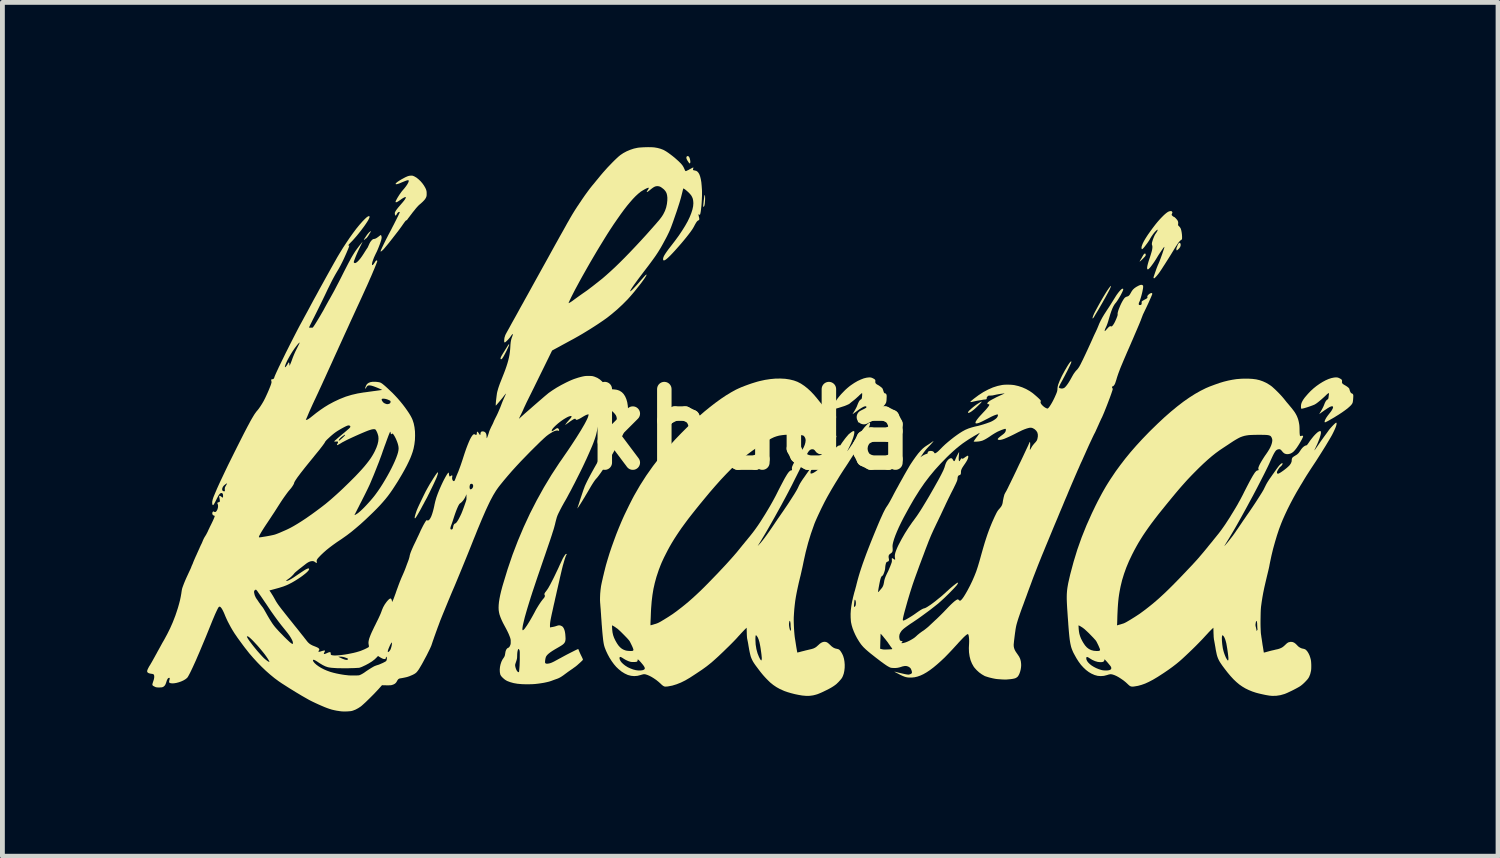
<source format=kicad_pcb>
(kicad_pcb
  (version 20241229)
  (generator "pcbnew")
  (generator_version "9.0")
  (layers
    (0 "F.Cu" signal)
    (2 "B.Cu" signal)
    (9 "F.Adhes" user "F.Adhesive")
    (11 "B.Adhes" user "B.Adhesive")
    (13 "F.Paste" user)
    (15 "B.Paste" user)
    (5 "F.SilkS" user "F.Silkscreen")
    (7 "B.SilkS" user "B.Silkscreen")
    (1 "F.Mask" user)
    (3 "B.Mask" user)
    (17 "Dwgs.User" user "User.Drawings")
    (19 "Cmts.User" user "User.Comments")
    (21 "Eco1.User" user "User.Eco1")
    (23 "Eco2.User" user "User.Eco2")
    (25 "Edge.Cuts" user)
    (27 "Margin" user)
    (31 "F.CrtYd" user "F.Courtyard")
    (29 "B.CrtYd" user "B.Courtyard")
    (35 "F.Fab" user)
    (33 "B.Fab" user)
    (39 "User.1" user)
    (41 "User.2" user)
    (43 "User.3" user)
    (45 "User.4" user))
  (footprint "khada"
    (layer "F.Cu")
    (at 12.497 5.849)
    (property "Reference" "khada" (at 0 0 0) (layer "F.SilkS") (effects (font (size 1.524 1.524) (thickness 0.3))))
    (attr board_only exclude_from_pos_files exclude_from_bom)
    (fp_poly (pts (xy -1.285 -5.663) (xy -1.271 -5.654) (xy -1.27 -5.653) (xy -1.26 -5.637) (xy -1.251 -5.615) (xy -1.245 -5.59) (xy -1.24 -5.564) (xy -1.239 -5.54) (xy -1.242 -5.523) (xy -1.247 -5.514) (xy -1.252 -5.512) (xy -1.26 -5.516) (xy -1.27 -5.528) (xy -1.275 -5.535) (xy -1.299 -5.571) (xy -1.314 -5.6) (xy -1.321 -5.624) (xy -1.319 -5.644) (xy -1.312 -5.657) (xy -1.3 -5.664)) (stroke (width 0) (type solid)) (fill yes) (layer "F.SilkS"))
    (fp_poly (pts (xy 8.916 -3.858) (xy 8.922 -3.842) (xy 8.924 -3.822) (xy 8.922 -3.806) (xy 8.913 -3.779) (xy 8.895 -3.753) (xy 8.872 -3.73) (xy 8.857 -3.717) (xy 8.848 -3.711) (xy 8.843 -3.71) (xy 8.839 -3.712) (xy 8.839 -3.713) (xy 8.836 -3.722) (xy 8.835 -3.738) (xy 8.837 -3.756) (xy 8.842 -3.771) (xy 8.843 -3.772) (xy 8.849 -3.786) (xy 8.857 -3.805) (xy 8.861 -3.818) (xy 8.872 -3.841) (xy 8.885 -3.858) (xy 8.898 -3.867) (xy 8.907 -3.867)) (stroke (width 0) (type solid)) (fill yes) (layer "F.SilkS"))
    (fp_poly (pts (xy 8.194 -3.64) (xy 8.199 -3.627) (xy 8.199 -3.611) (xy 8.197 -3.602) (xy 8.191 -3.592) (xy 8.178 -3.576) (xy 8.16 -3.557) (xy 8.141 -3.536) (xy 8.12 -3.516) (xy 8.102 -3.499) (xy 8.087 -3.486) (xy 8.081 -3.482) (xy 8.074 -3.479) (xy 8.074 -3.483) (xy 8.078 -3.49) (xy 8.085 -3.502) (xy 8.095 -3.52) (xy 8.103 -3.532) (xy 8.116 -3.554) (xy 8.129 -3.579) (xy 8.135 -3.589) (xy 8.15 -3.615) (xy 8.165 -3.634) (xy 8.179 -3.644) (xy 8.184 -3.645)) (stroke (width 0) (type solid)) (fill yes) (layer "F.SilkS"))
    (fp_poly (pts (xy -0.937 -4.848) (xy -0.936 -4.846) (xy -0.934 -4.831) (xy -0.933 -4.808) (xy -0.933 -4.779) (xy -0.934 -4.746) (xy -0.937 -4.713) (xy -0.939 -4.683) (xy -0.943 -4.657) (xy -0.946 -4.641) (xy -0.954 -4.622) (xy -0.961 -4.612) (xy -0.967 -4.612) (xy -0.971 -4.622) (xy -0.972 -4.633) (xy -0.971 -4.646) (xy -0.969 -4.667) (xy -0.966 -4.694) (xy -0.963 -4.725) (xy -0.959 -4.757) (xy -0.955 -4.788) (xy -0.951 -4.816) (xy -0.948 -4.838) (xy -0.945 -4.852) (xy -0.945 -4.854) (xy -0.941 -4.857)) (stroke (width 0) (type solid)) (fill yes) (layer "F.SilkS"))
    (fp_poly (pts (xy -7.858 -4.098) (xy -7.863 -4.094) (xy -7.868 -4.087) (xy -7.877 -4.073) (xy -7.888 -4.055) (xy -7.89 -4.051) (xy -7.905 -4.025) (xy -7.921 -4.001) (xy -7.936 -3.981) (xy -7.948 -3.966) (xy -7.957 -3.958) (xy -7.959 -3.958) (xy -7.967 -3.954) (xy -7.978 -3.944) (xy -7.979 -3.943) (xy -7.989 -3.934) (xy -7.999 -3.929) (xy -8.005 -3.929) (xy -8.005 -3.935) (xy -8.004 -3.936) (xy -7.969 -3.99) (xy -7.938 -4.035) (xy -7.911 -4.068) (xy -7.888 -4.091) (xy -7.869 -4.103) (xy -7.867 -4.104) (xy -7.859 -4.104)) (stroke (width 0) (type solid)) (fill yes) (layer "F.SilkS"))
    (fp_poly (pts (xy -4.994 -1.761) (xy -4.995 -1.751) (xy -5.001 -1.733) (xy -5.012 -1.707) (xy -5.028 -1.672) (xy -5.049 -1.627) (xy -5.054 -1.617) (xy -5.08 -1.567) (xy -5.102 -1.526) (xy -5.12 -1.495) (xy -5.135 -1.473) (xy -5.147 -1.459) (xy -5.157 -1.453) (xy -5.166 -1.454) (xy -5.169 -1.456) (xy -5.173 -1.464) (xy -5.172 -1.476) (xy -5.167 -1.493) (xy -5.156 -1.516) (xy -5.139 -1.546) (xy -5.116 -1.584) (xy -5.095 -1.617) (xy -5.075 -1.65) (xy -5.056 -1.681) (xy -5.04 -1.706) (xy -5.032 -1.72) (xy -5.019 -1.74) (xy -5.008 -1.755) (xy -5 -1.764) (xy -4.998 -1.765)) (stroke (width 0) (type solid)) (fill yes) (layer "F.SilkS"))
    (fp_poly (pts (xy 4.802 -0.573) (xy 4.798 -0.567) (xy 4.787 -0.554) (xy 4.771 -0.536) (xy 4.75 -0.515) (xy 4.726 -0.491) (xy 4.701 -0.467) (xy 4.677 -0.444) (xy 4.654 -0.423) (xy 4.64 -0.411) (xy 4.612 -0.389) (xy 4.585 -0.369) (xy 4.56 -0.354) (xy 4.539 -0.344) (xy 4.526 -0.341) (xy 4.517 -0.346) (xy 4.516 -0.347) (xy 4.517 -0.356) (xy 4.526 -0.371) (xy 4.543 -0.39) (xy 4.567 -0.412) (xy 4.595 -0.438) (xy 4.628 -0.465) (xy 4.664 -0.493) (xy 4.698 -0.518) (xy 4.723 -0.534) (xy 4.747 -0.549) (xy 4.769 -0.562) (xy 4.787 -0.571) (xy 4.798 -0.575)) (stroke (width 0) (type solid)) (fill yes) (layer "F.SilkS"))
    (fp_poly (pts (xy 7.48 -2.967) (xy 7.475 -2.952) (xy 7.464 -2.926) (xy 7.448 -2.891) (xy 7.441 -2.877) (xy 7.425 -2.847) (xy 7.404 -2.808) (xy 7.38 -2.764) (xy 7.353 -2.715) (xy 7.324 -2.665) (xy 7.296 -2.614) (xy 7.267 -2.565) (xy 7.241 -2.519) (xy 7.218 -2.479) (xy 7.198 -2.447) (xy 7.197 -2.445) (xy 7.18 -2.417) (xy 7.162 -2.388) (xy 7.146 -2.361) (xy 7.141 -2.351) (xy 7.124 -2.324) (xy 7.112 -2.307) (xy 7.103 -2.3) (xy 7.098 -2.3) (xy 7.097 -2.308) (xy 7.101 -2.324) (xy 7.108 -2.346) (xy 7.117 -2.37) (xy 7.129 -2.396) (xy 7.132 -2.404) (xy 7.158 -2.454) (xy 7.187 -2.508) (xy 7.218 -2.565) (xy 7.251 -2.624) (xy 7.284 -2.682) (xy 7.316 -2.737) (xy 7.347 -2.789) (xy 7.375 -2.835) (xy 7.4 -2.874) (xy 7.415 -2.896) (xy 7.439 -2.93) (xy 7.458 -2.954) (xy 7.471 -2.968) (xy 7.478 -2.973)) (stroke (width 0) (type solid)) (fill yes) (layer "F.SilkS"))
    (fp_poly (pts (xy -6.469 0.896) (xy -6.47 0.911) (xy -6.476 0.934) (xy -6.486 0.965) (xy -6.5 1.003) (xy -6.501 1.005) (xy -6.509 1.024) (xy -6.522 1.052) (xy -6.538 1.087) (xy -6.557 1.128) (xy -6.578 1.172) (xy -6.601 1.219) (xy -6.624 1.266) (xy -6.646 1.312) (xy -6.668 1.355) (xy -6.687 1.394) (xy -6.704 1.427) (xy -6.718 1.452) (xy -6.724 1.464) (xy -6.732 1.477) (xy -6.744 1.499) (xy -6.758 1.527) (xy -6.775 1.558) (xy -6.79 1.585) (xy -6.812 1.627) (xy -6.834 1.668) (xy -6.857 1.708) (xy -6.878 1.745) (xy -6.897 1.777) (xy -6.914 1.805) (xy -6.928 1.826) (xy -6.938 1.839) (xy -6.942 1.843) (xy -6.95 1.841) (xy -6.953 1.837) (xy -6.952 1.828) (xy -6.949 1.809) (xy -6.943 1.785) (xy -6.935 1.756) (xy -6.925 1.725) (xy -6.915 1.694) (xy -6.91 1.681) (xy -6.902 1.661) (xy -6.89 1.633) (xy -6.874 1.597) (xy -6.855 1.556) (xy -6.833 1.51) (xy -6.81 1.462) (xy -6.786 1.412) (xy -6.762 1.363) (xy -6.738 1.315) (xy -6.726 1.29) (xy -6.708 1.257) (xy -6.686 1.217) (xy -6.661 1.173) (xy -6.635 1.128) (xy -6.608 1.085) (xy -6.596 1.066) (xy -6.566 1.017) (xy -6.54 0.977) (xy -6.52 0.946) (xy -6.503 0.923) (xy -6.491 0.906) (xy -6.482 0.896) (xy -6.475 0.892) (xy -6.473 0.891)) (stroke (width 0) (type solid)) (fill yes) (layer "F.SilkS"))
    (fp_poly (pts (xy 12.163 -1.076) (xy 12.182 -1.073) (xy 12.201 -1.066) (xy 12.218 -1.058) (xy 12.243 -1.044) (xy 12.259 -1.032) (xy 12.267 -1.019) (xy 12.269 -1.004) (xy 12.268 -0.991) (xy 12.267 -0.97) (xy 12.274 -0.954) (xy 12.288 -0.939) (xy 12.312 -0.924) (xy 12.313 -0.923) (xy 12.346 -0.904) (xy 12.375 -0.885) (xy 12.398 -0.867) (xy 12.413 -0.851) (xy 12.42 -0.84) (xy 12.428 -0.808) (xy 12.439 -0.78) (xy 12.45 -0.76) (xy 12.462 -0.748) (xy 12.468 -0.746) (xy 12.479 -0.742) (xy 12.491 -0.732) (xy 12.492 -0.731) (xy 12.497 -0.723) (xy 12.5 -0.715) (xy 12.502 -0.704) (xy 12.502 -0.687) (xy 12.501 -0.663) (xy 12.5 -0.648) (xy 12.498 -0.618) (xy 12.495 -0.589) (xy 12.491 -0.565) (xy 12.488 -0.553) (xy 12.476 -0.528) (xy 12.454 -0.5) (xy 12.422 -0.469) (xy 12.381 -0.433) (xy 12.329 -0.394) (xy 12.267 -0.35) (xy 12.194 -0.302) (xy 12.148 -0.274) (xy 12.112 -0.251) (xy 12.074 -0.229) (xy 12.037 -0.208) (xy 12.003 -0.188) (xy 11.972 -0.171) (xy 11.946 -0.158) (xy 11.927 -0.149) (xy 11.915 -0.145) (xy 11.914 -0.145) (xy 11.909 -0.15) (xy 11.907 -0.159) (xy 11.912 -0.181) (xy 11.924 -0.209) (xy 11.944 -0.244) (xy 11.972 -0.284) (xy 12.007 -0.329) (xy 12.017 -0.341) (xy 12.042 -0.374) (xy 12.061 -0.404) (xy 12.075 -0.43) (xy 12.082 -0.452) (xy 12.082 -0.466) (xy 12.081 -0.468) (xy 12.073 -0.477) (xy 12.062 -0.479) (xy 12.044 -0.476) (xy 12.019 -0.466) (xy 12.008 -0.461) (xy 11.992 -0.451) (xy 11.968 -0.437) (xy 11.939 -0.417) (xy 11.907 -0.396) (xy 11.874 -0.372) (xy 11.841 -0.349) (xy 11.812 -0.327) (xy 11.798 -0.316) (xy 11.798 -0.319) (xy 11.804 -0.33) (xy 11.813 -0.347) (xy 11.827 -0.37) (xy 11.835 -0.384) (xy 11.852 -0.413) (xy 11.868 -0.444) (xy 11.882 -0.472) (xy 11.891 -0.494) (xy 11.893 -0.497) (xy 11.909 -0.539) (xy 11.925 -0.573) (xy 11.942 -0.598) (xy 11.958 -0.614) (xy 11.963 -0.617) (xy 11.973 -0.622) (xy 11.979 -0.629) (xy 11.984 -0.639) (xy 11.988 -0.657) (xy 11.991 -0.683) (xy 11.991 -0.686) (xy 11.994 -0.707) (xy 11.997 -0.727) (xy 11.998 -0.733) (xy 11.998 -0.746) (xy 11.995 -0.751) (xy 11.986 -0.749) (xy 11.972 -0.74) (xy 11.952 -0.723) (xy 11.926 -0.698) (xy 11.92 -0.692) (xy 11.883 -0.658) (xy 11.845 -0.624) (xy 11.806 -0.591) (xy 11.769 -0.561) (xy 11.737 -0.537) (xy 11.715 -0.523) (xy 11.7 -0.514) (xy 11.676 -0.504) (xy 11.648 -0.493) (xy 11.615 -0.481) (xy 11.58 -0.469) (xy 11.545 -0.457) (xy 11.511 -0.447) (xy 11.481 -0.438) (xy 11.455 -0.432) (xy 11.436 -0.428) (xy 11.425 -0.428) (xy 11.424 -0.429) (xy 11.419 -0.444) (xy 11.417 -0.466) (xy 11.418 -0.492) (xy 11.421 -0.517) (xy 11.424 -0.53) (xy 11.434 -0.559) (xy 11.449 -0.589) (xy 11.469 -0.622) (xy 11.495 -0.658) (xy 11.529 -0.698) (xy 11.563 -0.737) (xy 11.617 -0.794) (xy 11.676 -0.848) (xy 11.738 -0.898) (xy 11.802 -0.943) (xy 11.866 -0.983) (xy 11.929 -1.017) (xy 11.991 -1.044) (xy 12.049 -1.063) (xy 12.103 -1.074) (xy 12.138 -1.077)) (stroke (width 0) (type solid)) (fill yes) (layer "F.SilkS"))
    (fp_poly (pts (xy 2.493 -1.076) (xy 2.513 -1.072) (xy 2.533 -1.065) (xy 2.544 -1.059) (xy 2.569 -1.046) (xy 2.585 -1.034) (xy 2.594 -1.022) (xy 2.596 -1.008) (xy 2.595 -0.994) (xy 2.595 -0.971) (xy 2.604 -0.952) (xy 2.623 -0.935) (xy 2.643 -0.923) (xy 2.662 -0.913) (xy 2.684 -0.898) (xy 2.706 -0.882) (xy 2.707 -0.881) (xy 2.726 -0.866) (xy 2.738 -0.854) (xy 2.747 -0.841) (xy 2.753 -0.823) (xy 2.757 -0.813) (xy 2.766 -0.784) (xy 2.774 -0.765) (xy 2.781 -0.753) (xy 2.789 -0.748) (xy 2.798 -0.746) (xy 2.813 -0.741) (xy 2.824 -0.726) (xy 2.83 -0.703) (xy 2.831 -0.683) (xy 2.829 -0.643) (xy 2.828 -0.613) (xy 2.826 -0.591) (xy 2.823 -0.574) (xy 2.82 -0.56) (xy 2.815 -0.548) (xy 2.812 -0.541) (xy 2.793 -0.512) (xy 2.764 -0.479) (xy 2.723 -0.443) (xy 2.682 -0.41) (xy 2.647 -0.385) (xy 2.608 -0.358) (xy 2.565 -0.33) (xy 2.521 -0.301) (xy 2.476 -0.273) (xy 2.431 -0.246) (xy 2.389 -0.22) (xy 2.349 -0.197) (xy 2.314 -0.178) (xy 2.283 -0.162) (xy 2.26 -0.151) (xy 2.244 -0.145) (xy 2.241 -0.145) (xy 2.234 -0.149) (xy 2.233 -0.153) (xy 2.238 -0.175) (xy 2.251 -0.205) (xy 2.273 -0.242) (xy 2.303 -0.285) (xy 2.336 -0.329) (xy 2.368 -0.37) (xy 2.39 -0.404) (xy 2.405 -0.432) (xy 2.411 -0.453) (xy 2.412 -0.462) (xy 2.406 -0.475) (xy 2.392 -0.479) (xy 2.37 -0.475) (xy 2.341 -0.463) (xy 2.305 -0.442) (xy 2.26 -0.413) (xy 2.209 -0.376) (xy 2.209 -0.376) (xy 2.182 -0.356) (xy 2.158 -0.339) (xy 2.14 -0.326) (xy 2.128 -0.318) (xy 2.123 -0.315) (xy 2.126 -0.321) (xy 2.134 -0.335) (xy 2.146 -0.354) (xy 2.16 -0.378) (xy 2.164 -0.383) (xy 2.181 -0.413) (xy 2.197 -0.443) (xy 2.211 -0.471) (xy 2.219 -0.492) (xy 2.236 -0.535) (xy 2.251 -0.568) (xy 2.265 -0.592) (xy 2.28 -0.609) (xy 2.297 -0.621) (xy 2.299 -0.622) (xy 2.306 -0.627) (xy 2.312 -0.637) (xy 2.316 -0.651) (xy 2.319 -0.674) (xy 2.322 -0.704) (xy 2.323 -0.731) (xy 2.322 -0.747) (xy 2.319 -0.752) (xy 2.319 -0.752) (xy 2.313 -0.748) (xy 2.3 -0.738) (xy 2.282 -0.722) (xy 2.261 -0.703) (xy 2.252 -0.693) (xy 2.223 -0.667) (xy 2.191 -0.638) (xy 2.159 -0.611) (xy 2.131 -0.589) (xy 2.131 -0.589) (xy 2.108 -0.571) (xy 2.089 -0.556) (xy 2.075 -0.544) (xy 2.068 -0.538) (xy 2.068 -0.538) (xy 2.06 -0.531) (xy 2.043 -0.521) (xy 2.019 -0.51) (xy 1.991 -0.498) (xy 1.962 -0.486) (xy 1.947 -0.481) (xy 1.909 -0.469) (xy 1.872 -0.457) (xy 1.837 -0.446) (xy 1.806 -0.437) (xy 1.781 -0.43) (xy 1.763 -0.426) (xy 1.754 -0.425) (xy 1.754 -0.426) (xy 1.752 -0.433) (xy 1.751 -0.448) (xy 1.75 -0.47) (xy 1.75 -0.482) (xy 1.751 -0.509) (xy 1.752 -0.528) (xy 1.756 -0.544) (xy 1.763 -0.561) (xy 1.77 -0.574) (xy 1.789 -0.606) (xy 1.816 -0.644) (xy 1.849 -0.685) (xy 1.887 -0.729) (xy 1.928 -0.772) (xy 1.97 -0.815) (xy 2.013 -0.854) (xy 2.055 -0.889) (xy 2.088 -0.914) (xy 2.159 -0.962) (xy 2.228 -1.002) (xy 2.295 -1.033) (xy 2.357 -1.057) (xy 2.414 -1.071) (xy 2.466 -1.077) (xy 2.468 -1.077)) (stroke (width 0) (type solid)) (fill yes) (layer "F.SilkS"))
    (fp_poly (pts (xy -6.999 -5.258) (xy -6.983 -5.253) (xy -6.964 -5.245) (xy -6.952 -5.239) (xy -6.913 -5.216) (xy -6.872 -5.183) (xy -6.831 -5.144) (xy -6.793 -5.1) (xy -6.76 -5.054) (xy -6.733 -5.008) (xy -6.719 -4.978) (xy -6.711 -4.954) (xy -6.706 -4.932) (xy -6.704 -4.907) (xy -6.704 -4.886) (xy -6.704 -4.859) (xy -6.706 -4.84) (xy -6.71 -4.823) (xy -6.717 -4.805) (xy -6.72 -4.8) (xy -6.735 -4.774) (xy -6.757 -4.747) (xy -6.786 -4.717) (xy -6.824 -4.682) (xy -6.847 -4.663) (xy -6.864 -4.648) (xy -6.883 -4.629) (xy -6.905 -4.605) (xy -6.93 -4.576) (xy -6.959 -4.539) (xy -6.992 -4.499) (xy -7.018 -4.464) (xy -7.043 -4.432) (xy -7.065 -4.402) (xy -7.084 -4.378) (xy -7.097 -4.36) (xy -7.104 -4.349) (xy -7.105 -4.349) (xy -7.114 -4.336) (xy -7.121 -4.332) (xy -7.122 -4.334) (xy -7.126 -4.335) (xy -7.133 -4.329) (xy -7.144 -4.318) (xy -7.159 -4.299) (xy -7.179 -4.271) (xy -7.204 -4.236) (xy -7.218 -4.215) (xy -7.237 -4.189) (xy -7.261 -4.156) (xy -7.289 -4.118) (xy -7.321 -4.077) (xy -7.355 -4.033) (xy -7.39 -3.988) (xy -7.425 -3.943) (xy -7.46 -3.899) (xy -7.493 -3.857) (xy -7.524 -3.819) (xy -7.552 -3.786) (xy -7.575 -3.758) (xy -7.592 -3.738) (xy -7.601 -3.728) (xy -7.626 -3.705) (xy -7.643 -3.691) (xy -7.654 -3.686) (xy -7.659 -3.689) (xy -7.657 -3.699) (xy -7.652 -3.714) (xy -7.641 -3.738) (xy -7.627 -3.769) (xy -7.609 -3.806) (xy -7.589 -3.848) (xy -7.567 -3.892) (xy -7.544 -3.939) (xy -7.52 -3.985) (xy -7.501 -4.023) (xy -7.472 -4.078) (xy -7.442 -4.134) (xy -7.414 -4.19) (xy -7.386 -4.243) (xy -7.36 -4.295) (xy -7.336 -4.342) (xy -7.315 -4.385) (xy -7.296 -4.423) (xy -7.281 -4.454) (xy -7.27 -4.478) (xy -7.263 -4.493) (xy -7.261 -4.499) (xy -7.266 -4.506) (xy -7.271 -4.507) (xy -7.292 -4.501) (xy -7.31 -4.483) (xy -7.324 -4.46) (xy -7.336 -4.44) (xy -7.345 -4.43) (xy -7.353 -4.433) (xy -7.359 -4.446) (xy -7.362 -4.457) (xy -7.364 -4.478) (xy -7.362 -4.495) (xy -7.357 -4.506) (xy -7.343 -4.532) (xy -7.321 -4.563) (xy -7.292 -4.6) (xy -7.255 -4.643) (xy -7.231 -4.671) (xy -7.199 -4.708) (xy -7.173 -4.74) (xy -7.153 -4.768) (xy -7.141 -4.79) (xy -7.135 -4.806) (xy -7.137 -4.813) (xy -7.147 -4.815) (xy -7.164 -4.809) (xy -7.189 -4.796) (xy -7.221 -4.776) (xy -7.249 -4.756) (xy -7.284 -4.732) (xy -7.31 -4.716) (xy -7.329 -4.708) (xy -7.341 -4.706) (xy -7.347 -4.712) (xy -7.348 -4.717) (xy -7.345 -4.731) (xy -7.335 -4.751) (xy -7.321 -4.778) (xy -7.303 -4.809) (xy -7.283 -4.841) (xy -7.261 -4.875) (xy -7.238 -4.907) (xy -7.216 -4.937) (xy -7.195 -4.961) (xy -7.195 -4.961) (xy -7.16 -5.002) (xy -7.131 -5.04) (xy -7.107 -5.075) (xy -7.09 -5.105) (xy -7.079 -5.13) (xy -7.075 -5.149) (xy -7.079 -5.161) (xy -7.084 -5.164) (xy -7.095 -5.164) (xy -7.116 -5.159) (xy -7.145 -5.149) (xy -7.182 -5.134) (xy -7.226 -5.116) (xy -7.229 -5.115) (xy -7.268 -5.098) (xy -7.3 -5.087) (xy -7.325 -5.081) (xy -7.341 -5.081) (xy -7.348 -5.086) (xy -7.348 -5.087) (xy -7.343 -5.098) (xy -7.328 -5.114) (xy -7.305 -5.132) (xy -7.273 -5.153) (xy -7.235 -5.176) (xy -7.226 -5.182) (xy -7.183 -5.205) (xy -7.148 -5.224) (xy -7.119 -5.237) (xy -7.095 -5.247) (xy -7.074 -5.253) (xy -7.054 -5.257) (xy -7.038 -5.258) (xy -7.016 -5.259)) (stroke (width 0) (type solid)) (fill yes) (layer "F.SilkS"))
    (fp_poly (pts (xy 8.735 -4.522) (xy 8.742 -4.515) (xy 8.746 -4.51) (xy 8.752 -4.499) (xy 8.752 -4.49) (xy 8.747 -4.477) (xy 8.746 -4.475) (xy 8.74 -4.46) (xy 8.737 -4.448) (xy 8.737 -4.447) (xy 8.741 -4.438) (xy 8.752 -4.426) (xy 8.765 -4.415) (xy 8.778 -4.406) (xy 8.786 -4.403) (xy 8.795 -4.399) (xy 8.809 -4.387) (xy 8.825 -4.372) (xy 8.841 -4.353) (xy 8.855 -4.336) (xy 8.864 -4.32) (xy 8.864 -4.32) (xy 8.871 -4.3) (xy 8.873 -4.278) (xy 8.872 -4.263) (xy 8.87 -4.244) (xy 8.871 -4.232) (xy 8.877 -4.222) (xy 8.89 -4.21) (xy 8.892 -4.208) (xy 8.912 -4.184) (xy 8.927 -4.158) (xy 8.927 -4.157) (xy 8.936 -4.126) (xy 8.944 -4.086) (xy 8.95 -4.042) (xy 8.953 -3.997) (xy 8.953 -3.987) (xy 8.953 -3.963) (xy 8.952 -3.947) (xy 8.949 -3.938) (xy 8.944 -3.933) (xy 8.943 -3.932) (xy 8.928 -3.923) (xy 8.914 -3.91) (xy 8.898 -3.894) (xy 8.881 -3.874) (xy 8.862 -3.847) (xy 8.84 -3.814) (xy 8.814 -3.774) (xy 8.784 -3.725) (xy 8.751 -3.671) (xy 8.725 -3.628) (xy 8.695 -3.58) (xy 8.663 -3.529) (xy 8.63 -3.477) (xy 8.597 -3.425) (xy 8.565 -3.376) (xy 8.536 -3.33) (xy 8.509 -3.29) (xy 8.488 -3.258) (xy 8.483 -3.252) (xy 8.463 -3.224) (xy 8.442 -3.198) (xy 8.421 -3.173) (xy 8.402 -3.153) (xy 8.387 -3.138) (xy 8.376 -3.131) (xy 8.373 -3.13) (xy 8.365 -3.135) (xy 8.362 -3.14) (xy 8.362 -3.151) (xy 8.366 -3.167) (xy 8.366 -3.167) (xy 8.37 -3.179) (xy 8.377 -3.199) (xy 8.386 -3.226) (xy 8.396 -3.256) (xy 8.401 -3.269) (xy 8.413 -3.304) (xy 8.426 -3.341) (xy 8.44 -3.376) (xy 8.451 -3.404) (xy 8.453 -3.408) (xy 8.466 -3.437) (xy 8.476 -3.461) (xy 8.486 -3.484) (xy 8.495 -3.508) (xy 8.505 -3.534) (xy 8.516 -3.565) (xy 8.53 -3.603) (xy 8.544 -3.642) (xy 8.559 -3.687) (xy 8.571 -3.723) (xy 8.58 -3.749) (xy 8.584 -3.767) (xy 8.586 -3.778) (xy 8.584 -3.782) (xy 8.581 -3.781) (xy 8.576 -3.775) (xy 8.566 -3.761) (xy 8.551 -3.741) (xy 8.534 -3.716) (xy 8.516 -3.689) (xy 8.496 -3.66) (xy 8.477 -3.631) (xy 8.46 -3.605) (xy 8.446 -3.582) (xy 8.439 -3.57) (xy 8.41 -3.523) (xy 8.381 -3.478) (xy 8.353 -3.437) (xy 8.326 -3.4) (xy 8.302 -3.368) (xy 8.28 -3.343) (xy 8.262 -3.326) (xy 8.249 -3.316) (xy 8.244 -3.315) (xy 8.235 -3.32) (xy 8.229 -3.333) (xy 8.229 -3.356) (xy 8.234 -3.388) (xy 8.244 -3.43) (xy 8.259 -3.482) (xy 8.279 -3.544) (xy 8.28 -3.545) (xy 8.3 -3.607) (xy 8.316 -3.66) (xy 8.328 -3.703) (xy 8.335 -3.739) (xy 8.338 -3.769) (xy 8.338 -3.793) (xy 8.334 -3.813) (xy 8.331 -3.821) (xy 8.327 -3.835) (xy 8.328 -3.854) (xy 8.33 -3.87) (xy 8.338 -3.9) (xy 8.349 -3.936) (xy 8.363 -3.972) (xy 8.378 -4.007) (xy 8.393 -4.037) (xy 8.406 -4.057) (xy 8.427 -4.088) (xy 8.441 -4.112) (xy 8.446 -4.13) (xy 8.446 -4.136) (xy 8.443 -4.139) (xy 8.436 -4.136) (xy 8.423 -4.125) (xy 8.412 -4.115) (xy 8.382 -4.084) (xy 8.351 -4.044) (xy 8.319 -3.998) (xy 8.29 -3.95) (xy 8.289 -3.947) (xy 8.274 -3.921) (xy 8.254 -3.891) (xy 8.231 -3.858) (xy 8.206 -3.825) (xy 8.183 -3.794) (xy 8.162 -3.768) (xy 8.145 -3.75) (xy 8.144 -3.749) (xy 8.131 -3.738) (xy 8.123 -3.734) (xy 8.118 -3.737) (xy 8.117 -3.738) (xy 8.112 -3.757) (xy 8.114 -3.783) (xy 8.124 -3.817) (xy 8.14 -3.857) (xy 8.163 -3.902) (xy 8.192 -3.952) (xy 8.227 -4.007) (xy 8.249 -4.04) (xy 8.296 -4.106) (xy 8.338 -4.164) (xy 8.376 -4.214) (xy 8.411 -4.259) (xy 8.444 -4.299) (xy 8.476 -4.336) (xy 8.508 -4.371) (xy 8.54 -4.404) (xy 8.578 -4.442) (xy 8.611 -4.471) (xy 8.639 -4.493) (xy 8.663 -4.509) (xy 8.685 -4.518) (xy 8.705 -4.523) (xy 8.707 -4.523) (xy 8.725 -4.524)) (stroke (width 0) (type solid)) (fill yes) (layer "F.SilkS"))
    (fp_poly (pts (xy 0.728 -1.048) (xy 0.82 -1.034) (xy 0.906 -1.013) (xy 0.983 -0.985) (xy 0.984 -0.984) (xy 1.052 -0.949) (xy 1.121 -0.903) (xy 1.192 -0.847) (xy 1.262 -0.782) (xy 1.331 -0.708) (xy 1.384 -0.645) (xy 1.422 -0.598) (xy 1.454 -0.558) (xy 1.484 -0.522) (xy 1.513 -0.487) (xy 1.534 -0.463) (xy 1.567 -0.422) (xy 1.598 -0.38) (xy 1.626 -0.339) (xy 1.649 -0.301) (xy 1.666 -0.268) (xy 1.67 -0.26) (xy 1.678 -0.238) (xy 1.687 -0.209) (xy 1.695 -0.178) (xy 1.7 -0.159) (xy 1.706 -0.131) (xy 1.71 -0.107) (xy 1.713 -0.084) (xy 1.714 -0.057) (xy 1.714 -0.024) (xy 1.714 -0.009) (xy 1.714 0.043) (xy 1.717 0.083) (xy 1.721 0.113) (xy 1.727 0.132) (xy 1.731 0.137) (xy 1.737 0.141) (xy 1.749 0.138) (xy 1.757 0.135) (xy 1.774 0.13) (xy 1.784 0.133) (xy 1.788 0.143) (xy 1.784 0.162) (xy 1.773 0.189) (xy 1.766 0.206) (xy 1.749 0.237) (xy 1.729 0.272) (xy 1.706 0.31) (xy 1.682 0.347) (xy 1.658 0.382) (xy 1.636 0.413) (xy 1.617 0.437) (xy 1.608 0.446) (xy 1.57 0.479) (xy 1.531 0.501) (xy 1.49 0.512) (xy 1.475 0.513) (xy 1.453 0.514) (xy 1.436 0.512) (xy 1.419 0.506) (xy 1.407 0.5) (xy 1.375 0.478) (xy 1.355 0.454) (xy 1.337 0.431) (xy 1.318 0.417) (xy 1.296 0.412) (xy 1.276 0.413) (xy 1.259 0.418) (xy 1.244 0.426) (xy 1.228 0.439) (xy 1.212 0.458) (xy 1.195 0.484) (xy 1.177 0.517) (xy 1.156 0.559) (xy 1.133 0.611) (xy 1.116 0.648) (xy 1.105 0.672) (xy 1.09 0.705) (xy 1.07 0.746) (xy 1.047 0.794) (xy 1.021 0.847) (xy 0.993 0.903) (xy 0.963 0.963) (xy 0.932 1.024) (xy 0.901 1.086) (xy 0.871 1.147) (xy 0.841 1.205) (xy 0.812 1.26) (xy 0.786 1.311) (xy 0.775 1.331) (xy 0.736 1.405) (xy 0.693 1.484) (xy 0.649 1.567) (xy 0.602 1.651) (xy 0.555 1.736) (xy 0.508 1.821) (xy 0.461 1.904) (xy 0.416 1.983) (xy 0.374 2.057) (xy 0.334 2.126) (xy 0.298 2.187) (xy 0.266 2.24) (xy 0.262 2.246) (xy 0.241 2.282) (xy 0.22 2.316) (xy 0.202 2.346) (xy 0.186 2.371) (xy 0.175 2.389) (xy 0.171 2.397) (xy 0.156 2.421) (xy 0.182 2.392) (xy 0.219 2.352) (xy 0.258 2.304) (xy 0.301 2.248) (xy 0.347 2.185) (xy 0.398 2.113) (xy 0.454 2.032) (xy 0.494 1.973) (xy 0.516 1.94) (xy 0.543 1.9) (xy 0.573 1.856) (xy 0.604 1.812) (xy 0.633 1.77) (xy 0.643 1.755) (xy 0.687 1.692) (xy 0.73 1.628) (xy 0.773 1.565) (xy 0.813 1.504) (xy 0.851 1.445) (xy 0.886 1.39) (xy 0.918 1.34) (xy 0.945 1.295) (xy 0.968 1.256) (xy 0.985 1.224) (xy 0.996 1.201) (xy 0.997 1.199) (xy 1.014 1.162) (xy 1.036 1.12) (xy 1.065 1.074) (xy 1.1 1.021) (xy 1.111 1.007) (xy 1.134 0.974) (xy 1.161 0.935) (xy 1.188 0.897) (xy 1.213 0.862) (xy 1.215 0.859) (xy 1.235 0.83) (xy 1.255 0.802) (xy 1.274 0.776) (xy 1.289 0.756) (xy 1.293 0.751) (xy 1.312 0.729) (xy 1.331 0.713) (xy 1.346 0.704) (xy 1.358 0.703) (xy 1.361 0.705) (xy 1.364 0.714) (xy 1.36 0.726) (xy 1.348 0.744) (xy 1.327 0.768) (xy 1.319 0.776) (xy 1.29 0.809) (xy 1.269 0.84) (xy 1.255 0.869) (xy 1.251 0.894) (xy 1.251 0.898) (xy 1.253 0.911) (xy 1.259 0.916) (xy 1.27 0.916) (xy 1.29 0.911) (xy 1.317 0.899) (xy 1.348 0.88) (xy 1.383 0.855) (xy 1.42 0.825) (xy 1.458 0.792) (xy 1.485 0.767) (xy 1.513 0.737) (xy 1.533 0.711) (xy 1.546 0.688) (xy 1.554 0.664) (xy 1.556 0.637) (xy 1.556 0.63) (xy 1.56 0.606) (xy 1.572 0.585) (xy 1.592 0.566) (xy 1.623 0.547) (xy 1.628 0.545) (xy 1.669 0.518) (xy 1.705 0.482) (xy 1.736 0.438) (xy 1.74 0.43) (xy 1.755 0.406) (xy 1.775 0.384) (xy 1.796 0.363) (xy 1.818 0.346) (xy 1.837 0.336) (xy 1.853 0.332) (xy 1.857 0.333) (xy 1.865 0.333) (xy 1.873 0.327) (xy 1.882 0.313) (xy 1.885 0.309) (xy 1.899 0.286) (xy 1.919 0.258) (xy 1.942 0.227) (xy 1.966 0.194) (xy 1.991 0.163) (xy 2.015 0.135) (xy 2.035 0.111) (xy 2.051 0.095) (xy 2.053 0.094) (xy 2.088 0.066) (xy 2.115 0.047) (xy 2.136 0.037) (xy 2.148 0.036) (xy 2.155 0.038) (xy 2.159 0.043) (xy 2.16 0.055) (xy 2.16 0.069) (xy 2.156 0.097) (xy 2.148 0.133) (xy 2.135 0.176) (xy 2.117 0.224) (xy 2.097 0.276) (xy 2.073 0.329) (xy 2.048 0.382) (xy 2.038 0.403) (xy 2.027 0.424) (xy 2.019 0.44) (xy 2.015 0.45) (xy 2.016 0.451) (xy 2.021 0.444) (xy 2.032 0.429) (xy 2.048 0.407) (xy 2.067 0.38) (xy 2.088 0.348) (xy 2.109 0.318) (xy 2.135 0.28) (xy 2.162 0.241) (xy 2.189 0.204) (xy 2.213 0.17) (xy 2.233 0.143) (xy 2.242 0.13) (xy 2.262 0.102) (xy 2.283 0.074) (xy 2.302 0.048) (xy 2.316 0.028) (xy 2.316 0.028) (xy 2.342 -0.006) (xy 2.368 -0.039) (xy 2.395 -0.069) (xy 2.42 -0.095) (xy 2.442 -0.115) (xy 2.461 -0.129) (xy 2.475 -0.136) (xy 2.482 -0.136) (xy 2.486 -0.127) (xy 2.485 -0.108) (xy 2.478 -0.082) (xy 2.466 -0.049) (xy 2.45 -0.009) (xy 2.429 0.036) (xy 2.405 0.086) (xy 2.377 0.139) (xy 2.345 0.196) (xy 2.325 0.231) (xy 2.308 0.26) (xy 2.285 0.297) (xy 2.258 0.34) (xy 2.228 0.389) (xy 2.195 0.441) (xy 2.16 0.496) (xy 2.125 0.552) (xy 2.09 0.606) (xy 2.056 0.659) (xy 2.025 0.708) (xy 1.996 0.752) (xy 1.972 0.789) (xy 1.96 0.806) (xy 1.928 0.855) (xy 1.892 0.911) (xy 1.852 0.974) (xy 1.811 1.042) (xy 1.768 1.111) (xy 1.726 1.181) (xy 1.686 1.248) (xy 1.649 1.313) (xy 1.616 1.371) (xy 1.609 1.383) (xy 1.577 1.442) (xy 1.543 1.506) (xy 1.509 1.574) (xy 1.474 1.644) (xy 1.441 1.714) (xy 1.409 1.782) (xy 1.38 1.846) (xy 1.354 1.905) (xy 1.333 1.956) (xy 1.325 1.979) (xy 1.261 2.161) (xy 1.203 2.35) (xy 1.152 2.545) (xy 1.108 2.743) (xy 1.1 2.783) (xy 1.092 2.822) (xy 1.082 2.869) (xy 1.07 2.921) (xy 1.058 2.975) (xy 1.046 3.028) (xy 1.036 3.067) (xy 1.009 3.179) (xy 0.986 3.283) (xy 0.966 3.379) (xy 0.949 3.47) (xy 0.935 3.557) (xy 0.925 3.641) (xy 0.916 3.725) (xy 0.91 3.809) (xy 0.905 3.894) (xy 0.904 3.943) (xy 0.905 4) (xy 0.907 4.062) (xy 0.91 4.126) (xy 0.914 4.188) (xy 0.919 4.246) (xy 0.923 4.286) (xy 0.926 4.309) (xy 0.93 4.338) (xy 0.936 4.373) (xy 0.942 4.411) (xy 0.948 4.45) (xy 0.954 4.489) (xy 0.96 4.526) (xy 0.966 4.56) (xy 0.971 4.588) (xy 0.975 4.61) (xy 0.978 4.623) (xy 0.979 4.625) (xy 0.985 4.625) (xy 1 4.621) (xy 1.023 4.616) (xy 1.051 4.608) (xy 1.073 4.602) (xy 1.111 4.593) (xy 1.152 4.582) (xy 1.191 4.573) (xy 1.224 4.565) (xy 1.233 4.563) (xy 1.279 4.552) (xy 1.316 4.54) (xy 1.347 4.525) (xy 1.376 4.505) (xy 1.404 4.48) (xy 1.412 4.473) (xy 1.447 4.441) (xy 1.48 4.42) (xy 1.511 4.407) (xy 1.541 4.403) (xy 1.565 4.405) (xy 1.588 4.412) (xy 1.61 4.425) (xy 1.635 4.446) (xy 1.655 4.465) (xy 1.691 4.499) (xy 1.726 4.524) (xy 1.76 4.54) (xy 1.794 4.548) (xy 1.828 4.556) (xy 1.849 4.568) (xy 1.864 4.583) (xy 1.882 4.608) (xy 1.9 4.637) (xy 1.917 4.67) (xy 1.93 4.701) (xy 1.946 4.756) (xy 1.956 4.816) (xy 1.961 4.879) (xy 1.96 4.942) (xy 1.953 5.004) (xy 1.941 5.062) (xy 1.923 5.113) (xy 1.907 5.146) (xy 1.895 5.164) (xy 1.876 5.188) (xy 1.853 5.214) (xy 1.829 5.24) (xy 1.805 5.263) (xy 1.79 5.278) (xy 1.759 5.302) (xy 1.723 5.327) (xy 1.681 5.353) (xy 1.632 5.38) (xy 1.573 5.41) (xy 1.568 5.412) (xy 1.513 5.439) (xy 1.467 5.46) (xy 1.426 5.477) (xy 1.39 5.491) (xy 1.355 5.501) (xy 1.32 5.51) (xy 1.301 5.514) (xy 1.234 5.523) (xy 1.162 5.524) (xy 1.084 5.517) (xy 1.082 5.517) (xy 1.006 5.504) (xy 0.928 5.488) (xy 0.85 5.468) (xy 0.778 5.447) (xy 0.712 5.424) (xy 0.698 5.418) (xy 0.617 5.382) (xy 0.545 5.342) (xy 0.479 5.297) (xy 0.416 5.246) (xy 0.373 5.204) (xy 0.34 5.171) (xy 0.31 5.139) (xy 0.281 5.107) (xy 0.252 5.073) (xy 0.221 5.035) (xy 0.187 4.991) (xy 0.149 4.94) (xy 0.145 4.935) (xy 0.112 4.891) (xy 0.085 4.852) (xy 0.062 4.816) (xy 0.044 4.782) (xy 0.028 4.747) (xy 0.014 4.71) (xy 0.003 4.669) (xy -0.008 4.622) (xy -0.019 4.568) (xy -0.03 4.504) (xy -0.032 4.494) (xy -0.038 4.456) (xy -0.044 4.421) (xy -0.05 4.391) (xy -0.055 4.368) (xy -0.056 4.361) (xy 0.11 4.361) (xy 0.115 4.459) (xy 0.13 4.553) (xy 0.154 4.642) (xy 0.183 4.714) (xy 0.199 4.747) (xy 0.213 4.771) (xy 0.224 4.785) (xy 0.233 4.789) (xy 0.233 4.789) (xy 0.237 4.783) (xy 0.24 4.768) (xy 0.242 4.753) (xy 0.242 4.735) (xy 0.239 4.707) (xy 0.236 4.673) (xy 0.231 4.633) (xy 0.225 4.591) (xy 0.219 4.547) (xy 0.212 4.505) (xy 0.205 4.466) (xy 0.198 4.432) (xy 0.193 4.409) (xy 0.176 4.353) (xy 0.157 4.309) (xy 0.136 4.279) (xy 0.127 4.27) (xy 0.121 4.267) (xy 0.116 4.272) (xy 0.113 4.285) (xy 0.111 4.308) (xy 0.11 4.341) (xy 0.11 4.361) (xy -0.056 4.361) (xy -0.058 4.353) (xy -0.059 4.35) (xy -0.061 4.338) (xy -0.064 4.317) (xy -0.066 4.289) (xy -0.068 4.255) (xy -0.069 4.221) (xy -0.072 4.111) (xy -0.119 4.157) (xy -0.137 4.176) (xy -0.161 4.201) (xy -0.189 4.231) (xy -0.218 4.263) (xy -0.247 4.294) (xy -0.251 4.299) (xy -0.288 4.34) (xy -0.332 4.386) (xy -0.382 4.437) (xy -0.436 4.491) (xy -0.493 4.546) (xy -0.55 4.602) (xy -0.608 4.657) (xy -0.663 4.709) (xy -0.716 4.757) (xy -0.764 4.8) (xy -0.805 4.836) (xy -0.813 4.842) (xy -0.854 4.875) (xy -0.898 4.91) (xy -0.946 4.945) (xy -0.999 4.983) (xy -1.059 5.023) (xy -1.125 5.067) (xy -1.2 5.116) (xy -1.251 5.149) (xy -1.343 5.203) (xy -1.434 5.248) (xy -1.525 5.284) (xy -1.613 5.311) (xy -1.698 5.327) (xy -1.708 5.329) (xy -1.738 5.331) (xy -1.76 5.332) (xy -1.78 5.328) (xy -1.798 5.319) (xy -1.818 5.305) (xy -1.842 5.284) (xy -1.857 5.269) (xy -1.9 5.231) (xy -1.946 5.194) (xy -1.994 5.161) (xy -2.041 5.132) (xy -2.087 5.108) (xy -2.129 5.09) (xy -2.167 5.078) (xy -2.198 5.074) (xy -2.212 5.076) (xy -2.233 5.081) (xy -2.258 5.088) (xy -2.27 5.092) (xy -2.336 5.109) (xy -2.402 5.114) (xy -2.467 5.108) (xy -2.533 5.091) (xy -2.598 5.061) (xy -2.663 5.021) (xy -2.727 4.969) (xy -2.776 4.922) (xy -2.823 4.867) (xy -2.869 4.804) (xy -2.905 4.747) (xy -2.707 4.747) (xy -2.7 4.774) (xy -2.685 4.803) (xy -2.662 4.833) (xy -2.631 4.863) (xy -2.595 4.892) (xy -2.585 4.899) (xy -2.534 4.931) (xy -2.479 4.956) (xy -2.424 4.977) (xy -2.369 4.991) (xy -2.316 4.998) (xy -2.268 4.998) (xy -2.226 4.991) (xy -2.219 4.989) (xy -2.198 4.979) (xy -2.186 4.967) (xy -2.182 4.951) (xy -2.188 4.931) (xy -2.202 4.906) (xy -2.225 4.875) (xy -2.24 4.857) (xy -2.268 4.824) (xy -2.29 4.8) (xy -2.307 4.783) (xy -2.318 4.773) (xy -2.325 4.769) (xy -2.33 4.77) (xy -2.331 4.777) (xy -2.332 4.784) (xy -2.334 4.8) (xy -2.341 4.811) (xy -2.356 4.818) (xy -2.379 4.821) (xy -2.411 4.822) (xy -2.415 4.822) (xy -2.444 4.822) (xy -2.466 4.82) (xy -2.486 4.816) (xy -2.508 4.809) (xy -2.525 4.803) (xy -2.554 4.79) (xy -2.586 4.774) (xy -2.617 4.756) (xy -2.627 4.749) (xy -2.656 4.731) (xy -2.677 4.72) (xy -2.691 4.716) (xy -2.7 4.719) (xy -2.704 4.725) (xy -2.707 4.747) (xy -2.905 4.747) (xy -2.913 4.735) (xy -2.952 4.663) (xy -2.986 4.591) (xy -3.013 4.522) (xy -3.021 4.496) (xy -3.028 4.471) (xy -3.034 4.441) (xy -3.04 4.406) (xy -3.046 4.364) (xy -3.051 4.316) (xy -3.057 4.26) (xy -3.063 4.196) (xy -3.069 4.123) (xy -3.073 4.069) (xy -2.862 4.069) (xy -2.862 4.085) (xy -2.861 4.107) (xy -2.859 4.135) (xy -2.859 4.143) (xy -2.852 4.207) (xy -2.839 4.266) (xy -2.819 4.322) (xy -2.791 4.38) (xy -2.76 4.434) (xy -2.73 4.478) (xy -2.699 4.513) (xy -2.668 4.54) (xy -2.633 4.562) (xy -2.594 4.578) (xy -2.578 4.583) (xy -2.556 4.588) (xy -2.53 4.591) (xy -2.502 4.593) (xy -2.474 4.594) (xy -2.451 4.593) (xy -2.433 4.59) (xy -2.425 4.587) (xy -2.42 4.576) (xy -2.418 4.566) (xy -2.421 4.555) (xy -2.428 4.535) (xy -2.438 4.51) (xy -2.451 4.482) (xy -2.465 4.453) (xy -2.479 4.425) (xy -2.491 4.401) (xy -2.502 4.383) (xy -2.507 4.377) (xy -2.526 4.354) (xy -2.551 4.326) (xy -2.581 4.295) (xy -2.613 4.262) (xy -2.646 4.229) (xy -2.678 4.197) (xy -2.708 4.169) (xy -2.733 4.146) (xy -2.753 4.129) (xy -2.756 4.128) (xy -2.781 4.11) (xy -2.805 4.093) (xy -2.828 4.079) (xy -2.846 4.069) (xy -2.858 4.064) (xy -2.862 4.063) (xy -2.862 4.069) (xy -3.073 4.069) (xy -3.076 4.041) (xy -3.076 4.035) (xy -2.065 4.035) (xy -2.065 4.047) (xy -2.064 4.055) (xy -2.063 4.059) (xy -2.061 4.061) (xy -2.059 4.061) (xy -2.057 4.06) (xy -2.056 4.06) (xy -2.047 4.057) (xy -2.039 4.055) (xy 0.806 4.055) (xy 0.811 4.094) (xy 0.816 4.119) (xy 0.822 4.143) (xy 0.827 4.163) (xy 0.83 4.175) (xy 0.831 4.177) (xy 0.835 4.173) (xy 0.841 4.162) (xy 0.841 4.161) (xy 0.847 4.143) (xy 0.845 4.125) (xy 0.842 4.11) (xy 0.84 4.087) (xy 0.839 4.062) (xy 0.839 4.055) (xy 0.838 4.027) (xy 0.835 4.003) (xy 0.831 3.984) (xy 0.827 3.972) (xy 0.821 3.968) (xy 0.816 3.974) (xy 0.814 3.982) (xy 0.807 4.019) (xy 0.806 4.055) (xy -2.039 4.055) (xy -2.029 4.052) (xy -2.004 4.045) (xy -1.977 4.036) (xy -1.974 4.036) (xy -1.951 4.029) (xy -1.932 4.022) (xy -1.914 4.015) (xy -1.895 4.006) (xy -1.874 3.995) (xy -1.848 3.981) (xy -1.817 3.962) (xy -1.778 3.939) (xy -1.774 3.936) (xy -1.725 3.906) (xy -1.682 3.879) (xy -1.643 3.853) (xy -1.606 3.829) (xy -1.57 3.803) (xy -1.531 3.775) (xy -1.488 3.742) (xy -1.44 3.705) (xy -1.419 3.689) (xy -1.348 3.632) (xy -1.276 3.572) (xy -1.201 3.506) (xy -1.123 3.435) (xy -1.041 3.358) (xy -0.955 3.274) (xy -0.864 3.182) (xy -0.767 3.082) (xy -0.675 2.987) (xy -0.602 2.909) (xy -0.536 2.839) (xy -0.477 2.775) (xy -0.422 2.714) (xy -0.372 2.658) (xy -0.324 2.603) (xy -0.278 2.55) (xy -0.234 2.496) (xy -0.189 2.44) (xy -0.187 2.438) (xy -0.159 2.403) (xy -0.127 2.365) (xy -0.096 2.326) (xy -0.066 2.291) (xy -0.052 2.273) (xy 0.005 2.203) (xy 0.059 2.135) (xy 0.11 2.066) (xy 0.161 1.994) (xy 0.212 1.918) (xy 0.265 1.834) (xy 0.314 1.756) (xy 0.353 1.691) (xy 0.387 1.634) (xy 0.418 1.581) (xy 0.447 1.53) (xy 0.475 1.48) (xy 0.503 1.428) (xy 0.533 1.372) (xy 0.565 1.308) (xy 0.587 1.264) (xy 0.627 1.186) (xy 0.663 1.118) (xy 0.694 1.059) (xy 0.721 1.009) (xy 0.746 0.967) (xy 0.767 0.932) (xy 0.786 0.905) (xy 0.803 0.883) (xy 0.818 0.868) (xy 0.832 0.857) (xy 0.845 0.851) (xy 0.853 0.85) (xy 0.866 0.847) (xy 0.869 0.84) (xy 0.869 0.836) (xy 0.866 0.812) (xy 0.867 0.79) (xy 0.874 0.766) (xy 0.887 0.736) (xy 0.892 0.725) (xy 0.912 0.688) (xy 0.937 0.645) (xy 0.967 0.598) (xy 0.999 0.548) (xy 1.033 0.499) (xy 1.044 0.483) (xy 1.081 0.427) (xy 1.111 0.372) (xy 1.133 0.32) (xy 1.146 0.272) (xy 1.151 0.229) (xy 1.151 0.227) (xy 1.148 0.199) (xy 1.138 0.172) (xy 1.124 0.149) (xy 1.108 0.133) (xy 1.101 0.129) (xy 1.079 0.123) (xy 1.047 0.118) (xy 1.004 0.114) (xy 0.952 0.111) (xy 0.891 0.11) (xy 0.865 0.11) (xy 0.786 0.111) (xy 0.717 0.114) (xy 0.656 0.121) (xy 0.6 0.13) (xy 0.548 0.144) (xy 0.497 0.162) (xy 0.446 0.186) (xy 0.393 0.215) (xy 0.336 0.251) (xy 0.311 0.267) (xy 0.276 0.29) (xy 0.237 0.315) (xy 0.2 0.34) (xy 0.166 0.362) (xy 0.149 0.373) (xy 0.048 0.442) (xy -0.056 0.52) (xy -0.161 0.607) (xy -0.269 0.702) (xy -0.379 0.807) (xy -0.492 0.922) (xy -0.609 1.046) (xy -0.729 1.181) (xy -0.843 1.313) (xy -0.945 1.436) (xy -1.04 1.551) (xy -1.127 1.659) (xy -1.208 1.761) (xy -1.283 1.857) (xy -1.351 1.949) (xy -1.415 2.036) (xy -1.473 2.12) (xy -1.527 2.201) (xy -1.577 2.279) (xy -1.624 2.356) (xy -1.668 2.432) (xy -1.709 2.508) (xy -1.748 2.584) (xy -1.749 2.586) (xy -1.782 2.651) (xy -1.809 2.709) (xy -1.833 2.761) (xy -1.854 2.811) (xy -1.873 2.861) (xy -1.893 2.912) (xy -1.899 2.931) (xy -1.941 3.057) (xy -1.975 3.181) (xy -2.003 3.305) (xy -2.024 3.432) (xy -2.04 3.564) (xy -2.051 3.703) (xy -2.054 3.752) (xy -2.057 3.82) (xy -2.059 3.877) (xy -2.061 3.925) (xy -2.063 3.963) (xy -2.064 3.994) (xy -2.065 4.018) (xy -2.065 4.035) (xy -3.076 4.035) (xy -3.082 3.947) (xy -3.087 3.882) (xy -3.09 3.83) (xy -3.094 3.779) (xy -3.097 3.73) (xy -3.101 3.685) (xy -3.104 3.647) (xy -3.106 3.617) (xy -3.108 3.599) (xy -3.111 3.541) (xy -3.11 3.475) (xy -3.107 3.404) (xy -3.1 3.329) (xy -3.09 3.253) (xy -3.086 3.231) (xy -3.082 3.212) (xy -3.076 3.182) (xy -3.068 3.146) (xy -3.058 3.103) (xy -3.048 3.057) (xy -3.036 3.009) (xy -3.025 2.961) (xy -3.013 2.915) (xy -3.003 2.873) (xy -2.993 2.836) (xy -2.988 2.815) (xy -2.953 2.696) (xy -2.914 2.569) (xy -2.87 2.438) (xy -2.822 2.305) (xy -2.773 2.172) (xy -2.721 2.042) (xy -2.669 1.918) (xy -2.652 1.879) (xy -2.629 1.827) (xy -2.602 1.768) (xy -2.571 1.704) (xy -2.539 1.638) (xy -2.506 1.57) (xy -2.473 1.505) (xy -2.442 1.444) (xy -2.414 1.391) (xy -2.4 1.365) (xy -2.282 1.161) (xy -2.153 0.959) (xy -2.013 0.761) (xy -1.862 0.565) (xy -1.7 0.373) (xy -1.669 0.338) (xy -1.552 0.209) (xy -1.432 0.084) (xy -1.312 -0.036) (xy -1.192 -0.152) (xy -1.071 -0.261) (xy -0.952 -0.365) (xy -0.834 -0.461) (xy -0.719 -0.55) (xy -0.606 -0.632) (xy -0.497 -0.705) (xy -0.393 -0.768) (xy -0.293 -0.823) (xy -0.284 -0.827) (xy -0.235 -0.85) (xy -0.178 -0.875) (xy -0.114 -0.9) (xy -0.046 -0.925) (xy 0.022 -0.949) (xy 0.089 -0.97) (xy 0.152 -0.989) (xy 0.194 -1) (xy 0.307 -1.025) (xy 0.419 -1.042) (xy 0.526 -1.052) (xy 0.63 -1.053)) (stroke (width 0) (type solid)) (fill yes) (layer "F.SilkS"))
    (fp_poly (pts (xy 10.41 -1.046) (xy 10.489 -1.036) (xy 10.561 -1.019) (xy 10.629 -0.995) (xy 10.695 -0.965) (xy 10.759 -0.927) (xy 10.793 -0.904) (xy 10.818 -0.885) (xy 10.848 -0.858) (xy 10.882 -0.827) (xy 10.919 -0.791) (xy 10.956 -0.754) (xy 10.992 -0.716) (xy 11.025 -0.68) (xy 11.054 -0.646) (xy 11.068 -0.629) (xy 11.092 -0.599) (xy 11.119 -0.565) (xy 11.148 -0.531) (xy 11.174 -0.5) (xy 11.174 -0.5) (xy 11.219 -0.446) (xy 11.256 -0.399) (xy 11.287 -0.357) (xy 11.311 -0.317) (xy 11.331 -0.279) (xy 11.347 -0.24) (xy 11.361 -0.2) (xy 11.372 -0.155) (xy 11.375 -0.138) (xy 11.381 -0.106) (xy 11.385 -0.073) (xy 11.387 -0.034) (xy 11.388 0.012) (xy 11.388 0.02) (xy 11.389 0.064) (xy 11.391 0.097) (xy 11.394 0.12) (xy 11.397 0.131) (xy 11.402 0.139) (xy 11.409 0.141) (xy 11.421 0.137) (xy 11.425 0.135) (xy 11.443 0.131) (xy 11.456 0.134) (xy 11.462 0.145) (xy 11.462 0.147) (xy 11.459 0.158) (xy 11.45 0.178) (xy 11.438 0.204) (xy 11.421 0.234) (xy 11.402 0.268) (xy 11.381 0.303) (xy 11.361 0.335) (xy 11.327 0.386) (xy 11.295 0.427) (xy 11.266 0.459) (xy 11.237 0.482) (xy 11.207 0.499) (xy 11.176 0.509) (xy 11.146 0.514) (xy 11.108 0.512) (xy 11.075 0.5) (xy 11.047 0.478) (xy 11.039 0.469) (xy 11.018 0.443) (xy 11.001 0.425) (xy 10.986 0.415) (xy 10.972 0.411) (xy 10.955 0.412) (xy 10.934 0.417) (xy 10.934 0.417) (xy 10.92 0.423) (xy 10.905 0.433) (xy 10.891 0.448) (xy 10.876 0.47) (xy 10.859 0.498) (xy 10.84 0.534) (xy 10.818 0.58) (xy 10.793 0.635) (xy 10.787 0.648) (xy 10.762 0.705) (xy 10.731 0.771) (xy 10.695 0.844) (xy 10.655 0.925) (xy 10.611 1.011) (xy 10.564 1.103) (xy 10.515 1.198) (xy 10.463 1.297) (xy 10.41 1.397) (xy 10.355 1.498) (xy 10.301 1.599) (xy 10.246 1.699) (xy 10.192 1.797) (xy 10.139 1.892) (xy 10.088 1.983) (xy 10.039 2.068) (xy 9.992 2.148) (xy 9.949 2.22) (xy 9.919 2.27) (xy 9.896 2.307) (xy 9.876 2.34) (xy 9.858 2.369) (xy 9.844 2.393) (xy 9.835 2.409) (xy 9.83 2.417) (xy 9.83 2.417) (xy 9.834 2.416) (xy 9.843 2.406) (xy 9.857 2.39) (xy 9.875 2.368) (xy 9.897 2.343) (xy 9.919 2.314) (xy 9.943 2.285) (xy 9.966 2.255) (xy 9.988 2.227) (xy 10.008 2.201) (xy 10.022 2.181) (xy 10.037 2.16) (xy 10.057 2.132) (xy 10.08 2.097) (xy 10.107 2.059) (xy 10.134 2.019) (xy 10.161 1.979) (xy 10.163 1.976) (xy 10.191 1.935) (xy 10.219 1.893) (xy 10.248 1.852) (xy 10.274 1.814) (xy 10.296 1.781) (xy 10.314 1.756) (xy 10.346 1.71) (xy 10.38 1.66) (xy 10.415 1.608) (xy 10.451 1.554) (xy 10.486 1.501) (xy 10.52 1.448) (xy 10.552 1.398) (xy 10.581 1.352) (xy 10.607 1.311) (xy 10.627 1.277) (xy 10.643 1.25) (xy 10.647 1.241) (xy 10.656 1.223) (xy 10.668 1.198) (xy 10.682 1.171) (xy 10.688 1.157) (xy 10.699 1.137) (xy 10.711 1.115) (xy 10.726 1.09) (xy 10.744 1.062) (xy 10.766 1.028) (xy 10.794 0.989) (xy 10.827 0.941) (xy 10.843 0.919) (xy 10.86 0.895) (xy 10.881 0.865) (xy 10.902 0.836) (xy 10.912 0.821) (xy 10.94 0.783) (xy 10.965 0.751) (xy 10.988 0.727) (xy 11.008 0.71) (xy 11.023 0.702) (xy 11.033 0.703) (xy 11.038 0.709) (xy 11.036 0.718) (xy 11.028 0.732) (xy 11.017 0.748) (xy 11.006 0.762) (xy 10.995 0.771) (xy 10.992 0.773) (xy 10.983 0.78) (xy 10.971 0.794) (xy 10.957 0.814) (xy 10.943 0.836) (xy 10.931 0.857) (xy 10.923 0.875) (xy 10.92 0.883) (xy 10.92 0.902) (xy 10.927 0.915) (xy 10.94 0.92) (xy 10.954 0.916) (xy 10.974 0.906) (xy 11 0.891) (xy 11.029 0.871) (xy 11.06 0.849) (xy 11.091 0.825) (xy 11.121 0.801) (xy 11.148 0.777) (xy 11.17 0.756) (xy 11.184 0.741) (xy 11.209 0.704) (xy 11.223 0.669) (xy 11.226 0.638) (xy 11.228 0.613) (xy 11.236 0.593) (xy 11.251 0.575) (xy 11.276 0.558) (xy 11.294 0.547) (xy 11.336 0.521) (xy 11.369 0.49) (xy 11.397 0.451) (xy 11.404 0.44) (xy 11.423 0.412) (xy 11.445 0.385) (xy 11.469 0.362) (xy 11.493 0.345) (xy 11.514 0.335) (xy 11.524 0.333) (xy 11.532 0.331) (xy 11.541 0.326) (xy 11.551 0.314) (xy 11.564 0.296) (xy 11.575 0.281) (xy 11.609 0.231) (xy 11.644 0.186) (xy 11.678 0.144) (xy 11.71 0.109) (xy 11.741 0.079) (xy 11.768 0.056) (xy 11.792 0.042) (xy 11.81 0.036) (xy 11.815 0.036) (xy 11.824 0.038) (xy 11.829 0.045) (xy 11.831 0.06) (xy 11.831 0.063) (xy 11.83 0.086) (xy 11.823 0.117) (xy 11.812 0.156) (xy 11.797 0.2) (xy 11.778 0.249) (xy 11.757 0.301) (xy 11.732 0.354) (xy 11.72 0.379) (xy 11.708 0.404) (xy 11.7 0.422) (xy 11.696 0.432) (xy 11.696 0.435) (xy 11.701 0.43) (xy 11.712 0.416) (xy 11.727 0.394) (xy 11.749 0.363) (xy 11.777 0.323) (xy 11.78 0.318) (xy 11.805 0.282) (xy 11.831 0.243) (xy 11.858 0.206) (xy 11.882 0.172) (xy 11.9 0.147) (xy 11.922 0.117) (xy 11.945 0.086) (xy 11.967 0.056) (xy 11.984 0.032) (xy 11.986 0.029) (xy 12.002 0.007) (xy 12.022 -0.017) (xy 12.045 -0.043) (xy 12.068 -0.068) (xy 12.091 -0.092) (xy 12.112 -0.112) (xy 12.129 -0.128) (xy 12.142 -0.137) (xy 12.146 -0.139) (xy 12.154 -0.134) (xy 12.156 -0.12) (xy 12.153 -0.098) (xy 12.145 -0.069) (xy 12.132 -0.033) (xy 12.114 0.008) (xy 12.092 0.055) (xy 12.067 0.105) (xy 12.058 0.122) (xy 12.033 0.166) (xy 12.001 0.22) (xy 11.965 0.28) (xy 11.925 0.347) (xy 11.88 0.419) (xy 11.833 0.494) (xy 11.783 0.573) (xy 11.732 0.653) (xy 11.679 0.733) (xy 11.632 0.804) (xy 11.606 0.844) (xy 11.579 0.886) (xy 11.552 0.928) (xy 11.527 0.967) (xy 11.507 1) (xy 11.499 1.013) (xy 11.478 1.047) (xy 11.454 1.088) (xy 11.428 1.131) (xy 11.403 1.171) (xy 11.392 1.191) (xy 11.325 1.304) (xy 11.26 1.421) (xy 11.198 1.538) (xy 11.139 1.655) (xy 11.086 1.768) (xy 11.038 1.876) (xy 11.009 1.947) (xy 10.963 2.068) (xy 10.92 2.198) (xy 10.879 2.335) (xy 10.84 2.475) (xy 10.806 2.616) (xy 10.776 2.757) (xy 10.765 2.813) (xy 10.76 2.841) (xy 10.752 2.878) (xy 10.742 2.921) (xy 10.731 2.967) (xy 10.72 3.013) (xy 10.713 3.041) (xy 10.684 3.164) (xy 10.658 3.277) (xy 10.636 3.383) (xy 10.618 3.483) (xy 10.603 3.579) (xy 10.59 3.674) (xy 10.59 3.674) (xy 10.587 3.708) (xy 10.584 3.751) (xy 10.582 3.801) (xy 10.581 3.856) (xy 10.58 3.915) (xy 10.579 3.976) (xy 10.579 4.035) (xy 10.58 4.091) (xy 10.582 4.143) (xy 10.584 4.187) (xy 10.586 4.223) (xy 10.587 4.229) (xy 10.589 4.247) (xy 10.593 4.273) (xy 10.597 4.305) (xy 10.603 4.341) (xy 10.609 4.381) (xy 10.615 4.423) (xy 10.621 4.465) (xy 10.628 4.505) (xy 10.634 4.542) (xy 10.639 4.574) (xy 10.643 4.6) (xy 10.646 4.618) (xy 10.648 4.627) (xy 10.648 4.627) (xy 10.654 4.626) (xy 10.669 4.622) (xy 10.691 4.617) (xy 10.718 4.609) (xy 10.73 4.606) (xy 10.769 4.595) (xy 10.813 4.584) (xy 10.858 4.574) (xy 10.894 4.565) (xy 10.94 4.555) (xy 10.977 4.543) (xy 11.008 4.53) (xy 11.036 4.514) (xy 11.063 4.493) (xy 11.091 4.467) (xy 11.116 4.443) (xy 11.136 4.427) (xy 11.154 4.416) (xy 11.163 4.413) (xy 11.203 4.404) (xy 11.24 4.407) (xy 11.274 4.42) (xy 11.308 4.445) (xy 11.328 4.465) (xy 11.361 4.499) (xy 11.395 4.523) (xy 11.433 4.54) (xy 11.478 4.55) (xy 11.481 4.551) (xy 11.506 4.56) (xy 11.53 4.58) (xy 11.554 4.609) (xy 11.576 4.646) (xy 11.596 4.689) (xy 11.612 4.738) (xy 11.622 4.776) (xy 11.626 4.804) (xy 11.629 4.84) (xy 11.631 4.881) (xy 11.631 4.923) (xy 11.63 4.962) (xy 11.627 4.996) (xy 11.624 5.011) (xy 11.609 5.074) (xy 11.587 5.128) (xy 11.572 5.155) (xy 11.551 5.183) (xy 11.523 5.214) (xy 11.491 5.247) (xy 11.457 5.279) (xy 11.423 5.307) (xy 11.401 5.323) (xy 11.377 5.338) (xy 11.345 5.356) (xy 11.306 5.377) (xy 11.264 5.399) (xy 11.22 5.421) (xy 11.177 5.441) (xy 11.137 5.46) (xy 11.102 5.475) (xy 11.076 5.485) (xy 10.992 5.509) (xy 10.907 5.522) (xy 10.821 5.524) (xy 10.765 5.519) (xy 10.728 5.513) (xy 10.683 5.505) (xy 10.635 5.495) (xy 10.586 5.484) (xy 10.539 5.473) (xy 10.498 5.462) (xy 10.486 5.459) (xy 10.408 5.433) (xy 10.335 5.403) (xy 10.267 5.37) (xy 10.203 5.332) (xy 10.141 5.289) (xy 10.08 5.238) (xy 10.02 5.181) (xy 9.959 5.115) (xy 9.896 5.04) (xy 9.831 4.956) (xy 9.826 4.949) (xy 9.79 4.901) (xy 9.761 4.859) (xy 9.736 4.821) (xy 9.716 4.785) (xy 9.699 4.749) (xy 9.685 4.712) (xy 9.673 4.671) (xy 9.663 4.624) (xy 9.652 4.571) (xy 9.642 4.508) (xy 9.639 4.493) (xy 9.633 4.457) (xy 9.627 4.424) (xy 9.622 4.396) (xy 9.618 4.374) (xy 9.615 4.363) (xy 9.613 4.351) (xy 9.612 4.34) (xy 9.778 4.34) (xy 9.779 4.376) (xy 9.782 4.416) (xy 9.786 4.458) (xy 9.792 4.5) (xy 9.798 4.54) (xy 9.807 4.577) (xy 9.808 4.582) (xy 9.819 4.621) (xy 9.832 4.659) (xy 9.846 4.695) (xy 9.86 4.728) (xy 9.875 4.755) (xy 9.888 4.776) (xy 9.899 4.788) (xy 9.905 4.791) (xy 9.909 4.786) (xy 9.913 4.773) (xy 9.913 4.772) (xy 9.914 4.755) (xy 9.913 4.729) (xy 9.909 4.693) (xy 9.904 4.648) (xy 9.896 4.592) (xy 9.891 4.556) (xy 9.88 4.49) (xy 9.87 4.434) (xy 9.858 4.388) (xy 9.846 4.35) (xy 9.833 4.319) (xy 9.819 4.294) (xy 9.81 4.282) (xy 9.799 4.271) (xy 9.793 4.267) (xy 9.788 4.27) (xy 9.786 4.273) (xy 9.781 4.287) (xy 9.778 4.309) (xy 9.778 4.34) (xy 9.612 4.34) (xy 9.611 4.329) (xy 9.608 4.301) (xy 9.607 4.267) (xy 9.605 4.23) (xy 9.605 4.227) (xy 9.602 4.111) (xy 9.568 4.143) (xy 9.554 4.156) (xy 9.535 4.176) (xy 9.51 4.201) (xy 9.483 4.231) (xy 9.453 4.263) (xy 9.428 4.29) (xy 9.371 4.352) (xy 9.306 4.419) (xy 9.237 4.489) (xy 9.165 4.56) (xy 9.092 4.63) (xy 9.021 4.697) (xy 8.953 4.76) (xy 8.902 4.805) (xy 8.833 4.862) (xy 8.755 4.922) (xy 8.668 4.985) (xy 8.571 5.051) (xy 8.463 5.121) (xy 8.439 5.136) (xy 8.35 5.189) (xy 8.266 5.233) (xy 8.188 5.269) (xy 8.112 5.296) (xy 8.039 5.316) (xy 7.967 5.328) (xy 7.963 5.329) (xy 7.931 5.332) (xy 7.907 5.331) (xy 7.887 5.326) (xy 7.868 5.316) (xy 7.846 5.298) (xy 7.829 5.282) (xy 7.786 5.242) (xy 7.739 5.204) (xy 7.69 5.17) (xy 7.642 5.139) (xy 7.595 5.113) (xy 7.552 5.094) (xy 7.513 5.081) (xy 7.487 5.076) (xy 7.468 5.075) (xy 7.45 5.078) (xy 7.427 5.083) (xy 7.4 5.092) (xy 7.334 5.109) (xy 7.268 5.114) (xy 7.203 5.109) (xy 7.138 5.091) (xy 7.073 5.062) (xy 7.019 5.03) (xy 6.961 4.986) (xy 6.908 4.936) (xy 6.857 4.88) (xy 6.809 4.815) (xy 6.763 4.743) (xy 6.967 4.743) (xy 6.971 4.772) (xy 6.985 4.802) (xy 7.008 4.833) (xy 7.039 4.864) (xy 7.077 4.894) (xy 7.122 4.922) (xy 7.172 4.948) (xy 7.226 4.97) (xy 7.282 4.988) (xy 7.312 4.994) (xy 7.346 4.997) (xy 7.382 4.998) (xy 7.415 4.996) (xy 7.443 4.991) (xy 7.463 4.984) (xy 7.464 4.984) (xy 7.481 4.969) (xy 7.487 4.95) (xy 7.482 4.928) (xy 7.474 4.913) (xy 7.464 4.899) (xy 7.449 4.881) (xy 7.431 4.859) (xy 7.412 4.836) (xy 7.393 4.814) (xy 7.375 4.795) (xy 7.361 4.779) (xy 7.351 4.77) (xy 7.348 4.768) (xy 7.343 4.772) (xy 7.342 4.779) (xy 7.339 4.798) (xy 7.327 4.812) (xy 7.307 4.821) (xy 7.278 4.825) (xy 7.258 4.825) (xy 7.206 4.82) (xy 7.15 4.804) (xy 7.092 4.778) (xy 7.033 4.742) (xy 7.03 4.74) (xy 7.006 4.725) (xy 6.988 4.718) (xy 6.976 4.718) (xy 6.97 4.728) (xy 6.967 4.743) (xy 6.763 4.743) (xy 6.762 4.741) (xy 6.733 4.689) (xy 6.716 4.658) (xy 6.7 4.628) (xy 6.687 4.599) (xy 6.675 4.57) (xy 6.664 4.541) (xy 6.654 4.51) (xy 6.646 4.477) (xy 6.638 4.441) (xy 6.631 4.401) (xy 6.624 4.355) (xy 6.618 4.304) (xy 6.612 4.245) (xy 6.606 4.179) (xy 6.6 4.105) (xy 6.597 4.063) (xy 6.807 4.063) (xy 6.807 4.069) (xy 6.807 4.084) (xy 6.809 4.107) (xy 6.81 4.134) (xy 6.81 4.135) (xy 6.816 4.19) (xy 6.825 4.239) (xy 6.839 4.286) (xy 6.858 4.335) (xy 6.884 4.386) (xy 6.906 4.424) (xy 6.942 4.478) (xy 6.98 4.52) (xy 7.022 4.552) (xy 7.069 4.575) (xy 7.122 4.589) (xy 7.181 4.594) (xy 7.184 4.594) (xy 7.212 4.593) (xy 7.23 4.592) (xy 7.241 4.588) (xy 7.246 4.585) (xy 7.253 4.571) (xy 7.252 4.56) (xy 7.248 4.547) (xy 7.239 4.526) (xy 7.228 4.5) (xy 7.215 4.471) (xy 7.201 4.443) (xy 7.189 4.418) (xy 7.178 4.398) (xy 7.173 4.389) (xy 7.16 4.371) (xy 7.139 4.348) (xy 7.114 4.32) (xy 7.084 4.289) (xy 7.052 4.256) (xy 7.02 4.223) (xy 6.988 4.193) (xy 6.958 4.165) (xy 6.933 4.142) (xy 6.913 4.126) (xy 6.91 4.124) (xy 6.887 4.107) (xy 6.863 4.092) (xy 6.842 4.079) (xy 6.823 4.069) (xy 6.811 4.064) (xy 6.807 4.063) (xy 6.597 4.063) (xy 6.596 4.059) (xy 7.604 4.059) (xy 7.606 4.062) (xy 7.613 4.06) (xy 7.616 4.059) (xy 10.475 4.059) (xy 10.477 4.078) (xy 10.483 4.102) (xy 10.484 4.105) (xy 10.489 4.129) (xy 10.494 4.15) (xy 10.496 4.164) (xy 10.496 4.165) (xy 10.496 4.18) (xy 10.508 4.166) (xy 10.516 4.153) (xy 10.516 4.138) (xy 10.515 4.131) (xy 10.513 4.117) (xy 10.512 4.094) (xy 10.511 4.067) (xy 10.51 4.053) (xy 10.509 4.02) (xy 10.505 3.995) (xy 10.501 3.978) (xy 10.494 3.971) (xy 10.49 3.972) (xy 10.487 3.978) (xy 10.483 3.994) (xy 10.479 4.014) (xy 10.479 4.017) (xy 10.475 4.041) (xy 10.475 4.059) (xy 7.616 4.059) (xy 7.628 4.056) (xy 7.651 4.049) (xy 7.678 4.042) (xy 7.688 4.039) (xy 7.712 4.031) (xy 7.733 4.025) (xy 7.751 4.018) (xy 7.77 4.009) (xy 7.79 3.999) (xy 7.813 3.986) (xy 7.842 3.969) (xy 7.879 3.947) (xy 7.897 3.936) (xy 7.937 3.911) (xy 7.977 3.886) (xy 8.017 3.86) (xy 8.052 3.837) (xy 8.082 3.817) (xy 8.095 3.807) (xy 8.162 3.758) (xy 8.226 3.709) (xy 8.288 3.66) (xy 8.35 3.61) (xy 8.411 3.558) (xy 8.473 3.504) (xy 8.536 3.446) (xy 8.602 3.385) (xy 8.67 3.319) (xy 8.743 3.247) (xy 8.82 3.169) (xy 8.902 3.085) (xy 8.991 2.992) (xy 9.044 2.936) (xy 9.103 2.874) (xy 9.156 2.818) (xy 9.203 2.767) (xy 9.246 2.72) (xy 9.287 2.674) (xy 9.327 2.627) (xy 9.368 2.579) (xy 9.411 2.528) (xy 9.458 2.471) (xy 9.503 2.415) (xy 9.534 2.377) (xy 9.569 2.335) (xy 9.604 2.291) (xy 9.638 2.249) (xy 9.663 2.218) (xy 9.714 2.155) (xy 9.761 2.093) (xy 9.806 2.03) (xy 9.851 1.965) (xy 9.897 1.894) (xy 9.947 1.817) (xy 9.967 1.783) (xy 10.008 1.717) (xy 10.043 1.659) (xy 10.074 1.607) (xy 10.103 1.558) (xy 10.129 1.51) (xy 10.156 1.462) (xy 10.183 1.411) (xy 10.212 1.356) (xy 10.243 1.293) (xy 10.261 1.258) (xy 10.301 1.18) (xy 10.337 1.111) (xy 10.369 1.051) (xy 10.397 1.001) (xy 10.421 0.959) (xy 10.443 0.925) (xy 10.461 0.897) (xy 10.478 0.877) (xy 10.492 0.863) (xy 10.505 0.854) (xy 10.517 0.851) (xy 10.52 0.851) (xy 10.535 0.848) (xy 10.54 0.839) (xy 10.537 0.823) (xy 10.536 0.822) (xy 10.533 0.812) (xy 10.534 0.8) (xy 10.538 0.784) (xy 10.545 0.766) (xy 10.556 0.74) (xy 10.573 0.707) (xy 10.595 0.668) (xy 10.62 0.627) (xy 10.647 0.584) (xy 10.674 0.543) (xy 10.69 0.521) (xy 10.728 0.465) (xy 10.759 0.415) (xy 10.783 0.37) (xy 10.801 0.328) (xy 10.814 0.287) (xy 10.82 0.258) (xy 10.823 0.235) (xy 10.823 0.217) (xy 10.82 0.2) (xy 10.817 0.191) (xy 10.81 0.172) (xy 10.802 0.157) (xy 10.793 0.144) (xy 10.78 0.134) (xy 10.764 0.127) (xy 10.742 0.121) (xy 10.714 0.117) (xy 10.679 0.115) (xy 10.635 0.114) (xy 10.581 0.113) (xy 10.533 0.113) (xy 10.459 0.114) (xy 10.395 0.116) (xy 10.339 0.119) (xy 10.289 0.126) (xy 10.244 0.135) (xy 10.201 0.148) (xy 10.158 0.164) (xy 10.115 0.186) (xy 10.069 0.212) (xy 10.018 0.243) (xy 9.971 0.274) (xy 9.936 0.297) (xy 9.899 0.322) (xy 9.862 0.346) (xy 9.829 0.368) (xy 9.815 0.377) (xy 9.733 0.432) (xy 9.652 0.491) (xy 9.57 0.556) (xy 9.486 0.628) (xy 9.399 0.707) (xy 9.307 0.795) (xy 9.263 0.839) (xy 9.21 0.892) (xy 9.16 0.943) (xy 9.111 0.994) (xy 9.063 1.045) (xy 9.015 1.098) (xy 8.966 1.153) (xy 8.915 1.211) (xy 8.861 1.274) (xy 8.803 1.343) (xy 8.741 1.418) (xy 8.673 1.501) (xy 8.632 1.551) (xy 8.543 1.661) (xy 8.461 1.763) (xy 8.386 1.86) (xy 8.318 1.95) (xy 8.255 2.037) (xy 8.197 2.12) (xy 8.143 2.2) (xy 8.094 2.278) (xy 8.047 2.355) (xy 8.003 2.433) (xy 7.96 2.512) (xy 7.919 2.592) (xy 7.919 2.592) (xy 7.853 2.73) (xy 7.797 2.864) (xy 7.75 2.995) (xy 7.71 3.126) (xy 7.678 3.258) (xy 7.658 3.362) (xy 7.647 3.427) (xy 7.638 3.491) (xy 7.631 3.556) (xy 7.625 3.624) (xy 7.62 3.697) (xy 7.616 3.777) (xy 7.612 3.865) (xy 7.611 3.905) (xy 7.61 3.944) (xy 7.609 3.979) (xy 7.608 4.009) (xy 7.607 4.032) (xy 7.605 4.046) (xy 7.605 4.049) (xy 7.604 4.059) (xy 6.596 4.059) (xy 6.594 4.021) (xy 6.587 3.926) (xy 6.584 3.888) (xy 6.578 3.797) (xy 6.572 3.715) (xy 6.568 3.643) (xy 6.565 3.578) (xy 6.563 3.52) (xy 6.563 3.467) (xy 6.564 3.418) (xy 6.567 3.371) (xy 6.571 3.326) (xy 6.577 3.281) (xy 6.585 3.234) (xy 6.594 3.185) (xy 6.606 3.132) (xy 6.619 3.075) (xy 6.634 3.01) (xy 6.636 3.002) (xy 6.705 2.744) (xy 6.783 2.489) (xy 6.872 2.238) (xy 6.972 1.989) (xy 7.083 1.741) (xy 7.158 1.585) (xy 7.205 1.491) (xy 7.25 1.406) (xy 7.292 1.327) (xy 7.334 1.253) (xy 7.375 1.182) (xy 7.418 1.112) (xy 7.464 1.04) (xy 7.484 1.01) (xy 7.576 0.873) (xy 7.674 0.739) (xy 7.777 0.605) (xy 7.886 0.472) (xy 8.003 0.338) (xy 8.128 0.202) (xy 8.263 0.062) (xy 8.308 0.017) (xy 8.451 -0.122) (xy 8.589 -0.251) (xy 8.724 -0.369) (xy 8.854 -0.476) (xy 8.98 -0.573) (xy 9.103 -0.659) (xy 9.221 -0.734) (xy 9.336 -0.799) (xy 9.446 -0.854) (xy 9.521 -0.886) (xy 9.628 -0.926) (xy 9.727 -0.961) (xy 9.82 -0.989) (xy 9.909 -1.011) (xy 9.995 -1.028) (xy 10.079 -1.041) (xy 10.164 -1.048) (xy 10.23 -1.051) (xy 10.325 -1.051)) (stroke (width 0) (type solid)) (fill yes) (layer "F.SilkS"))
    (fp_poly (pts (xy 8.12 -2.994) (xy 8.133 -2.989) (xy 8.14 -2.983) (xy 8.145 -2.977) (xy 8.146 -2.966) (xy 8.146 -2.95) (xy 8.145 -2.934) (xy 8.142 -2.912) (xy 8.136 -2.881) (xy 8.129 -2.846) (xy 8.119 -2.806) (xy 8.109 -2.767) (xy 8.098 -2.728) (xy 8.087 -2.694) (xy 8.078 -2.665) (xy 8.069 -2.645) (xy 8.068 -2.643) (xy 8.057 -2.617) (xy 8.055 -2.596) (xy 8.058 -2.583) (xy 8.065 -2.578) (xy 8.076 -2.576) (xy 8.097 -2.578) (xy 8.111 -2.588) (xy 8.116 -2.607) (xy 8.116 -2.618) (xy 8.115 -2.635) (xy 8.117 -2.649) (xy 8.118 -2.651) (xy 8.126 -2.658) (xy 8.141 -2.668) (xy 8.162 -2.68) (xy 8.175 -2.688) (xy 8.205 -2.703) (xy 8.224 -2.716) (xy 8.234 -2.728) (xy 8.236 -2.739) (xy 8.233 -2.748) (xy 8.233 -2.76) (xy 8.241 -2.775) (xy 8.255 -2.79) (xy 8.272 -2.805) (xy 8.291 -2.817) (xy 8.309 -2.824) (xy 8.324 -2.826) (xy 8.329 -2.823) (xy 8.336 -2.811) (xy 8.335 -2.803) (xy 8.331 -2.792) (xy 8.323 -2.773) (xy 8.312 -2.746) (xy 8.298 -2.714) (xy 8.282 -2.679) (xy 8.266 -2.642) (xy 8.249 -2.604) (xy 8.232 -2.568) (xy 8.217 -2.536) (xy 8.204 -2.508) (xy 8.194 -2.488) (xy 8.191 -2.482) (xy 8.142 -2.379) (xy 8.103 -2.277) (xy 8.098 -2.262) (xy 8.088 -2.238) (xy 8.075 -2.206) (xy 8.058 -2.165) (xy 8.038 -2.118) (xy 8.015 -2.064) (xy 7.99 -2.006) (xy 7.963 -1.943) (xy 7.935 -1.877) (xy 7.905 -1.809) (xy 7.893 -1.78) (xy 7.852 -1.686) (xy 7.815 -1.602) (xy 7.783 -1.527) (xy 7.754 -1.46) (xy 7.729 -1.401) (xy 7.707 -1.348) (xy 7.687 -1.301) (xy 7.67 -1.259) (xy 7.656 -1.221) (xy 7.643 -1.187) (xy 7.631 -1.155) (xy 7.621 -1.125) (xy 7.611 -1.096) (xy 7.602 -1.067) (xy 7.6 -1.061) (xy 7.591 -1.029) (xy 7.581 -0.999) (xy 7.573 -0.974) (xy 7.567 -0.957) (xy 7.565 -0.951) (xy 7.553 -0.927) (xy 7.539 -0.908) (xy 7.526 -0.895) (xy 7.515 -0.891) (xy 7.504 -0.887) (xy 7.5 -0.876) (xy 7.505 -0.861) (xy 7.507 -0.859) (xy 7.513 -0.846) (xy 7.516 -0.837) (xy 7.514 -0.826) (xy 7.508 -0.804) (xy 7.498 -0.775) (xy 7.486 -0.739) (xy 7.471 -0.697) (xy 7.454 -0.65) (xy 7.435 -0.601) (xy 7.416 -0.55) (xy 7.396 -0.498) (xy 7.376 -0.447) (xy 7.356 -0.398) (xy 7.338 -0.352) (xy 7.32 -0.31) (xy 7.305 -0.275) (xy 7.292 -0.246) (xy 7.287 -0.237) (xy 7.277 -0.217) (xy 7.264 -0.188) (xy 7.248 -0.154) (xy 7.231 -0.116) (xy 7.214 -0.077) (xy 7.207 -0.063) (xy 7.191 -0.026) (xy 7.175 0.008) (xy 7.162 0.038) (xy 7.151 0.061) (xy 7.143 0.077) (xy 7.14 0.082) (xy 7.133 0.095) (xy 7.122 0.117) (xy 7.108 0.146) (xy 7.091 0.182) (xy 7.072 0.223) (xy 7.051 0.267) (xy 7.03 0.312) (xy 7.009 0.358) (xy 6.989 0.403) (xy 6.975 0.434) (xy 6.959 0.47) (xy 6.94 0.513) (xy 6.918 0.561) (xy 6.896 0.611) (xy 6.874 0.66) (xy 6.859 0.691) (xy 6.837 0.74) (xy 6.815 0.792) (xy 6.79 0.847) (xy 6.765 0.905) (xy 6.737 0.969) (xy 6.708 1.037) (xy 6.676 1.111) (xy 6.642 1.191) (xy 6.605 1.278) (xy 6.566 1.373) (xy 6.522 1.475) (xy 6.476 1.587) (xy 6.425 1.707) (xy 6.371 1.838) (xy 6.347 1.895) (xy 6.293 2.023) (xy 6.244 2.142) (xy 6.199 2.251) (xy 6.157 2.352) (xy 6.118 2.446) (xy 6.083 2.532) (xy 6.05 2.611) (xy 6.02 2.686) (xy 5.992 2.755) (xy 5.966 2.82) (xy 5.942 2.882) (xy 5.919 2.941) (xy 5.897 2.998) (xy 5.875 3.054) (xy 5.854 3.11) (xy 5.834 3.165) (xy 5.813 3.222) (xy 5.794 3.272) (xy 5.772 3.331) (xy 5.75 3.391) (xy 5.729 3.45) (xy 5.708 3.506) (xy 5.689 3.557) (xy 5.673 3.602) (xy 5.659 3.64) (xy 5.648 3.669) (xy 5.647 3.671) (xy 5.625 3.731) (xy 5.603 3.793) (xy 5.582 3.854) (xy 5.562 3.912) (xy 5.545 3.966) (xy 5.531 4.013) (xy 5.52 4.053) (xy 5.518 4.062) (xy 5.514 4.079) (xy 5.51 4.099) (xy 5.506 4.121) (xy 5.501 4.149) (xy 5.497 4.181) (xy 5.491 4.22) (xy 5.485 4.267) (xy 5.478 4.323) (xy 5.47 4.388) (xy 5.467 4.42) (xy 5.463 4.461) (xy 5.464 4.496) (xy 5.47 4.529) (xy 5.481 4.561) (xy 5.498 4.596) (xy 5.523 4.634) (xy 5.547 4.668) (xy 5.577 4.713) (xy 5.598 4.758) (xy 5.611 4.806) (xy 5.617 4.859) (xy 5.618 4.892) (xy 5.615 4.934) (xy 5.608 4.978) (xy 5.597 5.021) (xy 5.583 5.061) (xy 5.567 5.095) (xy 5.549 5.122) (xy 5.539 5.132) (xy 5.524 5.143) (xy 5.508 5.153) (xy 5.488 5.161) (xy 5.463 5.167) (xy 5.432 5.173) (xy 5.393 5.178) (xy 5.346 5.182) (xy 5.303 5.186) (xy 5.289 5.186) (xy 5.267 5.185) (xy 5.238 5.184) (xy 5.204 5.182) (xy 5.178 5.18) (xy 5.134 5.177) (xy 5.097 5.173) (xy 5.063 5.167) (xy 5.028 5.16) (xy 4.987 5.15) (xy 4.985 5.15) (xy 4.951 5.141) (xy 4.918 5.131) (xy 4.89 5.122) (xy 4.869 5.115) (xy 4.862 5.112) (xy 4.803 5.078) (xy 4.746 5.037) (xy 4.695 4.99) (xy 4.651 4.941) (xy 4.634 4.918) (xy 4.598 4.854) (xy 4.569 4.783) (xy 4.549 4.704) (xy 4.537 4.621) (xy 4.534 4.532) (xy 4.537 4.471) (xy 4.539 4.431) (xy 4.54 4.39) (xy 4.539 4.351) (xy 4.536 4.316) (xy 4.532 4.286) (xy 4.527 4.263) (xy 4.521 4.25) (xy 4.52 4.249) (xy 4.513 4.244) (xy 4.505 4.245) (xy 4.496 4.25) (xy 4.477 4.264) (xy 4.455 4.283) (xy 4.428 4.308) (xy 4.397 4.34) (xy 4.36 4.379) (xy 4.316 4.426) (xy 4.306 4.438) (xy 4.247 4.502) (xy 4.195 4.559) (xy 4.148 4.609) (xy 4.106 4.653) (xy 4.068 4.692) (xy 4.033 4.728) (xy 3.999 4.76) (xy 3.966 4.791) (xy 3.961 4.796) (xy 3.878 4.87) (xy 3.8 4.935) (xy 3.727 4.99) (xy 3.658 5.036) (xy 3.592 5.074) (xy 3.529 5.103) (xy 3.469 5.124) (xy 3.41 5.138) (xy 3.353 5.144) (xy 3.333 5.144) (xy 3.295 5.144) (xy 3.262 5.141) (xy 3.23 5.135) (xy 3.198 5.125) (xy 3.162 5.111) (xy 3.121 5.092) (xy 3.09 5.076) (xy 3.059 5.06) (xy 3.032 5.046) (xy 3.011 5.035) (xy 2.996 5.026) (xy 2.99 5.023) (xy 2.993 5.022) (xy 3.006 5.025) (xy 3.026 5.029) (xy 3.052 5.036) (xy 3.059 5.038) (xy 3.117 5.052) (xy 3.169 5.064) (xy 3.213 5.074) (xy 3.248 5.08) (xy 3.275 5.083) (xy 3.291 5.083) (xy 3.291 5.083) (xy 3.318 5.075) (xy 3.339 5.065) (xy 3.352 5.052) (xy 3.354 5.046) (xy 3.354 5.031) (xy 3.35 5.009) (xy 3.342 4.986) (xy 3.332 4.963) (xy 3.328 4.956) (xy 3.317 4.943) (xy 3.3 4.93) (xy 3.286 4.921) (xy 3.25 4.907) (xy 3.21 4.904) (xy 3.166 4.912) (xy 3.148 4.917) (xy 3.122 4.926) (xy 3.093 4.934) (xy 3.076 4.938) (xy 3.049 4.943) (xy 3.017 4.946) (xy 2.983 4.946) (xy 2.951 4.945) (xy 2.924 4.942) (xy 2.908 4.938) (xy 2.889 4.93) (xy 2.865 4.917) (xy 2.836 4.9) (xy 2.802 4.877) (xy 2.761 4.848) (xy 2.714 4.814) (xy 2.659 4.772) (xy 2.599 4.726) (xy 2.541 4.68) (xy 2.49 4.64) (xy 2.447 4.604) (xy 2.41 4.572) (xy 2.383 4.547) (xy 2.695 4.547) (xy 2.717 4.553) (xy 2.737 4.558) (xy 2.755 4.561) (xy 2.757 4.562) (xy 2.772 4.563) (xy 2.794 4.563) (xy 2.821 4.563) (xy 2.85 4.562) (xy 2.879 4.561) (xy 2.905 4.559) (xy 2.926 4.558) (xy 2.939 4.556) (xy 2.942 4.555) (xy 2.946 4.551) (xy 2.944 4.544) (xy 2.936 4.532) (xy 2.924 4.516) (xy 2.908 4.495) (xy 2.89 4.468) (xy 2.871 4.442) (xy 2.865 4.432) (xy 2.854 4.416) (xy 2.839 4.396) (xy 2.82 4.372) (xy 2.8 4.346) (xy 2.778 4.32) (xy 2.758 4.294) (xy 2.739 4.272) (xy 2.723 4.254) (xy 2.712 4.242) (xy 2.705 4.236) (xy 2.705 4.236) (xy 2.704 4.242) (xy 2.704 4.258) (xy 2.703 4.283) (xy 2.702 4.315) (xy 2.701 4.352) (xy 2.699 4.393) (xy 2.695 4.547) (xy 2.383 4.547) (xy 2.379 4.543) (xy 2.351 4.516) (xy 2.327 4.489) (xy 2.304 4.462) (xy 2.283 4.433) (xy 2.262 4.402) (xy 2.255 4.391) (xy 2.216 4.327) (xy 2.181 4.26) (xy 2.15 4.191) (xy 2.124 4.123) (xy 2.105 4.059) (xy 2.092 3.999) (xy 2.089 3.976) (xy 2.084 3.9) (xy 2.083 3.823) (xy 2.088 3.744) (xy 2.097 3.67) (xy 2.153 3.67) (xy 2.155 3.677) (xy 2.159 3.68) (xy 2.161 3.68) (xy 2.169 3.675) (xy 2.179 3.664) (xy 2.181 3.661) (xy 2.188 3.644) (xy 2.191 3.621) (xy 2.192 3.596) (xy 2.19 3.571) (xy 2.185 3.55) (xy 2.178 3.536) (xy 2.171 3.531) (xy 2.168 3.532) (xy 2.165 3.54) (xy 2.162 3.555) (xy 2.16 3.578) (xy 2.157 3.611) (xy 2.155 3.632) (xy 2.153 3.656) (xy 2.153 3.67) (xy 2.097 3.67) (xy 2.098 3.662) (xy 2.113 3.575) (xy 2.134 3.481) (xy 2.16 3.379) (xy 2.163 3.369) (xy 2.652 3.369) (xy 2.653 3.372) (xy 2.658 3.371) (xy 2.668 3.362) (xy 2.672 3.357) (xy 2.684 3.343) (xy 2.7 3.324) (xy 2.715 3.307) (xy 2.738 3.278) (xy 2.753 3.251) (xy 2.764 3.222) (xy 2.772 3.187) (xy 2.775 3.171) (xy 2.782 3.13) (xy 2.794 3.088) (xy 2.811 3.044) (xy 2.834 2.994) (xy 2.847 2.968) (xy 2.86 2.942) (xy 2.875 2.909) (xy 2.89 2.872) (xy 2.905 2.837) (xy 2.908 2.829) (xy 2.92 2.797) (xy 2.929 2.773) (xy 2.935 2.754) (xy 2.938 2.74) (xy 2.939 2.727) (xy 2.938 2.713) (xy 2.938 2.709) (xy 2.937 2.689) (xy 2.938 2.675) (xy 2.94 2.669) (xy 2.948 2.671) (xy 2.961 2.677) (xy 2.971 2.684) (xy 2.99 2.697) (xy 3.002 2.701) (xy 3.007 2.698) (xy 3.006 2.687) (xy 3.005 2.68) (xy 3 2.65) (xy 2.999 2.619) (xy 3.003 2.586) (xy 3.012 2.55) (xy 3.027 2.508) (xy 3.046 2.46) (xy 3.072 2.404) (xy 3.081 2.387) (xy 3.142 2.271) (xy 3.21 2.153) (xy 3.284 2.037) (xy 3.361 1.925) (xy 3.39 1.887) (xy 3.423 1.841) (xy 3.458 1.793) (xy 3.494 1.739) (xy 3.532 1.681) (xy 3.572 1.617) (xy 3.615 1.546) (xy 3.662 1.468) (xy 3.713 1.382) (xy 3.768 1.286) (xy 3.807 1.218) (xy 3.854 1.134) (xy 3.896 1.06) (xy 3.931 0.995) (xy 3.961 0.938) (xy 3.986 0.888) (xy 4.006 0.847) (xy 4.02 0.812) (xy 4.031 0.783) (xy 4.036 0.765) (xy 4.051 0.717) (xy 4.07 0.675) (xy 4.095 0.64) (xy 4.122 0.614) (xy 4.135 0.607) (xy 4.158 0.598) (xy 4.176 0.599) (xy 4.192 0.611) (xy 4.205 0.632) (xy 4.215 0.65) (xy 4.225 0.659) (xy 4.234 0.658) (xy 4.244 0.646) (xy 4.254 0.623) (xy 4.261 0.606) (xy 4.268 0.589) (xy 4.278 0.568) (xy 4.29 0.544) (xy 4.302 0.521) (xy 4.313 0.5) (xy 4.323 0.483) (xy 4.33 0.473) (xy 4.332 0.471) (xy 4.332 0.477) (xy 4.331 0.492) (xy 4.329 0.514) (xy 4.327 0.539) (xy 4.324 0.577) (xy 4.323 0.61) (xy 4.325 0.636) (xy 4.329 0.653) (xy 4.335 0.659) (xy 4.336 0.66) (xy 4.343 0.655) (xy 4.351 0.643) (xy 4.351 0.642) (xy 4.36 0.626) (xy 4.371 0.611) (xy 4.382 0.601) (xy 4.391 0.597) (xy 4.396 0.6) (xy 4.397 0.605) (xy 4.398 0.61) (xy 4.402 0.612) (xy 4.41 0.609) (xy 4.424 0.6) (xy 4.445 0.586) (xy 4.455 0.578) (xy 4.476 0.564) (xy 4.495 0.553) (xy 4.508 0.546) (xy 4.513 0.545) (xy 4.52 0.552) (xy 4.522 0.567) (xy 4.519 0.588) (xy 4.511 0.612) (xy 4.502 0.633) (xy 4.491 0.653) (xy 4.475 0.679) (xy 4.457 0.707) (xy 4.443 0.727) (xy 4.416 0.767) (xy 4.395 0.8) (xy 4.381 0.829) (xy 4.373 0.854) (xy 4.37 0.877) (xy 4.37 0.89) (xy 4.368 0.918) (xy 4.361 0.937) (xy 4.346 0.947) (xy 4.334 0.95) (xy 4.32 0.957) (xy 4.308 0.973) (xy 4.301 0.996) (xy 4.299 1.02) (xy 4.298 1.031) (xy 4.295 1.045) (xy 4.291 1.061) (xy 4.283 1.082) (xy 4.272 1.107) (xy 4.258 1.138) (xy 4.239 1.176) (xy 4.217 1.222) (xy 4.189 1.277) (xy 4.175 1.304) (xy 4.153 1.348) (xy 4.131 1.393) (xy 4.109 1.437) (xy 4.089 1.479) (xy 4.072 1.514) (xy 4.06 1.539) (xy 4.049 1.563) (xy 4.034 1.596) (xy 4.015 1.635) (xy 3.994 1.68) (xy 3.971 1.729) (xy 3.947 1.781) (xy 3.922 1.832) (xy 3.914 1.849) (xy 3.886 1.908) (xy 3.86 1.961) (xy 3.838 2.008) (xy 3.817 2.052) (xy 3.798 2.092) (xy 3.781 2.13) (xy 3.764 2.167) (xy 3.748 2.204) (xy 3.733 2.24) (xy 3.717 2.279) (xy 3.7 2.32) (xy 3.683 2.365) (xy 3.664 2.414) (xy 3.643 2.468) (xy 3.62 2.529) (xy 3.595 2.597) (xy 3.566 2.673) (xy 3.534 2.759) (xy 3.511 2.819) (xy 3.471 2.93) (xy 3.434 3.031) (xy 3.4 3.126) (xy 3.369 3.216) (xy 3.341 3.303) (xy 3.314 3.388) (xy 3.288 3.474) (xy 3.262 3.562) (xy 3.236 3.655) (xy 3.226 3.691) (xy 3.208 3.755) (xy 3.194 3.807) (xy 3.183 3.851) (xy 3.175 3.886) (xy 3.169 3.913) (xy 3.166 3.933) (xy 3.165 3.948) (xy 3.167 3.957) (xy 3.17 3.962) (xy 3.175 3.963) (xy 3.188 3.96) (xy 3.21 3.951) (xy 3.238 3.937) (xy 3.271 3.918) (xy 3.308 3.896) (xy 3.347 3.872) (xy 3.387 3.846) (xy 3.426 3.819) (xy 3.452 3.8) (xy 3.491 3.773) (xy 3.527 3.749) (xy 3.559 3.73) (xy 3.585 3.717) (xy 3.605 3.71) (xy 3.612 3.709) (xy 3.625 3.705) (xy 3.646 3.695) (xy 3.674 3.679) (xy 3.706 3.658) (xy 3.743 3.634) (xy 3.782 3.605) (xy 3.822 3.575) (xy 3.839 3.562) (xy 3.883 3.526) (xy 3.92 3.496) (xy 3.953 3.47) (xy 3.982 3.445) (xy 4.011 3.419) (xy 4.042 3.392) (xy 4.076 3.36) (xy 4.089 3.349) (xy 4.134 3.307) (xy 4.176 3.271) (xy 4.213 3.24) (xy 4.245 3.215) (xy 4.271 3.195) (xy 4.291 3.183) (xy 4.304 3.177) (xy 4.31 3.179) (xy 4.31 3.181) (xy 4.308 3.188) (xy 4.301 3.202) (xy 4.292 3.217) (xy 4.283 3.231) (xy 4.265 3.251) (xy 4.242 3.277) (xy 4.213 3.308) (xy 4.18 3.342) (xy 4.144 3.379) (xy 4.106 3.417) (xy 4.067 3.455) (xy 4.028 3.493) (xy 3.99 3.528) (xy 3.954 3.561) (xy 3.922 3.589) (xy 3.895 3.613) (xy 3.891 3.616) (xy 3.814 3.677) (xy 3.731 3.742) (xy 3.644 3.806) (xy 3.557 3.87) (xy 3.473 3.93) (xy 3.393 3.984) (xy 3.379 3.994) (xy 3.322 4.031) (xy 3.275 4.064) (xy 3.236 4.092) (xy 3.204 4.116) (xy 3.178 4.137) (xy 3.158 4.156) (xy 3.142 4.172) (xy 3.134 4.183) (xy 3.11 4.22) (xy 3.096 4.254) (xy 3.091 4.289) (xy 3.092 4.315) (xy 3.097 4.346) (xy 3.104 4.368) (xy 3.114 4.38) (xy 3.128 4.385) (xy 3.133 4.386) (xy 3.15 4.389) (xy 3.158 4.396) (xy 3.157 4.406) (xy 3.149 4.413) (xy 3.137 4.423) (xy 3.136 4.429) (xy 3.143 4.432) (xy 3.159 4.431) (xy 3.18 4.427) (xy 3.207 4.42) (xy 3.229 4.413) (xy 3.264 4.399) (xy 3.302 4.381) (xy 3.34 4.36) (xy 3.377 4.338) (xy 3.409 4.316) (xy 3.433 4.296) (xy 3.436 4.293) (xy 3.473 4.259) (xy 3.515 4.225) (xy 3.564 4.189) (xy 3.592 4.171) (xy 3.622 4.149) (xy 3.656 4.122) (xy 3.69 4.094) (xy 3.715 4.071) (xy 3.739 4.048) (xy 3.769 4.02) (xy 3.802 3.989) (xy 3.836 3.957) (xy 3.867 3.929) (xy 3.898 3.899) (xy 3.935 3.863) (xy 3.974 3.824) (xy 4.013 3.785) (xy 4.049 3.747) (xy 4.061 3.735) (xy 4.114 3.679) (xy 4.162 3.631) (xy 4.204 3.592) (xy 4.24 3.561) (xy 4.269 3.54) (xy 4.292 3.527) (xy 4.306 3.524) (xy 4.315 3.528) (xy 4.327 3.537) (xy 4.328 3.538) (xy 4.339 3.548) (xy 4.348 3.552) (xy 4.349 3.553) (xy 4.363 3.547) (xy 4.38 3.532) (xy 4.402 3.506) (xy 4.427 3.471) (xy 4.455 3.426) (xy 4.486 3.373) (xy 4.507 3.336) (xy 4.561 3.233) (xy 4.608 3.135) (xy 4.649 3.04) (xy 4.687 2.944) (xy 4.72 2.844) (xy 4.752 2.737) (xy 4.765 2.691) (xy 4.799 2.569) (xy 4.831 2.457) (xy 4.861 2.355) (xy 4.891 2.261) (xy 4.92 2.174) (xy 4.949 2.094) (xy 4.978 2.019) (xy 5.007 1.948) (xy 5.018 1.922) (xy 5.044 1.864) (xy 5.066 1.815) (xy 5.086 1.774) (xy 5.102 1.741) (xy 5.117 1.713) (xy 5.131 1.69) (xy 5.145 1.671) (xy 5.159 1.654) (xy 5.172 1.64) (xy 5.201 1.604) (xy 5.221 1.569) (xy 5.233 1.53) (xy 5.236 1.511) (xy 5.24 1.482) (xy 5.247 1.448) (xy 5.254 1.414) (xy 5.262 1.383) (xy 5.269 1.357) (xy 5.274 1.343) (xy 5.282 1.328) (xy 5.293 1.307) (xy 5.306 1.285) (xy 5.308 1.282) (xy 5.314 1.271) (xy 5.324 1.251) (xy 5.339 1.222) (xy 5.356 1.186) (xy 5.377 1.143) (xy 5.401 1.095) (xy 5.427 1.041) (xy 5.455 0.984) (xy 5.484 0.923) (xy 5.514 0.861) (xy 5.544 0.797) (xy 5.574 0.733) (xy 5.605 0.67) (xy 5.634 0.609) (xy 5.662 0.55) (xy 5.688 0.494) (xy 5.712 0.443) (xy 5.733 0.398) (xy 5.752 0.358) (xy 5.767 0.326) (xy 5.777 0.301) (xy 5.784 0.286) (xy 5.786 0.282) (xy 5.791 0.268) (xy 5.796 0.261) (xy 5.797 0.26) (xy 5.801 0.266) (xy 5.804 0.28) (xy 5.805 0.3) (xy 5.805 0.324) (xy 5.804 0.348) (xy 5.803 0.362) (xy 5.799 0.394) (xy 5.798 0.414) (xy 5.799 0.424) (xy 5.802 0.423) (xy 5.81 0.413) (xy 5.821 0.393) (xy 5.824 0.387) (xy 5.852 0.341) (xy 5.888 0.296) (xy 5.897 0.287) (xy 5.917 0.265) (xy 5.931 0.247) (xy 5.941 0.233) (xy 5.948 0.218) (xy 5.954 0.199) (xy 5.955 0.196) (xy 5.964 0.146) (xy 5.963 0.102) (xy 5.952 0.062) (xy 5.93 0.028) (xy 5.898 -0.002) (xy 5.866 -0.021) (xy 5.844 -0.03) (xy 5.821 -0.034) (xy 5.795 -0.033) (xy 5.763 -0.026) (xy 5.725 -0.015) (xy 5.707 -0.008) (xy 5.689 -0.002) (xy 5.67 0.006) (xy 5.65 0.014) (xy 5.626 0.025) (xy 5.598 0.039) (xy 5.564 0.055) (xy 5.523 0.076) (xy 5.474 0.101) (xy 5.442 0.117) (xy 5.373 0.15) (xy 5.313 0.177) (xy 5.263 0.198) (xy 5.221 0.211) (xy 5.188 0.218) (xy 5.183 0.218) (xy 5.157 0.219) (xy 5.14 0.214) (xy 5.132 0.205) (xy 5.132 0.202) (xy 5.137 0.192) (xy 5.15 0.177) (xy 5.172 0.158) (xy 5.199 0.136) (xy 5.218 0.122) (xy 5.252 0.096) (xy 5.276 0.073) (xy 5.291 0.051) (xy 5.299 0.028) (xy 5.301 0.003) (xy 5.3 -0.005) (xy 5.295 -0.01) (xy 5.28 -0.01) (xy 5.256 -0.003) (xy 5.221 0.009) (xy 5.196 0.019) (xy 5.161 0.034) (xy 5.129 0.048) (xy 5.098 0.065) (xy 5.065 0.084) (xy 5.028 0.107) (xy 4.985 0.135) (xy 4.975 0.143) (xy 4.932 0.171) (xy 4.896 0.193) (xy 4.866 0.21) (xy 4.839 0.223) (xy 4.814 0.234) (xy 4.788 0.241) (xy 4.78 0.243) (xy 4.761 0.247) (xy 4.737 0.251) (xy 4.711 0.253) (xy 4.686 0.255) (xy 4.663 0.255) (xy 4.645 0.255) (xy 4.636 0.253) (xy 4.634 0.252) (xy 4.638 0.243) (xy 4.648 0.227) (xy 4.663 0.205) (xy 4.683 0.178) (xy 4.706 0.147) (xy 4.714 0.137) (xy 4.731 0.114) (xy 4.746 0.094) (xy 4.756 0.08) (xy 4.76 0.073) (xy 4.76 0.072) (xy 4.755 0.074) (xy 4.741 0.082) (xy 4.72 0.094) (xy 4.693 0.11) (xy 4.661 0.128) (xy 4.625 0.149) (xy 4.624 0.15) (xy 4.544 0.199) (xy 4.471 0.247) (xy 4.403 0.294) (xy 4.338 0.344) (xy 4.273 0.397) (xy 4.207 0.455) (xy 4.138 0.519) (xy 4.08 0.575) (xy 3.95 0.708) (xy 3.83 0.84) (xy 3.718 0.975) (xy 3.614 1.112) (xy 3.515 1.256) (xy 3.42 1.407) (xy 3.389 1.458) (xy 3.313 1.59) (xy 3.245 1.713) (xy 3.183 1.827) (xy 3.129 1.933) (xy 3.082 2.031) (xy 3.043 2.12) (xy 3.01 2.201) (xy 2.984 2.274) (xy 2.965 2.339) (xy 2.965 2.34) (xy 2.958 2.37) (xy 2.954 2.393) (xy 2.952 2.414) (xy 2.952 2.436) (xy 2.954 2.459) (xy 2.955 2.495) (xy 2.953 2.522) (xy 2.945 2.542) (xy 2.933 2.558) (xy 2.914 2.572) (xy 2.913 2.572) (xy 2.889 2.59) (xy 2.875 2.61) (xy 2.87 2.634) (xy 2.872 2.665) (xy 2.876 2.681) (xy 2.879 2.707) (xy 2.874 2.726) (xy 2.861 2.738) (xy 2.853 2.74) (xy 2.837 2.747) (xy 2.826 2.755) (xy 2.818 2.768) (xy 2.812 2.789) (xy 2.806 2.815) (xy 2.802 2.842) (xy 2.8 2.864) (xy 2.798 2.889) (xy 2.793 2.918) (xy 2.784 2.949) (xy 2.774 2.978) (xy 2.764 3.003) (xy 2.753 3.023) (xy 2.743 3.034) (xy 2.741 3.035) (xy 2.73 3.042) (xy 2.72 3.056) (xy 2.71 3.077) (xy 2.701 3.105) (xy 2.692 3.142) (xy 2.682 3.189) (xy 2.673 3.236) (xy 2.666 3.274) (xy 2.66 3.308) (xy 2.656 3.336) (xy 2.653 3.357) (xy 2.652 3.369) (xy 2.163 3.369) (xy 2.173 3.336) (xy 2.18 3.31) (xy 2.189 3.276) (xy 2.199 3.24) (xy 2.207 3.205) (xy 2.208 3.202) (xy 2.228 3.125) (xy 2.25 3.046) (xy 2.275 2.963) (xy 2.303 2.877) (xy 2.334 2.785) (xy 2.369 2.688) (xy 2.407 2.584) (xy 2.45 2.472) (xy 2.497 2.352) (xy 2.539 2.248) (xy 2.585 2.135) (xy 2.627 2.034) (xy 2.665 1.943) (xy 2.7 1.862) (xy 2.732 1.792) (xy 2.759 1.732) (xy 2.784 1.683) (xy 2.805 1.643) (xy 2.823 1.613) (xy 2.826 1.609) (xy 2.844 1.582) (xy 2.86 1.558) (xy 2.874 1.534) (xy 2.889 1.509) (xy 2.905 1.48) (xy 2.924 1.445) (xy 2.946 1.404) (xy 2.957 1.383) (xy 2.978 1.342) (xy 3.003 1.295) (xy 3.031 1.243) (xy 3.062 1.188) (xy 3.093 1.13) (xy 3.126 1.071) (xy 3.159 1.013) (xy 3.19 0.956) (xy 3.221 0.902) (xy 3.249 0.853) (xy 3.275 0.809) (xy 3.297 0.771) (xy 3.314 0.742) (xy 3.322 0.729) (xy 3.38 0.642) (xy 3.434 0.566) (xy 3.484 0.5) (xy 3.532 0.445) (xy 3.577 0.399) (xy 3.619 0.364) (xy 3.644 0.347) (xy 3.67 0.33) (xy 3.7 0.311) (xy 3.727 0.293) (xy 3.728 0.292) (xy 3.75 0.277) (xy 3.769 0.263) (xy 3.784 0.253) (xy 3.787 0.251) (xy 3.804 0.24) (xy 3.79 0.26) (xy 3.781 0.271) (xy 3.766 0.288) (xy 3.746 0.31) (xy 3.723 0.335) (xy 3.702 0.356) (xy 3.66 0.402) (xy 3.624 0.445) (xy 3.595 0.484) (xy 3.591 0.489) (xy 3.575 0.514) (xy 3.559 0.536) (xy 3.547 0.554) (xy 3.54 0.564) (xy 3.526 0.581) (xy 3.547 0.566) (xy 3.571 0.549) (xy 3.599 0.533) (xy 3.625 0.52) (xy 3.647 0.512) (xy 3.656 0.509) (xy 3.67 0.506) (xy 3.677 0.499) (xy 3.679 0.488) (xy 3.685 0.468) (xy 3.701 0.454) (xy 3.726 0.448) (xy 3.73 0.447) (xy 3.762 0.448) (xy 3.788 0.455) (xy 3.807 0.469) (xy 3.813 0.479) (xy 3.821 0.491) (xy 3.828 0.497) (xy 3.829 0.497) (xy 3.844 0.493) (xy 3.865 0.48) (xy 3.891 0.46) (xy 3.92 0.433) (xy 3.945 0.408) (xy 3.992 0.36) (xy 4.045 0.31) (xy 4.103 0.26) (xy 4.163 0.211) (xy 4.224 0.163) (xy 4.284 0.119) (xy 4.342 0.079) (xy 4.396 0.045) (xy 4.445 0.018) (xy 4.464 0.008) (xy 4.526 -0.018) (xy 4.594 -0.04) (xy 4.661 -0.058) (xy 4.675 -0.061) (xy 4.722 -0.071) (xy 4.777 -0.086) (xy 4.835 -0.103) (xy 4.894 -0.122) (xy 4.949 -0.142) (xy 4.975 -0.151) (xy 5.014 -0.169) (xy 5.052 -0.191) (xy 5.085 -0.214) (xy 5.11 -0.236) (xy 5.111 -0.237) (xy 5.124 -0.256) (xy 5.133 -0.275) (xy 5.137 -0.293) (xy 5.135 -0.306) (xy 5.133 -0.308) (xy 5.125 -0.309) (xy 5.108 -0.306) (xy 5.084 -0.298) (xy 5.056 -0.288) (xy 5.025 -0.274) (xy 4.993 -0.259) (xy 4.967 -0.245) (xy 4.925 -0.223) (xy 4.882 -0.201) (xy 4.841 -0.18) (xy 4.803 -0.161) (xy 4.77 -0.146) (xy 4.744 -0.135) (xy 4.731 -0.131) (xy 4.702 -0.124) (xy 4.682 -0.123) (xy 4.672 -0.13) (xy 4.671 -0.144) (xy 4.679 -0.165) (xy 4.696 -0.192) (xy 4.697 -0.194) (xy 4.708 -0.209) (xy 4.721 -0.225) (xy 4.735 -0.243) (xy 4.753 -0.264) (xy 4.776 -0.289) (xy 4.804 -0.319) (xy 4.838 -0.356) (xy 4.86 -0.379) (xy 4.89 -0.412) (xy 4.916 -0.443) (xy 4.936 -0.469) (xy 4.951 -0.491) (xy 4.958 -0.506) (xy 4.958 -0.51) (xy 4.955 -0.518) (xy 4.944 -0.521) (xy 4.942 -0.521) (xy 4.925 -0.524) (xy 4.917 -0.532) (xy 4.918 -0.544) (xy 4.928 -0.559) (xy 4.947 -0.576) (xy 4.966 -0.59) (xy 4.99 -0.605) (xy 5.023 -0.623) (xy 5.062 -0.643) (xy 5.103 -0.665) (xy 5.146 -0.685) (xy 5.187 -0.704) (xy 5.217 -0.717) (xy 5.241 -0.728) (xy 5.26 -0.736) (xy 5.272 -0.742) (xy 5.275 -0.744) (xy 5.268 -0.744) (xy 5.252 -0.743) (xy 5.229 -0.74) (xy 5.201 -0.737) (xy 5.171 -0.732) (xy 5.141 -0.727) (xy 5.113 -0.722) (xy 5.09 -0.717) (xy 5.08 -0.715) (xy 5.025 -0.703) (xy 4.981 -0.7) (xy 4.958 -0.7) (xy 4.944 -0.698) (xy 4.934 -0.695) (xy 4.925 -0.687) (xy 4.918 -0.679) (xy 4.906 -0.662) (xy 4.903 -0.65) (xy 4.904 -0.647) (xy 4.904 -0.633) (xy 4.894 -0.623) (xy 4.874 -0.619) (xy 4.87 -0.619) (xy 4.85 -0.618) (xy 4.826 -0.614) (xy 4.811 -0.611) (xy 4.784 -0.606) (xy 4.755 -0.601) (xy 4.742 -0.599) (xy 4.722 -0.596) (xy 4.694 -0.591) (xy 4.664 -0.584) (xy 4.638 -0.578) (xy 4.605 -0.57) (xy 4.581 -0.566) (xy 4.567 -0.565) (xy 4.564 -0.566) (xy 4.566 -0.572) (xy 4.577 -0.584) (xy 4.597 -0.602) (xy 4.625 -0.625) (xy 4.632 -0.631) (xy 4.735 -0.708) (xy 4.835 -0.773) (xy 4.935 -0.826) (xy 5.033 -0.869) (xy 5.13 -0.9) (xy 5.225 -0.92) (xy 5.261 -0.924) (xy 5.305 -0.926) (xy 5.353 -0.926) (xy 5.4 -0.925) (xy 5.444 -0.921) (xy 5.476 -0.917) (xy 5.559 -0.898) (xy 5.641 -0.871) (xy 5.72 -0.836) (xy 5.793 -0.795) (xy 5.85 -0.756) (xy 5.874 -0.737) (xy 5.901 -0.714) (xy 5.928 -0.691) (xy 5.955 -0.667) (xy 5.979 -0.645) (xy 5.999 -0.625) (xy 6.014 -0.61) (xy 6.022 -0.6) (xy 6.023 -0.599) (xy 6.024 -0.585) (xy 6.022 -0.571) (xy 6.019 -0.559) (xy 6.022 -0.547) (xy 6.031 -0.53) (xy 6.046 -0.509) (xy 6.067 -0.488) (xy 6.09 -0.468) (xy 6.115 -0.451) (xy 6.138 -0.439) (xy 6.157 -0.432) (xy 6.168 -0.432) (xy 6.179 -0.44) (xy 6.194 -0.456) (xy 6.212 -0.481) (xy 6.232 -0.512) (xy 6.254 -0.549) (xy 6.276 -0.589) (xy 6.298 -0.633) (xy 6.319 -0.677) (xy 6.321 -0.683) (xy 6.339 -0.723) (xy 6.352 -0.755) (xy 6.361 -0.78) (xy 6.366 -0.802) (xy 6.369 -0.821) (xy 6.37 -0.841) (xy 6.37 -0.845) (xy 6.372 -0.869) (xy 6.377 -0.896) (xy 6.385 -0.927) (xy 6.399 -0.963) (xy 6.416 -1.007) (xy 6.439 -1.057) (xy 6.456 -1.094) (xy 6.477 -1.135) (xy 6.5 -1.177) (xy 6.523 -1.22) (xy 6.548 -1.262) (xy 6.571 -1.302) (xy 6.593 -1.337) (xy 6.612 -1.366) (xy 6.629 -1.388) (xy 6.639 -1.4) (xy 6.651 -1.409) (xy 6.658 -1.408) (xy 6.658 -1.398) (xy 6.654 -1.383) (xy 6.649 -1.369) (xy 6.639 -1.347) (xy 6.626 -1.318) (xy 6.609 -1.283) (xy 6.59 -1.244) (xy 6.57 -1.203) (xy 6.548 -1.162) (xy 6.527 -1.121) (xy 6.507 -1.083) (xy 6.488 -1.048) (xy 6.484 -1.039) (xy 6.456 -0.988) (xy 6.433 -0.947) (xy 6.417 -0.914) (xy 6.406 -0.891) (xy 6.4 -0.876) (xy 6.399 -0.871) (xy 6.404 -0.863) (xy 6.416 -0.854) (xy 6.421 -0.853) (xy 6.451 -0.846) (xy 6.483 -0.848) (xy 6.512 -0.86) (xy 6.518 -0.865) (xy 6.537 -0.883) (xy 6.559 -0.909) (xy 6.584 -0.943) (xy 6.609 -0.981) (xy 6.634 -1.023) (xy 6.648 -1.048) (xy 6.678 -1.102) (xy 6.704 -1.147) (xy 6.729 -1.182) (xy 6.751 -1.211) (xy 6.767 -1.227) (xy 6.784 -1.245) (xy 6.802 -1.269) (xy 6.819 -1.294) (xy 6.822 -1.299) (xy 6.834 -1.321) (xy 6.851 -1.352) (xy 6.87 -1.391) (xy 6.893 -1.437) (xy 6.918 -1.489) (xy 6.945 -1.546) (xy 6.973 -1.606) (xy 7.002 -1.668) (xy 7.031 -1.732) (xy 7.06 -1.795) (xy 7.088 -1.857) (xy 7.1 -1.884) (xy 7.115 -1.918) (xy 7.131 -1.953) (xy 7.147 -1.987) (xy 7.16 -2.014) (xy 7.161 -2.015) (xy 7.174 -2.044) (xy 7.19 -2.078) (xy 7.205 -2.114) (xy 7.213 -2.133) (xy 7.238 -2.195) (xy 7.267 -2.255) (xy 7.3 -2.317) (xy 7.339 -2.382) (xy 7.385 -2.453) (xy 7.388 -2.458) (xy 7.414 -2.497) (xy 7.441 -2.538) (xy 7.467 -2.579) (xy 7.491 -2.617) (xy 7.511 -2.649) (xy 7.517 -2.659) (xy 7.548 -2.709) (xy 7.574 -2.751) (xy 7.596 -2.785) (xy 7.617 -2.814) (xy 7.636 -2.839) (xy 7.654 -2.861) (xy 7.674 -2.883) (xy 7.687 -2.896) (xy 7.704 -2.91) (xy 7.719 -2.916) (xy 7.73 -2.913) (xy 7.733 -2.908) (xy 7.733 -2.897) (xy 7.727 -2.877) (xy 7.716 -2.852) (xy 7.701 -2.821) (xy 7.684 -2.787) (xy 7.664 -2.752) (xy 7.643 -2.717) (xy 7.622 -2.683) (xy 7.601 -2.652) (xy 7.582 -2.626) (xy 7.572 -2.615) (xy 7.551 -2.587) (xy 7.53 -2.551) (xy 7.509 -2.507) (xy 7.488 -2.453) (xy 7.466 -2.39) (xy 7.444 -2.316) (xy 7.437 -2.293) (xy 7.421 -2.237) (xy 7.405 -2.189) (xy 7.39 -2.149) (xy 7.38 -2.126) (xy 7.364 -2.093) (xy 7.354 -2.067) (xy 7.349 -2.048) (xy 7.35 -2.038) (xy 7.353 -2.037) (xy 7.359 -2.041) (xy 7.371 -2.052) (xy 7.385 -2.068) (xy 7.394 -2.078) (xy 7.419 -2.106) (xy 7.438 -2.125) (xy 7.455 -2.135) (xy 7.468 -2.138) (xy 7.479 -2.136) (xy 7.488 -2.133) (xy 7.497 -2.135) (xy 7.508 -2.144) (xy 7.521 -2.161) (xy 7.532 -2.176) (xy 7.546 -2.199) (xy 7.561 -2.227) (xy 7.575 -2.258) (xy 7.589 -2.289) (xy 7.601 -2.32) (xy 7.611 -2.347) (xy 7.617 -2.369) (xy 7.618 -2.384) (xy 7.618 -2.387) (xy 7.617 -2.402) (xy 7.621 -2.425) (xy 7.629 -2.455) (xy 7.641 -2.49) (xy 7.656 -2.527) (xy 7.672 -2.566) (xy 7.69 -2.605) (xy 7.709 -2.642) (xy 7.728 -2.675) (xy 7.746 -2.703) (xy 7.762 -2.724) (xy 7.767 -2.729) (xy 7.786 -2.742) (xy 7.807 -2.751) (xy 7.808 -2.751) (xy 7.832 -2.758) (xy 7.852 -2.772) (xy 7.87 -2.794) (xy 7.888 -2.825) (xy 7.892 -2.832) (xy 7.913 -2.868) (xy 7.936 -2.898) (xy 7.964 -2.924) (xy 7.999 -2.949) (xy 8.022 -2.962) (xy 8.056 -2.98) (xy 8.083 -2.991) (xy 8.103 -2.996)) (stroke (width 0) (type solid)) (fill yes) (layer "F.SilkS"))
    (fp_poly (pts (xy -2.065 -5.848) (xy -2.022 -5.847) (xy -1.988 -5.844) (xy -1.986 -5.844) (xy -1.921 -5.833) (xy -1.858 -5.816) (xy -1.8 -5.794) (xy -1.773 -5.78) (xy -1.739 -5.76) (xy -1.7 -5.734) (xy -1.656 -5.702) (xy -1.61 -5.667) (xy -1.564 -5.63) (xy -1.521 -5.592) (xy -1.481 -5.556) (xy -1.447 -5.522) (xy -1.443 -5.519) (xy -1.421 -5.494) (xy -1.404 -5.473) (xy -1.39 -5.452) (xy -1.376 -5.427) (xy -1.362 -5.396) (xy -1.357 -5.385) (xy -1.349 -5.366) (xy -1.342 -5.357) (xy -1.336 -5.353) (xy -1.328 -5.354) (xy -1.326 -5.354) (xy -1.315 -5.359) (xy -1.297 -5.368) (xy -1.273 -5.379) (xy -1.249 -5.393) (xy -1.219 -5.409) (xy -1.198 -5.42) (xy -1.184 -5.426) (xy -1.177 -5.426) (xy -1.175 -5.421) (xy -1.178 -5.41) (xy -1.181 -5.4) (xy -1.185 -5.385) (xy -1.182 -5.376) (xy -1.171 -5.37) (xy -1.151 -5.366) (xy -1.146 -5.365) (xy -1.117 -5.358) (xy -1.092 -5.342) (xy -1.07 -5.317) (xy -1.051 -5.283) (xy -1.035 -5.239) (xy -1.022 -5.186) (xy -1.011 -5.122) (xy -1.004 -5.048) (xy -0.998 -4.963) (xy -0.997 -4.938) (xy -0.997 -4.895) (xy -0.997 -4.848) (xy -0.999 -4.798) (xy -1.001 -4.746) (xy -1.004 -4.695) (xy -1.008 -4.644) (xy -1.013 -4.597) (xy -1.018 -4.553) (xy -1.023 -4.516) (xy -1.029 -4.484) (xy -1.034 -4.462) (xy -1.04 -4.448) (xy -1.042 -4.446) (xy -1.05 -4.447) (xy -1.057 -4.453) (xy -1.065 -4.46) (xy -1.068 -4.458) (xy -1.069 -4.453) (xy -1.069 -4.443) (xy -1.066 -4.426) (xy -1.062 -4.409) (xy -1.055 -4.38) (xy -1.053 -4.359) (xy -1.055 -4.346) (xy -1.062 -4.337) (xy -1.073 -4.331) (xy -1.086 -4.324) (xy -1.099 -4.312) (xy -1.112 -4.295) (xy -1.127 -4.271) (xy -1.146 -4.238) (xy -1.151 -4.228) (xy -1.166 -4.199) (xy -1.184 -4.168) (xy -1.201 -4.141) (xy -1.209 -4.13) (xy -1.241 -4.085) (xy -1.28 -4.034) (xy -1.324 -3.978) (xy -1.373 -3.918) (xy -1.425 -3.856) (xy -1.479 -3.794) (xy -1.533 -3.733) (xy -1.56 -3.703) (xy -1.61 -3.649) (xy -1.653 -3.604) (xy -1.69 -3.568) (xy -1.721 -3.54) (xy -1.746 -3.52) (xy -1.767 -3.507) (xy -1.782 -3.502) (xy -1.789 -3.501) (xy -1.798 -3.505) (xy -1.802 -3.513) (xy -1.804 -3.527) (xy -1.802 -3.548) (xy -1.794 -3.574) (xy -1.779 -3.605) (xy -1.756 -3.642) (xy -1.726 -3.686) (xy -1.689 -3.737) (xy -1.643 -3.796) (xy -1.643 -3.796) (xy -1.556 -3.909) (xy -1.477 -4.017) (xy -1.408 -4.12) (xy -1.347 -4.218) (xy -1.295 -4.31) (xy -1.253 -4.397) (xy -1.22 -4.479) (xy -1.196 -4.554) (xy -1.181 -4.624) (xy -1.176 -4.688) (xy -1.18 -4.739) (xy -1.188 -4.78) (xy -1.202 -4.815) (xy -1.221 -4.849) (xy -1.249 -4.883) (xy -1.285 -4.919) (xy -1.286 -4.92) (xy -1.313 -4.944) (xy -1.338 -4.965) (xy -1.359 -4.98) (xy -1.375 -4.99) (xy -1.384 -4.993) (xy -1.385 -4.992) (xy -1.387 -4.986) (xy -1.391 -4.971) (xy -1.397 -4.948) (xy -1.404 -4.919) (xy -1.411 -4.891) (xy -1.423 -4.843) (xy -1.435 -4.796) (xy -1.449 -4.748) (xy -1.464 -4.697) (xy -1.482 -4.641) (xy -1.502 -4.579) (xy -1.525 -4.509) (xy -1.546 -4.449) (xy -1.571 -4.377) (xy -1.593 -4.313) (xy -1.613 -4.258) (xy -1.631 -4.209) (xy -1.648 -4.165) (xy -1.665 -4.124) (xy -1.683 -4.084) (xy -1.702 -4.045) (xy -1.722 -4.004) (xy -1.745 -3.96) (xy -1.771 -3.912) (xy -1.779 -3.897) (xy -1.806 -3.847) (xy -1.831 -3.802) (xy -1.855 -3.76) (xy -1.88 -3.719) (xy -1.904 -3.68) (xy -1.93 -3.64) (xy -1.958 -3.598) (xy -1.989 -3.554) (xy -2.023 -3.507) (xy -2.062 -3.454) (xy -2.105 -3.396) (xy -2.154 -3.332) (xy -2.21 -3.259) (xy -2.213 -3.255) (xy -2.271 -3.178) (xy -2.323 -3.109) (xy -2.367 -3.049) (xy -2.405 -2.997) (xy -2.436 -2.952) (xy -2.459 -2.917) (xy -2.476 -2.889) (xy -2.485 -2.871) (xy -2.486 -2.861) (xy -2.486 -2.86) (xy -2.48 -2.862) (xy -2.467 -2.872) (xy -2.447 -2.889) (xy -2.423 -2.913) (xy -2.394 -2.944) (xy -2.36 -2.98) (xy -2.323 -3.021) (xy -2.283 -3.067) (xy -2.255 -3.1) (xy -2.222 -3.137) (xy -2.196 -3.166) (xy -2.177 -3.187) (xy -2.162 -3.201) (xy -2.153 -3.208) (xy -2.148 -3.208) (xy -2.147 -3.204) (xy -2.15 -3.192) (xy -2.161 -3.172) (xy -2.177 -3.146) (xy -2.199 -3.113) (xy -2.226 -3.076) (xy -2.256 -3.035) (xy -2.29 -2.991) (xy -2.326 -2.946) (xy -2.363 -2.899) (xy -2.401 -2.852) (xy -2.44 -2.806) (xy -2.478 -2.762) (xy -2.514 -2.722) (xy -2.535 -2.698) (xy -2.642 -2.59) (xy -2.757 -2.483) (xy -2.876 -2.383) (xy -2.962 -2.315) (xy -3.018 -2.275) (xy -3.083 -2.23) (xy -3.154 -2.182) (xy -3.231 -2.132) (xy -3.311 -2.081) (xy -3.394 -2.03) (xy -3.476 -1.98) (xy -3.557 -1.933) (xy -3.635 -1.889) (xy -3.68 -1.864) (xy -3.714 -1.846) (xy -3.756 -1.823) (xy -3.802 -1.798) (xy -3.852 -1.771) (xy -3.9 -1.745) (xy -3.945 -1.72) (xy -4.104 -1.634) (xy -4.271 -1.293) (xy -4.304 -1.226) (xy -4.339 -1.155) (xy -4.375 -1.082) (xy -4.411 -1.008) (xy -4.446 -0.937) (xy -4.479 -0.869) (xy -4.51 -0.807) (xy -4.537 -0.752) (xy -4.553 -0.72) (xy -4.578 -0.67) (xy -4.602 -0.621) (xy -4.625 -0.575) (xy -4.645 -0.533) (xy -4.662 -0.496) (xy -4.676 -0.467) (xy -4.686 -0.445) (xy -4.69 -0.437) (xy -4.7 -0.412) (xy -4.715 -0.38) (xy -4.731 -0.346) (xy -4.747 -0.312) (xy -4.751 -0.305) (xy -4.765 -0.278) (xy -4.776 -0.253) (xy -4.785 -0.235) (xy -4.79 -0.224) (xy -4.791 -0.222) (xy -4.787 -0.223) (xy -4.777 -0.231) (xy -4.766 -0.241) (xy -4.753 -0.253) (xy -4.733 -0.271) (xy -4.706 -0.295) (xy -4.674 -0.324) (xy -4.636 -0.357) (xy -4.596 -0.392) (xy -4.552 -0.43) (xy -4.507 -0.47) (xy -4.461 -0.51) (xy -4.416 -0.549) (xy -4.371 -0.588) (xy -4.329 -0.624) (xy -4.29 -0.658) (xy -4.255 -0.688) (xy -4.225 -0.713) (xy -4.201 -0.733) (xy -4.184 -0.747) (xy -4.177 -0.753) (xy -4.097 -0.809) (xy -4.009 -0.865) (xy -3.914 -0.919) (xy -3.815 -0.97) (xy -3.805 -0.975) (xy -3.748 -1.002) (xy -3.698 -1.024) (xy -3.653 -1.042) (xy -3.608 -1.057) (xy -3.562 -1.072) (xy -3.518 -1.084) (xy -3.483 -1.093) (xy -3.455 -1.099) (xy -3.432 -1.103) (xy -3.41 -1.106) (xy -3.386 -1.107) (xy -3.357 -1.107) (xy -3.35 -1.107) (xy -3.316 -1.107) (xy -3.291 -1.106) (xy -3.271 -1.104) (xy -3.253 -1.1) (xy -3.233 -1.094) (xy -3.226 -1.092) (xy -3.166 -1.067) (xy -3.113 -1.033) (xy -3.067 -0.992) (xy -3.03 -0.944) (xy -3.014 -0.918) (xy -3.002 -0.896) (xy -2.989 -0.877) (xy -2.979 -0.865) (xy -2.978 -0.864) (xy -2.953 -0.85) (xy -2.917 -0.839) (xy -2.871 -0.832) (xy -2.847 -0.83) (xy -2.803 -0.826) (xy -2.768 -0.821) (xy -2.738 -0.813) (xy -2.71 -0.802) (xy -2.701 -0.798) (xy -2.658 -0.77) (xy -2.622 -0.733) (xy -2.591 -0.685) (xy -2.566 -0.629) (xy -2.547 -0.564) (xy -2.535 -0.49) (xy -2.529 -0.408) (xy -2.528 -0.37) (xy -2.532 -0.284) (xy -2.541 -0.201) (xy -2.558 -0.119) (xy -2.582 -0.034) (xy -2.597 0.01) (xy -2.607 0.038) (xy -2.618 0.066) (xy -2.63 0.094) (xy -2.643 0.123) (xy -2.658 0.154) (xy -2.675 0.189) (xy -2.695 0.228) (xy -2.719 0.272) (xy -2.746 0.322) (xy -2.778 0.379) (xy -2.815 0.445) (xy -2.853 0.512) (xy -2.893 0.583) (xy -2.935 0.654) (xy -2.977 0.722) (xy -3.019 0.787) (xy -3.059 0.848) (xy -3.097 0.903) (xy -3.132 0.951) (xy -3.163 0.992) (xy -3.19 1.023) (xy -3.191 1.024) (xy -3.2 1.034) (xy -3.209 1.045) (xy -3.219 1.058) (xy -3.23 1.074) (xy -3.243 1.093) (xy -3.258 1.116) (xy -3.275 1.143) (xy -3.296 1.177) (xy -3.32 1.218) (xy -3.348 1.266) (xy -3.381 1.322) (xy -3.42 1.387) (xy -3.422 1.392) (xy -3.44 1.421) (xy -3.46 1.453) (xy -3.48 1.487) (xy -3.501 1.52) (xy -3.521 1.552) (xy -3.54 1.581) (xy -3.556 1.605) (xy -3.569 1.624) (xy -3.577 1.635) (xy -3.58 1.637) (xy -3.58 1.634) (xy -3.58 1.633) (xy -3.577 1.627) (xy -3.572 1.611) (xy -3.564 1.586) (xy -3.553 1.554) (xy -3.541 1.517) (xy -3.528 1.475) (xy -3.515 1.435) (xy -3.499 1.387) (xy -3.483 1.339) (xy -3.468 1.294) (xy -3.454 1.253) (xy -3.441 1.219) (xy -3.431 1.192) (xy -3.427 1.18) (xy -3.402 1.125) (xy -3.371 1.061) (xy -3.334 0.99) (xy -3.293 0.913) (xy -3.248 0.832) (xy -3.236 0.81) (xy -3.174 0.701) (xy -3.115 0.594) (xy -3.059 0.492) (xy -3.007 0.395) (xy -2.959 0.302) (xy -2.915 0.216) (xy -2.876 0.136) (xy -2.843 0.064) (xy -2.814 -0.001) (xy -2.791 -0.057) (xy -2.782 -0.083) (xy -2.773 -0.111) (xy -2.767 -0.133) (xy -2.764 -0.156) (xy -2.763 -0.183) (xy -2.763 -0.194) (xy -2.764 -0.232) (xy -2.77 -0.262) (xy -2.781 -0.289) (xy -2.799 -0.315) (xy -2.821 -0.341) (xy -2.856 -0.374) (xy -2.891 -0.395) (xy -2.927 -0.406) (xy -2.948 -0.408) (xy -2.983 -0.403) (xy -3.014 -0.389) (xy -3.042 -0.365) (xy -3.066 -0.331) (xy -3.088 -0.286) (xy -3.095 -0.269) (xy -3.103 -0.243) (xy -3.113 -0.208) (xy -3.125 -0.166) (xy -3.138 -0.117) (xy -3.151 -0.064) (xy -3.164 -0.009) (xy -3.177 0.046) (xy -3.182 0.069) (xy -3.191 0.107) (xy -3.202 0.146) (xy -3.215 0.187) (xy -3.231 0.232) (xy -3.249 0.282) (xy -3.271 0.337) (xy -3.297 0.398) (xy -3.327 0.467) (xy -3.361 0.544) (xy -3.4 0.631) (xy -3.406 0.642) (xy -3.436 0.707) (xy -3.47 0.779) (xy -3.508 0.857) (xy -3.548 0.937) (xy -3.59 1.02) (xy -3.632 1.104) (xy -3.675 1.186) (xy -3.716 1.266) (xy -3.757 1.341) (xy -3.794 1.411) (xy -3.829 1.473) (xy -3.858 1.523) (xy -3.876 1.556) (xy -3.898 1.595) (xy -3.92 1.637) (xy -3.942 1.679) (xy -3.953 1.702) (xy -3.969 1.733) (xy -3.981 1.759) (xy -3.991 1.781) (xy -3.999 1.803) (xy -4.007 1.825) (xy -4.014 1.851) (xy -4.023 1.883) (xy -4.033 1.922) (xy -4.039 1.947) (xy -4.045 1.973) (xy -4.052 1.998) (xy -4.059 2.025) (xy -4.067 2.053) (xy -4.076 2.083) (xy -4.087 2.116) (xy -4.099 2.154) (xy -4.112 2.196) (xy -4.128 2.244) (xy -4.146 2.299) (xy -4.167 2.36) (xy -4.191 2.43) (xy -4.218 2.509) (xy -4.248 2.598) (xy -4.261 2.635) (xy -4.301 2.751) (xy -4.337 2.857) (xy -4.37 2.953) (xy -4.4 3.04) (xy -4.427 3.12) (xy -4.451 3.192) (xy -4.473 3.258) (xy -4.493 3.318) (xy -4.512 3.374) (xy -4.528 3.425) (xy -4.544 3.473) (xy -4.558 3.519) (xy -4.572 3.563) (xy -4.585 3.605) (xy -4.593 3.631) (xy -4.622 3.726) (xy -4.647 3.813) (xy -4.669 3.89) (xy -4.686 3.959) (xy -4.7 4.018) (xy -4.711 4.067) (xy -4.717 4.107) (xy -4.72 4.136) (xy -4.718 4.155) (xy -4.713 4.164) (xy -4.712 4.164) (xy -4.703 4.161) (xy -4.689 4.149) (xy -4.67 4.128) (xy -4.649 4.098) (xy -4.623 4.061) (xy -4.596 4.018) (xy -4.566 3.969) (xy -4.534 3.914) (xy -4.501 3.855) (xy -4.467 3.793) (xy -4.455 3.769) (xy -4.435 3.732) (xy -4.411 3.692) (xy -4.386 3.651) (xy -4.36 3.611) (xy -4.335 3.574) (xy -4.311 3.542) (xy -4.291 3.516) (xy -4.278 3.502) (xy -4.265 3.485) (xy -4.256 3.466) (xy -4.253 3.449) (xy -4.257 3.436) (xy -4.258 3.435) (xy -4.264 3.421) (xy -4.261 3.402) (xy -4.247 3.378) (xy -4.238 3.367) (xy -4.223 3.347) (xy -4.205 3.322) (xy -4.188 3.296) (xy -4.182 3.287) (xy -4.166 3.258) (xy -4.145 3.221) (xy -4.122 3.176) (xy -4.096 3.126) (xy -4.069 3.073) (xy -4.042 3.017) (xy -4.015 2.96) (xy -3.988 2.904) (xy -3.972 2.87) (xy -3.949 2.818) (xy -3.929 2.776) (xy -3.913 2.742) (xy -3.9 2.714) (xy -3.89 2.692) (xy -3.881 2.674) (xy -3.873 2.66) (xy -3.865 2.647) (xy -3.858 2.634) (xy -3.85 2.622) (xy -3.833 2.598) (xy -3.82 2.584) (xy -3.812 2.581) (xy -3.803 2.584) (xy -3.803 2.594) (xy -3.81 2.606) (xy -3.817 2.618) (xy -3.825 2.64) (xy -3.836 2.671) (xy -3.848 2.709) (xy -3.861 2.754) (xy -3.875 2.803) (xy -3.882 2.826) (xy -3.887 2.848) (xy -3.895 2.879) (xy -3.905 2.92) (xy -3.916 2.967) (xy -3.929 3.022) (xy -3.943 3.082) (xy -3.957 3.147) (xy -3.973 3.215) (xy -3.989 3.286) (xy -4.006 3.359) (xy -4.022 3.432) (xy -4.039 3.504) (xy -4.054 3.574) (xy -4.07 3.642) (xy -4.084 3.707) (xy -4.097 3.766) (xy -4.109 3.819) (xy -4.119 3.866) (xy -4.127 3.905) (xy -4.133 3.935) (xy -4.137 3.955) (xy -4.137 3.958) (xy -4.142 3.989) (xy -4.146 4.022) (xy -4.148 4.051) (xy -4.148 4.067) (xy -4.148 4.088) (xy -4.147 4.101) (xy -4.144 4.106) (xy -4.14 4.105) (xy -4.138 4.105) (xy -4.127 4.102) (xy -4.109 4.098) (xy -4.094 4.096) (xy -4.07 4.091) (xy -4.042 4.084) (xy -4.017 4.076) (xy -3.986 4.066) (xy -3.961 4.062) (xy -3.94 4.064) (xy -3.919 4.07) (xy -3.919 4.071) (xy -3.896 4.082) (xy -3.88 4.097) (xy -3.866 4.118) (xy -3.861 4.127) (xy -3.848 4.159) (xy -3.838 4.197) (xy -3.831 4.243) (xy -3.827 4.296) (xy -3.825 4.335) (xy -3.827 4.366) (xy -3.832 4.393) (xy -3.842 4.416) (xy -3.857 4.437) (xy -3.879 4.458) (xy -3.909 4.479) (xy -3.948 4.503) (xy -3.984 4.524) (xy -4.048 4.561) (xy -4.101 4.594) (xy -4.145 4.624) (xy -4.18 4.652) (xy -4.206 4.677) (xy -4.224 4.701) (xy -4.232 4.717) (xy -4.239 4.738) (xy -4.244 4.763) (xy -4.248 4.789) (xy -4.25 4.813) (xy -4.25 4.832) (xy -4.248 4.841) (xy -4.235 4.853) (xy -4.213 4.858) (xy -4.183 4.855) (xy -4.162 4.851) (xy -4.146 4.847) (xy -4.129 4.841) (xy -4.11 4.834) (xy -4.089 4.824) (xy -4.062 4.811) (xy -4.031 4.794) (xy -3.992 4.773) (xy -3.945 4.747) (xy -3.934 4.742) (xy -3.889 4.717) (xy -3.843 4.692) (xy -3.796 4.667) (xy -3.751 4.644) (xy -3.708 4.622) (xy -3.668 4.602) (xy -3.633 4.584) (xy -3.604 4.57) (xy -3.581 4.56) (xy -3.567 4.554) (xy -3.561 4.553) (xy -3.558 4.561) (xy -3.552 4.576) (xy -3.544 4.596) (xy -3.544 4.596) (xy -3.535 4.617) (xy -3.523 4.644) (xy -3.509 4.674) (xy -3.495 4.702) (xy -3.481 4.731) (xy -3.472 4.751) (xy -3.467 4.764) (xy -3.466 4.773) (xy -3.467 4.779) (xy -3.468 4.78) (xy -3.476 4.789) (xy -3.491 4.804) (xy -3.512 4.824) (xy -3.535 4.845) (xy -3.56 4.867) (xy -3.583 4.888) (xy -3.604 4.905) (xy -3.61 4.91) (xy -3.63 4.925) (xy -3.657 4.944) (xy -3.685 4.965) (xy -3.712 4.983) (xy -3.742 5.004) (xy -3.775 5.027) (xy -3.806 5.05) (xy -3.828 5.066) (xy -3.868 5.096) (xy -3.903 5.12) (xy -3.934 5.139) (xy -3.964 5.155) (xy -3.995 5.168) (xy -4.021 5.177) (xy -4.052 5.188) (xy -4.082 5.199) (xy -4.109 5.209) (xy -4.125 5.215) (xy -4.165 5.228) (xy -4.215 5.24) (xy -4.271 5.252) (xy -4.332 5.262) (xy -4.395 5.271) (xy -4.459 5.278) (xy -4.52 5.282) (xy -4.522 5.282) (xy -4.631 5.284) (xy -4.731 5.281) (xy -4.821 5.273) (xy -4.902 5.259) (xy -4.973 5.239) (xy -5.036 5.215) (xy -5.052 5.206) (xy -5.08 5.189) (xy -5.107 5.167) (xy -5.133 5.143) (xy -5.156 5.118) (xy -5.171 5.095) (xy -5.178 5.08) (xy -5.187 5.032) (xy -5.189 4.979) (xy -5.184 4.924) (xy -5.178 4.895) (xy -4.87 4.895) (xy -4.868 4.91) (xy -4.864 4.929) (xy -4.863 4.933) (xy -4.851 4.97) (xy -4.837 4.999) (xy -4.823 5.019) (xy -4.815 5.025) (xy -4.799 5.032) (xy -4.791 5.033) (xy -4.79 5.032) (xy -4.786 4.996) (xy -4.782 4.951) (xy -4.778 4.899) (xy -4.776 4.842) (xy -4.774 4.783) (xy -4.774 4.736) (xy -4.774 4.69) (xy -4.774 4.654) (xy -4.774 4.627) (xy -4.775 4.607) (xy -4.777 4.593) (xy -4.779 4.582) (xy -4.782 4.574) (xy -4.783 4.571) (xy -4.791 4.559) (xy -4.798 4.552) (xy -4.799 4.551) (xy -4.807 4.556) (xy -4.813 4.571) (xy -4.819 4.593) (xy -4.824 4.622) (xy -4.827 4.655) (xy -4.828 4.684) (xy -4.829 4.715) (xy -4.83 4.739) (xy -4.834 4.759) (xy -4.839 4.781) (xy -4.848 4.807) (xy -4.85 4.815) (xy -4.86 4.844) (xy -4.867 4.865) (xy -4.87 4.881) (xy -4.87 4.895) (xy -5.178 4.895) (xy -5.172 4.869) (xy -5.155 4.817) (xy -5.133 4.772) (xy -5.121 4.754) (xy -5.103 4.728) (xy -5.091 4.707) (xy -5.083 4.685) (xy -5.078 4.658) (xy -5.075 4.637) (xy -5.067 4.596) (xy -5.053 4.563) (xy -5.035 4.54) (xy -5.017 4.529) (xy -5.002 4.522) (xy -4.992 4.512) (xy -4.982 4.496) (xy -4.977 4.486) (xy -4.969 4.467) (xy -4.964 4.45) (xy -4.962 4.431) (xy -4.962 4.404) (xy -4.962 4.4) (xy -4.962 4.375) (xy -4.964 4.354) (xy -4.969 4.334) (xy -4.976 4.311) (xy -4.984 4.29) (xy -5.004 4.24) (xy -5.028 4.189) (xy -5.056 4.134) (xy -5.09 4.071) (xy -5.09 4.071) (xy -5.122 4.011) (xy -5.151 3.95) (xy -5.175 3.892) (xy -5.193 3.839) (xy -5.194 3.837) (xy -5.204 3.793) (xy -5.211 3.747) (xy -5.213 3.695) (xy -5.211 3.639) (xy -5.205 3.577) (xy -5.194 3.508) (xy -5.179 3.432) (xy -5.159 3.348) (xy -5.134 3.254) (xy -5.118 3.2) (xy -5.026 2.898) (xy -4.925 2.601) (xy -4.813 2.309) (xy -4.692 2.023) (xy -4.562 1.743) (xy -4.422 1.47) (xy -4.274 1.203) (xy -4.117 0.943) (xy -3.952 0.691) (xy -3.904 0.623) (xy -3.837 0.525) (xy -3.772 0.431) (xy -3.711 0.34) (xy -3.654 0.253) (xy -3.6 0.17) (xy -3.552 0.093) (xy -3.507 0.021) (xy -3.468 -0.046) (xy -3.433 -0.106) (xy -3.405 -0.159) (xy -3.382 -0.204) (xy -3.365 -0.242) (xy -3.355 -0.271) (xy -3.351 -0.287) (xy -3.348 -0.313) (xy -3.365 -0.309) (xy -3.399 -0.298) (xy -3.439 -0.277) (xy -3.471 -0.258) (xy -3.502 -0.239) (xy -3.532 -0.222) (xy -3.56 -0.209) (xy -3.582 -0.2) (xy -3.598 -0.197) (xy -3.598 -0.197) (xy -3.61 -0.201) (xy -3.614 -0.208) (xy -3.619 -0.217) (xy -3.628 -0.22) (xy -3.642 -0.217) (xy -3.661 -0.209) (xy -3.687 -0.193) (xy -3.72 -0.171) (xy -3.756 -0.145) (xy -3.781 -0.127) (xy -3.803 -0.111) (xy -3.82 -0.1) (xy -3.83 -0.094) (xy -3.832 -0.093) (xy -3.831 -0.097) (xy -3.824 -0.108) (xy -3.811 -0.124) (xy -3.796 -0.144) (xy -3.778 -0.165) (xy -3.76 -0.186) (xy -3.743 -0.206) (xy -3.74 -0.208) (xy -3.718 -0.233) (xy -3.705 -0.252) (xy -3.7 -0.265) (xy -3.702 -0.273) (xy -3.702 -0.273) (xy -3.714 -0.277) (xy -3.733 -0.274) (xy -3.759 -0.266) (xy -3.79 -0.252) (xy -3.824 -0.233) (xy -3.862 -0.21) (xy -3.901 -0.184) (xy -3.939 -0.156) (xy -3.977 -0.126) (xy -3.981 -0.123) (xy -4.025 -0.084) (xy -4.06 -0.05) (xy -4.086 -0.022) (xy -4.102 0.000389) (xy -4.109 0.014) (xy -4.112 0.028) (xy -4.112 0.038) (xy -4.112 0.039) (xy -4.105 0.038) (xy -4.092 0.032) (xy -4.075 0.023) (xy -4.058 0.012) (xy -4.043 0.000464) (xy -4.043 0.00017) (xy -4.018 -0.017) (xy -3.997 -0.025) (xy -3.98 -0.021) (xy -3.967 -0.007) (xy -3.964 -0.001) (xy -3.959 0.017) (xy -3.96 0.028) (xy -3.968 0.031) (xy -3.974 0.029) (xy -3.996 0.023) (xy -4.022 0.026) (xy -4.055 0.036) (xy -4.095 0.055) (xy -4.141 0.083) (xy -4.151 0.089) (xy -4.171 0.102) (xy -4.19 0.116) (xy -4.209 0.13) (xy -4.229 0.146) (xy -4.251 0.166) (xy -4.276 0.188) (xy -4.305 0.216) (xy -4.34 0.248) (xy -4.38 0.287) (xy -4.427 0.334) (xy -4.435 0.341) (xy -4.55 0.455) (xy -4.656 0.564) (xy -4.756 0.667) (xy -4.849 0.767) (xy -4.938 0.865) (xy -5.022 0.962) (xy -5.104 1.059) (xy -5.181 1.154) (xy -5.21 1.191) (xy -5.239 1.231) (xy -5.268 1.273) (xy -5.296 1.319) (xy -5.325 1.367) (xy -5.354 1.421) (xy -5.385 1.479) (xy -5.416 1.543) (xy -5.449 1.613) (xy -5.484 1.689) (xy -5.521 1.774) (xy -5.561 1.866) (xy -5.603 1.967) (xy -5.649 2.077) (xy -5.697 2.198) (xy -5.728 2.273) (xy -5.79 2.429) (xy -5.851 2.581) (xy -5.911 2.728) (xy -5.969 2.87) (xy -6.025 3.006) (xy -6.078 3.134) (xy -6.128 3.254) (xy -6.175 3.363) (xy -6.178 3.37) (xy -6.202 3.427) (xy -6.228 3.49) (xy -6.256 3.556) (xy -6.284 3.625) (xy -6.312 3.693) (xy -6.339 3.759) (xy -6.365 3.822) (xy -6.388 3.879) (xy -6.408 3.929) (xy -6.421 3.96) (xy -6.431 3.988) (xy -6.444 4.023) (xy -6.459 4.064) (xy -6.476 4.108) (xy -6.493 4.156) (xy -6.511 4.205) (xy -6.528 4.253) (xy -6.545 4.3) (xy -6.56 4.344) (xy -6.574 4.383) (xy -6.585 4.416) (xy -6.593 4.441) (xy -6.599 4.457) (xy -6.599 4.459) (xy -6.606 4.479) (xy -6.618 4.507) (xy -6.634 4.543) (xy -6.654 4.584) (xy -6.677 4.63) (xy -6.701 4.679) (xy -6.728 4.729) (xy -6.755 4.779) (xy -6.781 4.828) (xy -6.807 4.875) (xy -6.832 4.917) (xy -6.854 4.954) (xy -6.873 4.984) (xy -6.874 4.985) (xy -6.894 5.012) (xy -6.913 5.035) (xy -6.935 5.054) (xy -6.961 5.071) (xy -6.994 5.088) (xy -7.034 5.105) (xy -7.062 5.117) (xy -7.083 5.124) (xy -7.104 5.131) (xy -7.127 5.137) (xy -7.154 5.143) (xy -7.188 5.15) (xy -7.231 5.158) (xy -7.252 5.161) (xy -7.272 5.166) (xy -7.288 5.175) (xy -7.301 5.189) (xy -7.315 5.21) (xy -7.32 5.221) (xy -7.339 5.25) (xy -7.361 5.271) (xy -7.39 5.287) (xy -7.413 5.295) (xy -7.429 5.3) (xy -7.445 5.303) (xy -7.463 5.304) (xy -7.487 5.305) (xy -7.518 5.305) (xy -7.54 5.305) (xy -7.63 5.303) (xy -7.702 5.384) (xy -7.733 5.417) (xy -7.768 5.454) (xy -7.806 5.494) (xy -7.847 5.535) (xy -7.888 5.576) (xy -7.928 5.615) (xy -7.966 5.652) (xy -8.002 5.685) (xy -8.033 5.713) (xy -8.058 5.735) (xy -8.071 5.745) (xy -8.123 5.779) (xy -8.177 5.808) (xy -8.231 5.829) (xy -8.251 5.835) (xy -8.275 5.84) (xy -8.308 5.843) (xy -8.346 5.846) (xy -8.386 5.847) (xy -8.424 5.847) (xy -8.459 5.846) (xy -8.485 5.843) (xy -8.509 5.84) (xy -8.539 5.835) (xy -8.563 5.832) (xy -8.613 5.822) (xy -8.669 5.809) (xy -8.723 5.792) (xy -8.766 5.777) (xy -8.82 5.756) (xy -8.881 5.73) (xy -8.945 5.702) (xy -9.008 5.673) (xy -9.067 5.645) (xy -9.105 5.626) (xy -9.14 5.608) (xy -9.184 5.583) (xy -9.235 5.554) (xy -9.291 5.522) (xy -9.351 5.486) (xy -9.413 5.449) (xy -9.476 5.41) (xy -9.538 5.372) (xy -9.598 5.334) (xy -9.654 5.298) (xy -9.706 5.265) (xy -9.75 5.235) (xy -9.772 5.22) (xy -9.857 5.157) (xy -9.945 5.085) (xy -10.035 5.006) (xy -10.125 4.92) (xy -10.214 4.829) (xy -10.3 4.735) (xy -10.382 4.64) (xy -10.458 4.543) (xy -10.462 4.539) (xy -10.513 4.471) (xy -10.557 4.411) (xy -10.596 4.358) (xy -10.63 4.311) (xy -10.641 4.294) (xy -10.429 4.294) (xy -10.428 4.303) (xy -10.418 4.322) (xy -10.402 4.349) (xy -10.38 4.381) (xy -10.353 4.418) (xy -10.322 4.459) (xy -10.288 4.502) (xy -10.253 4.545) (xy -10.217 4.589) (xy -10.18 4.631) (xy -10.145 4.67) (xy -10.112 4.706) (xy -10.083 4.736) (xy -10.068 4.75) (xy -10.043 4.771) (xy -10.019 4.79) (xy -9.998 4.805) (xy -9.98 4.815) (xy -9.968 4.819) (xy -9.963 4.816) (xy -9.963 4.815) (xy -9.966 4.806) (xy -9.975 4.79) (xy -9.979 4.784) (xy -9.061 4.784) (xy -9.059 4.798) (xy -9.049 4.817) (xy -9.03 4.84) (xy -9.028 4.843) (xy -8.991 4.877) (xy -8.945 4.911) (xy -8.892 4.944) (xy -8.832 4.975) (xy -8.769 5.002) (xy -8.705 5.025) (xy -8.696 5.028) (xy -8.639 5.044) (xy -8.577 5.059) (xy -8.513 5.072) (xy -8.451 5.083) (xy -8.396 5.091) (xy -8.392 5.091) (xy -8.365 5.094) (xy -8.34 5.097) (xy -8.321 5.099) (xy -8.314 5.1) (xy -8.302 5.1) (xy -8.28 5.101) (xy -8.252 5.101) (xy -8.219 5.101) (xy -8.199 5.101) (xy -8.163 5.101) (xy -8.137 5.1) (xy -8.118 5.099) (xy -8.103 5.097) (xy -8.091 5.093) (xy -8.079 5.088) (xy -8.066 5.082) (xy -8.043 5.07) (xy -8.016 5.054) (xy -7.99 5.037) (xy -7.982 5.031) (xy -7.951 5.009) (xy -7.916 4.986) (xy -7.879 4.962) (xy -7.843 4.94) (xy -7.812 4.922) (xy -7.79 4.91) (xy -7.768 4.901) (xy -7.741 4.891) (xy -7.725 4.886) (xy -7.704 4.88) (xy -7.678 4.87) (xy -7.649 4.857) (xy -7.618 4.844) (xy -7.59 4.83) (xy -7.566 4.817) (xy -7.55 4.807) (xy -7.546 4.805) (xy -7.537 4.791) (xy -7.531 4.77) (xy -7.528 4.748) (xy -7.531 4.728) (xy -7.535 4.719) (xy -7.54 4.712) (xy -7.544 4.714) (xy -7.547 4.724) (xy -7.549 4.733) (xy -7.553 4.749) (xy -7.558 4.757) (xy -7.568 4.76) (xy -7.573 4.761) (xy -7.597 4.759) (xy -7.627 4.748) (xy -7.663 4.728) (xy -7.676 4.72) (xy -7.712 4.697) (xy -7.734 4.721) (xy -7.78 4.766) (xy -7.837 4.81) (xy -7.905 4.852) (xy -7.968 4.886) (xy -8.011 4.906) (xy -8.047 4.923) (xy -8.077 4.934) (xy -8.097 4.941) (xy -8.1 4.941) (xy -8.114 4.943) (xy -8.138 4.944) (xy -8.169 4.946) (xy -8.207 4.948) (xy -8.25 4.949) (xy -8.296 4.95) (xy -8.314 4.951) (xy -8.401 4.952) (xy -8.481 4.951) (xy -8.554 4.95) (xy -8.618 4.946) (xy -8.673 4.942) (xy -8.718 4.936) (xy -8.75 4.93) (xy -8.801 4.913) (xy -8.857 4.886) (xy -8.917 4.85) (xy -8.94 4.835) (xy -8.979 4.809) (xy -9.011 4.79) (xy -9.034 4.779) (xy -9.048 4.775) (xy -9.053 4.776) (xy -9.061 4.784) (xy -9.979 4.784) (xy -9.988 4.768) (xy -10.004 4.743) (xy -10.022 4.717) (xy -10.024 4.713) (xy -8.537 4.713) (xy -8.491 4.735) (xy -8.445 4.756) (xy -8.407 4.77) (xy -8.377 4.777) (xy -8.354 4.777) (xy -8.343 4.773) (xy -8.333 4.764) (xy -8.335 4.755) (xy -8.348 4.746) (xy -8.362 4.74) (xy -8.407 4.724) (xy -8.445 4.715) (xy -8.479 4.711) (xy -8.499 4.711) (xy -8.537 4.713) (xy -10.024 4.713) (xy -10.04 4.691) (xy -10.057 4.667) (xy -10.057 4.667) (xy -10.094 4.62) (xy -10.133 4.573) (xy -10.173 4.525) (xy -10.213 4.479) (xy -10.253 4.436) (xy -10.29 4.396) (xy -10.324 4.361) (xy -10.355 4.332) (xy -10.38 4.31) (xy -10.393 4.3) (xy -10.409 4.292) (xy -10.422 4.289) (xy -10.429 4.294) (xy -10.641 4.294) (xy -10.659 4.268) (xy -10.686 4.229) (xy -10.709 4.192) (xy -10.729 4.16) (xy -10.764 4.1) (xy -10.797 4.038) (xy -10.829 3.977) (xy -10.856 3.919) (xy -10.879 3.867) (xy -10.883 3.856) (xy -10.906 3.801) (xy -10.928 3.755) (xy -10.948 3.719) (xy -10.967 3.693) (xy -10.983 3.678) (xy -10.996 3.674) (xy -11.006 3.678) (xy -11.014 3.684) (xy -11.023 3.696) (xy -11.035 3.718) (xy -11.05 3.749) (xy -11.069 3.789) (xy -11.091 3.837) (xy -11.114 3.892) (xy -11.14 3.953) (xy -11.167 4.02) (xy -11.184 4.062) (xy -11.233 4.183) (xy -11.28 4.299) (xy -11.326 4.409) (xy -11.37 4.514) (xy -11.411 4.612) (xy -11.451 4.704) (xy -11.487 4.788) (xy -11.522 4.865) (xy -11.553 4.933) (xy -11.582 4.994) (xy -11.607 5.045) (xy -11.629 5.087) (xy -11.647 5.12) (xy -11.662 5.143) (xy -11.671 5.153) (xy -11.705 5.18) (xy -11.746 5.204) (xy -11.792 5.225) (xy -11.841 5.242) (xy -11.89 5.255) (xy -11.937 5.263) (xy -11.98 5.265) (xy -12.016 5.26) (xy -12.018 5.259) (xy -12.034 5.252) (xy -12.042 5.241) (xy -12.042 5.223) (xy -12.037 5.202) (xy -12.031 5.177) (xy -12.029 5.161) (xy -12.033 5.152) (xy -12.042 5.149) (xy -12.059 5.155) (xy -12.074 5.172) (xy -12.088 5.201) (xy -12.101 5.241) (xy -12.101 5.242) (xy -12.115 5.281) (xy -12.133 5.311) (xy -12.156 5.332) (xy -12.163 5.336) (xy -12.176 5.342) (xy -12.19 5.346) (xy -12.207 5.348) (xy -12.231 5.349) (xy -12.249 5.349) (xy -12.277 5.349) (xy -12.298 5.347) (xy -12.313 5.345) (xy -12.327 5.34) (xy -12.343 5.332) (xy -12.365 5.321) (xy -12.379 5.311) (xy -12.387 5.301) (xy -12.389 5.289) (xy -12.386 5.271) (xy -12.378 5.245) (xy -12.373 5.229) (xy -12.36 5.19) (xy -12.353 5.159) (xy -12.35 5.133) (xy -12.35 5.128) (xy -12.352 5.103) (xy -12.357 5.085) (xy -12.37 5.075) (xy -12.39 5.068) (xy -12.41 5.066) (xy -12.433 5.062) (xy -12.456 5.056) (xy -12.469 5.051) (xy -12.487 5.039) (xy -12.496 5.025) (xy -12.497 5.007) (xy -12.49 4.983) (xy -12.48 4.96) (xy -12.467 4.935) (xy -12.452 4.907) (xy -12.441 4.891) (xy -12.433 4.878) (xy -12.421 4.857) (xy -12.404 4.828) (xy -12.384 4.793) (xy -12.362 4.753) (xy -12.338 4.71) (xy -12.313 4.664) (xy -12.309 4.658) (xy -12.283 4.609) (xy -12.255 4.559) (xy -12.228 4.51) (xy -12.203 4.464) (xy -12.18 4.422) (xy -12.16 4.388) (xy -12.146 4.364) (xy -12.08 4.242) (xy -12.021 4.123) (xy -11.967 4.001) (xy -11.917 3.872) (xy -11.914 3.865) (xy -11.886 3.782) (xy -11.859 3.699) (xy -11.836 3.618) (xy -11.816 3.541) (xy -11.801 3.469) (xy -11.79 3.406) (xy -11.788 3.396) (xy -11.785 3.369) (xy -10.281 3.369) (xy -10.28 3.385) (xy -10.268 3.437) (xy -10.246 3.486) (xy -10.227 3.516) (xy -10.211 3.538) (xy -10.193 3.565) (xy -10.177 3.59) (xy -10.176 3.59) (xy -10.159 3.614) (xy -10.141 3.64) (xy -10.124 3.661) (xy -10.124 3.662) (xy -10.106 3.684) (xy -10.089 3.709) (xy -10.079 3.725) (xy -10.04 3.793) (xy -10.007 3.852) (xy -9.977 3.903) (xy -9.95 3.948) (xy -9.925 3.987) (xy -9.902 4.023) (xy -9.879 4.055) (xy -9.855 4.086) (xy -9.83 4.116) (xy -9.802 4.147) (xy -9.772 4.18) (xy -9.737 4.217) (xy -9.697 4.257) (xy -9.659 4.297) (xy -9.612 4.343) (xy -9.572 4.381) (xy -9.54 4.411) (xy -9.514 4.431) (xy -9.495 4.444) (xy -9.483 4.448) (xy -9.48 4.447) (xy -9.477 4.441) (xy -9.476 4.427) (xy -9.476 4.423) (xy -9.481 4.396) (xy -9.495 4.363) (xy -9.517 4.323) (xy -9.545 4.278) (xy -9.581 4.228) (xy -9.623 4.175) (xy -9.639 4.155) (xy -9.711 4.066) (xy -9.782 3.974) (xy -9.854 3.876) (xy -9.929 3.77) (xy -9.978 3.697) (xy -10.004 3.658) (xy -10.032 3.616) (xy -10.06 3.576) (xy -10.085 3.539) (xy -10.106 3.508) (xy -10.117 3.492) (xy -10.138 3.461) (xy -10.16 3.43) (xy -10.181 3.4) (xy -10.198 3.376) (xy -10.201 3.37) (xy -10.216 3.35) (xy -10.229 3.334) (xy -10.239 3.324) (xy -10.243 3.322) (xy -10.253 3.325) (xy -10.265 3.333) (xy -10.268 3.336) (xy -10.276 3.345) (xy -10.28 3.355) (xy -10.281 3.369) (xy -11.785 3.369) (xy -11.784 3.367) (xy -11.78 3.34) (xy -11.776 3.318) (xy -11.774 3.307) (xy -11.764 3.275) (xy -11.749 3.234) (xy -11.731 3.187) (xy -11.71 3.136) (xy -11.687 3.083) (xy -11.662 3.029) (xy -11.65 3.003) (xy -11.633 2.966) (xy -11.617 2.932) (xy -11.603 2.902) (xy -11.592 2.878) (xy -11.585 2.861) (xy -11.583 2.855) (xy -11.576 2.835) (xy -11.566 2.813) (xy -11.563 2.806) (xy -11.553 2.785) (xy -11.545 2.763) (xy -11.543 2.757) (xy -11.538 2.745) (xy -11.53 2.725) (xy -11.518 2.697) (xy -11.504 2.665) (xy -11.488 2.629) (xy -11.476 2.604) (xy -11.459 2.565) (xy -11.442 2.528) (xy -11.427 2.494) (xy -11.414 2.466) (xy -11.405 2.444) (xy -11.401 2.436) (xy -11.391 2.414) (xy -11.382 2.394) (xy -11.375 2.381) (xy -11.368 2.367) (xy -11.359 2.347) (xy -11.349 2.323) (xy -11.347 2.317) (xy -11.337 2.293) (xy -11.326 2.27) (xy -11.317 2.252) (xy -11.316 2.25) (xy -11.305 2.231) (xy -10.181 2.231) (xy -10.179 2.236) (xy -10.175 2.238) (xy -10.167 2.239) (xy -10.152 2.237) (xy -10.129 2.234) (xy -10.123 2.233) (xy -10.081 2.226) (xy -10.036 2.219) (xy -9.991 2.211) (xy -9.948 2.203) (xy -9.91 2.195) (xy -9.878 2.188) (xy -9.855 2.182) (xy -9.848 2.18) (xy -9.822 2.171) (xy -9.788 2.158) (xy -9.748 2.142) (xy -9.705 2.123) (xy -9.661 2.104) (xy -9.618 2.085) (xy -9.579 2.067) (xy -9.546 2.05) (xy -9.542 2.049) (xy -9.467 2.008) (xy -9.384 1.959) (xy -9.295 1.903) (xy -9.201 1.841) (xy -9.104 1.773) (xy -8.199 1.773) (xy -8.196 1.776) (xy -8.188 1.774) (xy -8.173 1.765) (xy -8.149 1.751) (xy -8.143 1.747) (xy -8.115 1.726) (xy -8.081 1.697) (xy -8.043 1.662) (xy -8.002 1.622) (xy -7.959 1.577) (xy -7.915 1.529) (xy -7.871 1.48) (xy -7.829 1.431) (xy -7.79 1.383) (xy -7.762 1.346) (xy -7.712 1.277) (xy -7.662 1.203) (xy -7.613 1.126) (xy -7.565 1.046) (xy -7.518 0.965) (xy -7.474 0.885) (xy -7.433 0.806) (xy -7.396 0.73) (xy -7.363 0.658) (xy -7.335 0.59) (xy -7.313 0.53) (xy -7.297 0.477) (xy -7.296 0.472) (xy -7.288 0.431) (xy -7.285 0.395) (xy -7.288 0.359) (xy -7.296 0.32) (xy -7.305 0.289) (xy -7.317 0.255) (xy -7.331 0.22) (xy -7.346 0.186) (xy -7.362 0.155) (xy -7.378 0.127) (xy -7.392 0.106) (xy -7.404 0.092) (xy -7.413 0.087) (xy -7.422 0.09) (xy -7.43 0.096) (xy -7.438 0.102) (xy -7.442 0.099) (xy -7.446 0.09) (xy -7.451 0.073) (xy -7.452 0.06) (xy -7.454 0.05) (xy -7.459 0.051) (xy -7.467 0.061) (xy -7.473 0.074) (xy -7.481 0.095) (xy -7.493 0.124) (xy -7.507 0.161) (xy -7.523 0.204) (xy -7.54 0.251) (xy -7.558 0.301) (xy -7.577 0.351) (xy -7.594 0.4) (xy -7.611 0.446) (xy -7.625 0.488) (xy -7.631 0.506) (xy -7.648 0.553) (xy -7.669 0.609) (xy -7.692 0.672) (xy -7.719 0.74) (xy -7.747 0.811) (xy -7.776 0.884) (xy -7.805 0.956) (xy -7.835 1.027) (xy -7.863 1.094) (xy -7.88 1.134) (xy -7.891 1.158) (xy -7.907 1.192) (xy -7.926 1.232) (xy -7.949 1.279) (xy -7.974 1.33) (xy -8.001 1.384) (xy -8.029 1.439) (xy -8.057 1.495) (xy -8.06 1.5) (xy -8.087 1.552) (xy -8.111 1.601) (xy -8.134 1.645) (xy -8.154 1.685) (xy -8.171 1.718) (xy -8.184 1.744) (xy -8.194 1.763) (xy -8.198 1.772) (xy -8.199 1.773) (xy -9.104 1.773) (xy -9.102 1.772) (xy -8.999 1.697) (xy -8.893 1.618) (xy -8.8 1.546) (xy -8.752 1.506) (xy -8.697 1.46) (xy -8.637 1.407) (xy -8.573 1.35) (xy -8.506 1.289) (xy -8.438 1.225) (xy -8.37 1.159) (xy -8.303 1.094) (xy -8.265 1.056) (xy -8.185 0.976) (xy -8.114 0.901) (xy -8.051 0.833) (xy -7.995 0.769) (xy -7.945 0.708) (xy -7.901 0.651) (xy -7.862 0.597) (xy -7.828 0.543) (xy -7.798 0.491) (xy -7.776 0.448) (xy -7.744 0.376) (xy -7.721 0.31) (xy -7.707 0.249) (xy -7.702 0.193) (xy -7.705 0.147) (xy -7.711 0.121) (xy -7.72 0.092) (xy -7.731 0.063) (xy -7.744 0.036) (xy -7.756 0.015) (xy -7.768 0.002) (xy -7.771 -0.000224) (xy -7.789 -0.004) (xy -7.815 -0.003) (xy -7.847 0.003) (xy -7.884 0.014) (xy -7.919 0.026) (xy -7.962 0.043) (xy -8.01 0.063) (xy -8.062 0.085) (xy -8.117 0.109) (xy -8.173 0.134) (xy -8.23 0.16) (xy -8.284 0.185) (xy -8.335 0.209) (xy -8.381 0.232) (xy -8.421 0.253) (xy -8.454 0.27) (xy -8.476 0.284) (xy -8.499 0.298) (xy -8.521 0.31) (xy -8.538 0.319) (xy -8.541 0.321) (xy -8.555 0.326) (xy -8.561 0.327) (xy -8.563 0.322) (xy -8.563 0.32) (xy -8.559 0.308) (xy -8.552 0.295) (xy -8.543 0.279) (xy -8.541 0.264) (xy -8.545 0.254) (xy -8.548 0.253) (xy -8.558 0.251) (xy -8.575 0.252) (xy -8.589 0.253) (xy -8.607 0.254) (xy -8.616 0.254) (xy -8.619 0.25) (xy -8.617 0.246) (xy -8.612 0.24) (xy -8.6 0.228) (xy -8.526 0.228) (xy -8.525 0.232) (xy -8.52 0.234) (xy -8.511 0.229) (xy -8.497 0.218) (xy -8.476 0.2) (xy -8.448 0.175) (xy -8.443 0.171) (xy -8.424 0.152) (xy -8.408 0.136) (xy -8.398 0.124) (xy -8.395 0.118) (xy -8.397 0.111) (xy -8.398 0.11) (xy -8.403 0.113) (xy -8.416 0.121) (xy -8.434 0.133) (xy -8.448 0.143) (xy -8.472 0.161) (xy -8.493 0.18) (xy -8.51 0.199) (xy -8.522 0.216) (xy -8.526 0.228) (xy -8.6 0.228) (xy -8.599 0.228) (xy -8.579 0.21) (xy -8.554 0.188) (xy -8.524 0.162) (xy -8.491 0.134) (xy -8.474 0.12) (xy -8.428 0.081) (xy -8.389 0.049) (xy -8.359 0.023) (xy -8.335 0.002) (xy -8.316 -0.014) (xy -8.303 -0.027) (xy -8.294 -0.037) (xy -8.289 -0.045) (xy -8.286 -0.051) (xy -8.285 -0.056) (xy -8.29 -0.07) (xy -8.304 -0.079) (xy -8.322 -0.082) (xy -8.337 -0.08) (xy -8.362 -0.071) (xy -8.394 -0.056) (xy -8.431 -0.037) (xy -8.471 -0.015) (xy -8.512 0.009) (xy -8.552 0.033) (xy -8.589 0.058) (xy -8.611 0.074) (xy -8.638 0.095) (xy -8.667 0.119) (xy -8.697 0.145) (xy -8.726 0.172) (xy -8.753 0.197) (xy -8.776 0.219) (xy -8.794 0.239) (xy -8.805 0.253) (xy -8.809 0.259) (xy -8.814 0.27) (xy -8.825 0.288) (xy -8.843 0.313) (xy -8.867 0.346) (xy -8.898 0.386) (xy -8.936 0.435) (xy -8.982 0.491) (xy -9.035 0.556) (xy -9.043 0.567) (xy -9.111 0.65) (xy -9.172 0.725) (xy -9.226 0.792) (xy -9.273 0.852) (xy -9.314 0.904) (xy -9.348 0.95) (xy -9.378 0.989) (xy -9.401 1.023) (xy -9.42 1.051) (xy -9.434 1.074) (xy -9.444 1.092) (xy -9.45 1.106) (xy -9.451 1.112) (xy -9.457 1.131) (xy -9.471 1.156) (xy -9.49 1.186) (xy -9.514 1.219) (xy -9.542 1.252) (xy -9.552 1.264) (xy -9.573 1.289) (xy -9.598 1.322) (xy -9.627 1.362) (xy -9.66 1.408) (xy -9.694 1.457) (xy -9.729 1.51) (xy -9.763 1.563) (xy -9.795 1.613) (xy -9.812 1.64) (xy -9.834 1.674) (xy -9.86 1.715) (xy -9.89 1.76) (xy -9.921 1.807) (xy -9.953 1.856) (xy -9.985 1.904) (xy -9.988 1.909) (xy -10.036 1.98) (xy -10.077 2.043) (xy -10.111 2.097) (xy -10.139 2.143) (xy -10.159 2.179) (xy -10.173 2.206) (xy -10.18 2.224) (xy -10.181 2.231) (xy -11.305 2.231) (xy -11.293 2.212) (xy -11.275 2.183) (xy -11.262 2.158) (xy -11.251 2.137) (xy -11.241 2.117) (xy -11.236 2.106) (xy -11.227 2.085) (xy -11.213 2.057) (xy -11.198 2.024) (xy -11.182 1.992) (xy -11.177 1.982) (xy -11.154 1.935) (xy -11.134 1.893) (xy -11.118 1.857) (xy -11.106 1.828) (xy -11.099 1.808) (xy -11.097 1.799) (xy -11.102 1.79) (xy -11.108 1.788) (xy -11.125 1.783) (xy -11.139 1.77) (xy -11.146 1.752) (xy -11.147 1.732) (xy -11.14 1.714) (xy -11.139 1.712) (xy -11.13 1.703) (xy -11.123 1.701) (xy -11.112 1.706) (xy -11.109 1.708) (xy -11.092 1.714) (xy -11.078 1.711) (xy -11.064 1.699) (xy -11.057 1.69) (xy -11.041 1.66) (xy -11.031 1.627) (xy -11.027 1.593) (xy -11.03 1.563) (xy -11.036 1.545) (xy -11.043 1.532) (xy -11.043 1.525) (xy -11.038 1.52) (xy -11.036 1.518) (xy -11.022 1.511) (xy -11.012 1.51) (xy -10.998 1.506) (xy -10.991 1.493) (xy -10.99 1.471) (xy -10.995 1.44) (xy -10.995 1.439) (xy -11 1.417) (xy -11.003 1.399) (xy -11.005 1.388) (xy -11.005 1.387) (xy -11.001 1.379) (xy -10.99 1.378) (xy -10.976 1.384) (xy -10.958 1.397) (xy -10.957 1.397) (xy -10.944 1.408) (xy -10.933 1.414) (xy -10.929 1.415) (xy -10.926 1.407) (xy -10.924 1.392) (xy -10.924 1.378) (xy -10.926 1.349) (xy -10.934 1.33) (xy -10.948 1.321) (xy -10.959 1.319) (xy -10.972 1.322) (xy -10.985 1.33) (xy -10.999 1.344) (xy -11.015 1.366) (xy -11.032 1.396) (xy -11.053 1.436) (xy -11.065 1.461) (xy -11.085 1.501) (xy -11.102 1.532) (xy -11.114 1.553) (xy -11.125 1.566) (xy -11.132 1.57) (xy -11.139 1.568) (xy -11.144 1.559) (xy -11.144 1.558) (xy -11.149 1.531) (xy -11.148 1.497) (xy -11.139 1.455) (xy -11.124 1.408) (xy -11.118 1.393) (xy -11.091 1.328) (xy -11.059 1.253) (xy -11.054 1.24) (xy -10.943 1.24) (xy -10.939 1.262) (xy -10.928 1.277) (xy -10.911 1.283) (xy -10.904 1.283) (xy -10.886 1.282) (xy -10.888 1.244) (xy -10.888 1.225) (xy -10.887 1.211) (xy -10.882 1.197) (xy -10.873 1.18) (xy -10.863 1.163) (xy -10.852 1.144) (xy -10.844 1.128) (xy -10.84 1.119) (xy -10.84 1.118) (xy -10.845 1.12) (xy -10.858 1.127) (xy -10.875 1.138) (xy -10.878 1.141) (xy -10.909 1.167) (xy -10.93 1.196) (xy -10.941 1.227) (xy -10.943 1.24) (xy -11.054 1.24) (xy -11.022 1.169) (xy -10.979 1.075) (xy -10.93 0.972) (xy -10.877 0.86) (xy -10.819 0.739) (xy -10.755 0.61) (xy -10.687 0.473) (xy -10.634 0.367) (xy -10.582 0.264) (xy -10.535 0.171) (xy -10.492 0.086) (xy -10.453 0.011) (xy -10.418 -0.056) (xy -10.386 -0.115) (xy -10.358 -0.168) (xy -10.332 -0.214) (xy -10.309 -0.253) (xy -10.288 -0.288) (xy -10.27 -0.317) (xy -10.252 -0.342) (xy -10.236 -0.364) (xy -10.222 -0.382) (xy -10.22 -0.383) (xy -10.186 -0.425) (xy -10.151 -0.475) (xy -10.116 -0.53) (xy -10.082 -0.588) (xy -10.052 -0.647) (xy -10.05 -0.651) (xy -10.023 -0.709) (xy -9.998 -0.764) (xy -9.976 -0.815) (xy -9.957 -0.862) (xy -9.941 -0.902) (xy -9.929 -0.936) (xy -9.922 -0.962) (xy -9.919 -0.979) (xy -9.919 -0.983) (xy -9.924 -1.007) (xy -9.927 -1.022) (xy -9.926 -1.031) (xy -9.921 -1.035) (xy -9.911 -1.038) (xy -9.902 -1.039) (xy -9.886 -1.043) (xy -9.876 -1.049) (xy -9.868 -1.059) (xy -9.861 -1.077) (xy -9.859 -1.085) (xy -9.852 -1.104) (xy -9.84 -1.132) (xy -9.824 -1.168) (xy -9.804 -1.212) (xy -9.78 -1.263) (xy -9.767 -1.292) (xy -9.642 -1.292) (xy -9.641 -1.288) (xy -9.635 -1.288) (xy -9.626 -1.296) (xy -9.613 -1.311) (xy -9.6 -1.329) (xy -9.587 -1.35) (xy -9.583 -1.357) (xy -9.574 -1.374) (xy -9.565 -1.385) (xy -9.56 -1.389) (xy -9.556 -1.383) (xy -9.552 -1.371) (xy -9.549 -1.354) (xy -9.548 -1.337) (xy -9.55 -1.323) (xy -9.55 -1.321) (xy -9.55 -1.319) (xy -9.544 -1.325) (xy -9.541 -1.329) (xy -9.535 -1.341) (xy -9.525 -1.362) (xy -9.515 -1.388) (xy -9.503 -1.419) (xy -9.498 -1.433) (xy -9.481 -1.481) (xy -9.464 -1.524) (xy -9.447 -1.564) (xy -9.429 -1.605) (xy -9.407 -1.65) (xy -9.381 -1.701) (xy -9.379 -1.706) (xy -9.364 -1.736) (xy -9.351 -1.761) (xy -9.342 -1.781) (xy -9.337 -1.794) (xy -9.336 -1.799) (xy -9.342 -1.797) (xy -9.354 -1.787) (xy -9.37 -1.77) (xy -9.39 -1.746) (xy -9.412 -1.717) (xy -9.437 -1.684) (xy -9.462 -1.648) (xy -9.485 -1.614) (xy -9.513 -1.569) (xy -9.54 -1.524) (xy -9.565 -1.479) (xy -9.588 -1.436) (xy -9.607 -1.396) (xy -9.623 -1.36) (xy -9.634 -1.33) (xy -9.641 -1.307) (xy -9.642 -1.292) (xy -9.767 -1.292) (xy -9.753 -1.32) (xy -9.723 -1.382) (xy -9.691 -1.448) (xy -9.657 -1.517) (xy -9.622 -1.589) (xy -9.585 -1.662) (xy -9.548 -1.736) (xy -9.511 -1.809) (xy -9.474 -1.882) (xy -9.438 -1.952) (xy -9.403 -2.02) (xy -9.37 -2.084) (xy -9.339 -2.143) (xy -9.31 -2.196) (xy -9.299 -2.216) (xy -9.271 -2.267) (xy -9.24 -2.325) (xy -9.205 -2.389) (xy -9.169 -2.455) (xy -9.133 -2.522) (xy -9.099 -2.586) (xy -9.067 -2.645) (xy -9.063 -2.653) (xy -9.032 -2.71) (xy -8.998 -2.771) (xy -8.962 -2.837) (xy -8.925 -2.906) (xy -8.885 -2.978) (xy -8.845 -3.05) (xy -8.805 -3.123) (xy -8.765 -3.195) (xy -8.726 -3.265) (xy -8.689 -3.332) (xy -8.653 -3.396) (xy -8.62 -3.455) (xy -8.589 -3.509) (xy -8.563 -3.556) (xy -8.54 -3.595) (xy -8.522 -3.625) (xy -8.513 -3.64) (xy -8.439 -3.761) (xy -8.365 -3.874) (xy -8.294 -3.979) (xy -8.225 -4.075) (xy -8.159 -4.163) (xy -8.095 -4.241) (xy -8.035 -4.309) (xy -7.991 -4.354) (xy -7.96 -4.384) (xy -7.934 -4.405) (xy -7.914 -4.416) (xy -7.9 -4.42) (xy -7.896 -4.419) (xy -7.888 -4.413) (xy -7.887 -4.402) (xy -7.892 -4.385) (xy -7.903 -4.36) (xy -7.918 -4.331) (xy -7.94 -4.296) (xy -7.968 -4.254) (xy -7.999 -4.209) (xy -8.035 -4.161) (xy -8.072 -4.112) (xy -8.111 -4.063) (xy -8.149 -4.016) (xy -8.187 -3.972) (xy -8.222 -3.932) (xy -8.247 -3.905) (xy -8.271 -3.881) (xy -8.292 -3.859) (xy -8.309 -3.84) (xy -8.321 -3.826) (xy -8.325 -3.821) (xy -8.329 -3.812) (xy -8.325 -3.81) (xy -8.32 -3.811) (xy -8.314 -3.812) (xy -8.31 -3.811) (xy -8.309 -3.807) (xy -8.31 -3.798) (xy -8.314 -3.785) (xy -8.321 -3.765) (xy -8.331 -3.738) (xy -8.346 -3.704) (xy -8.364 -3.661) (xy -8.383 -3.618) (xy -8.418 -3.54) (xy -8.455 -3.463) (xy -8.493 -3.389) (xy -8.53 -3.322) (xy -8.542 -3.302) (xy -8.573 -3.25) (xy -8.602 -3.2) (xy -8.63 -3.149) (xy -8.658 -3.097) (xy -8.687 -3.04) (xy -8.718 -2.977) (xy -8.753 -2.907) (xy -8.779 -2.852) (xy -8.817 -2.772) (xy -8.852 -2.7) (xy -8.884 -2.634) (xy -8.915 -2.571) (xy -8.945 -2.51) (xy -8.975 -2.449) (xy -9.007 -2.385) (xy -9.042 -2.315) (xy -9.059 -2.283) (xy -9.078 -2.244) (xy -9.096 -2.207) (xy -9.112 -2.175) (xy -9.125 -2.149) (xy -9.134 -2.13) (xy -9.138 -2.12) (xy -9.139 -2.119) (xy -9.14 -2.112) (xy -9.138 -2.108) (xy -9.13 -2.107) (xy -9.114 -2.107) (xy -9.103 -2.107) (xy -9.064 -2.109) (xy -9.036 -2.149) (xy -9.02 -2.173) (xy -9 -2.205) (xy -8.976 -2.244) (xy -8.95 -2.287) (xy -8.923 -2.332) (xy -8.896 -2.378) (xy -8.87 -2.423) (xy -8.846 -2.464) (xy -8.826 -2.501) (xy -8.821 -2.511) (xy -8.803 -2.544) (xy -8.781 -2.584) (xy -8.757 -2.627) (xy -8.734 -2.669) (xy -8.716 -2.699) (xy -8.689 -2.748) (xy -8.664 -2.793) (xy -8.639 -2.838) (xy -8.614 -2.884) (xy -8.589 -2.932) (xy -8.562 -2.984) (xy -8.532 -3.041) (xy -8.499 -3.105) (xy -8.462 -3.178) (xy -8.46 -3.182) (xy -8.419 -3.264) (xy -8.382 -3.336) (xy -8.349 -3.4) (xy -8.32 -3.456) (xy -8.293 -3.505) (xy -8.27 -3.549) (xy -8.248 -3.587) (xy -8.227 -3.622) (xy -8.207 -3.654) (xy -8.188 -3.684) (xy -8.168 -3.713) (xy -8.147 -3.742) (xy -8.125 -3.771) (xy -8.102 -3.802) (xy -8.1 -3.805) (xy -8.079 -3.831) (xy -8.061 -3.854) (xy -8.046 -3.872) (xy -8.037 -3.884) (xy -8.033 -3.888) (xy -8.035 -3.883) (xy -8.041 -3.869) (xy -8.051 -3.848) (xy -8.064 -3.821) (xy -8.08 -3.79) (xy -8.086 -3.777) (xy -8.105 -3.739) (xy -8.124 -3.698) (xy -8.143 -3.656) (xy -8.161 -3.614) (xy -8.177 -3.575) (xy -8.191 -3.539) (xy -8.203 -3.508) (xy -8.211 -3.484) (xy -8.215 -3.468) (xy -8.215 -3.464) (xy -8.208 -3.453) (xy -8.197 -3.447) (xy -8.181 -3.447) (xy -8.16 -3.458) (xy -8.135 -3.478) (xy -8.107 -3.507) (xy -8.076 -3.544) (xy -8.043 -3.59) (xy -8.008 -3.643) (xy -7.995 -3.664) (xy -7.978 -3.691) (xy -7.962 -3.716) (xy -7.949 -3.736) (xy -7.94 -3.749) (xy -7.937 -3.753) (xy -7.93 -3.763) (xy -7.921 -3.781) (xy -7.91 -3.805) (xy -7.901 -3.825) (xy -7.886 -3.858) (xy -7.872 -3.883) (xy -7.857 -3.903) (xy -7.846 -3.916) (xy -7.829 -3.932) (xy -7.817 -3.941) (xy -7.805 -3.945) (xy -7.795 -3.946) (xy -7.771 -3.951) (xy -7.741 -3.966) (xy -7.706 -3.991) (xy -7.689 -4.004) (xy -7.674 -4.016) (xy -7.662 -4.025) (xy -7.656 -4.027) (xy -7.648 -4.022) (xy -7.642 -4.007) (xy -7.638 -3.987) (xy -7.637 -3.972) (xy -7.64 -3.952) (xy -7.646 -3.924) (xy -7.657 -3.89) (xy -7.67 -3.85) (xy -7.686 -3.808) (xy -7.703 -3.764) (xy -7.721 -3.721) (xy -7.739 -3.68) (xy -7.752 -3.655) (xy -7.775 -3.607) (xy -7.796 -3.561) (xy -7.812 -3.519) (xy -7.825 -3.482) (xy -7.834 -3.45) (xy -7.837 -3.426) (xy -7.836 -3.411) (xy -7.835 -3.408) (xy -7.829 -3.404) (xy -7.822 -3.406) (xy -7.813 -3.414) (xy -7.802 -3.427) (xy -7.789 -3.446) (xy -7.781 -3.458) (xy -7.766 -3.482) (xy -7.754 -3.496) (xy -7.744 -3.502) (xy -7.735 -3.5) (xy -7.733 -3.499) (xy -7.729 -3.495) (xy -7.728 -3.489) (xy -7.729 -3.48) (xy -7.734 -3.465) (xy -7.743 -3.443) (xy -7.747 -3.431) (xy -7.767 -3.382) (xy -7.787 -3.332) (xy -7.809 -3.281) (xy -7.831 -3.228) (xy -7.855 -3.172) (xy -7.882 -3.112) (xy -7.91 -3.047) (xy -7.941 -2.977) (xy -7.976 -2.901) (xy -8.014 -2.817) (xy -8.055 -2.727) (xy -8.101 -2.627) (xy -8.151 -2.519) (xy -8.177 -2.462) (xy -8.2 -2.412) (xy -8.227 -2.353) (xy -8.258 -2.286) (xy -8.292 -2.212) (xy -8.328 -2.132) (xy -8.366 -2.049) (xy -8.406 -1.962) (xy -8.446 -1.874) (xy -8.486 -1.786) (xy -8.526 -1.699) (xy -8.564 -1.614) (xy -8.575 -1.591) (xy -8.625 -1.481) (xy -8.67 -1.381) (xy -8.712 -1.289) (xy -8.75 -1.206) (xy -8.784 -1.131) (xy -8.815 -1.062) (xy -8.844 -1) (xy -8.87 -0.942) (xy -8.894 -0.89) (xy -8.917 -0.841) (xy -8.938 -0.795) (xy -8.958 -0.751) (xy -8.978 -0.709) (xy -8.997 -0.668) (xy -9.016 -0.627) (xy -9.036 -0.586) (xy -9.04 -0.576) (xy -9.062 -0.53) (xy -9.084 -0.481) (xy -9.106 -0.432) (xy -9.127 -0.386) (xy -9.145 -0.345) (xy -9.157 -0.316) (xy -9.171 -0.283) (xy -9.183 -0.254) (xy -9.194 -0.23) (xy -9.202 -0.213) (xy -9.206 -0.204) (xy -9.206 -0.204) (xy -9.209 -0.198) (xy -9.201 -0.197) (xy -9.201 -0.197) (xy -9.186 -0.199) (xy -9.168 -0.206) (xy -9.146 -0.22) (xy -9.118 -0.24) (xy -9.084 -0.267) (xy -9.08 -0.27) (xy -8.991 -0.341) (xy -8.905 -0.404) (xy -8.821 -0.461) (xy -8.736 -0.513) (xy -8.647 -0.561) (xy -8.624 -0.573) (xy -8.514 -0.625) (xy -7.636 -0.625) (xy -7.636 -0.61) (xy -7.628 -0.591) (xy -7.621 -0.581) (xy -7.606 -0.562) (xy -7.592 -0.549) (xy -7.575 -0.539) (xy -7.558 -0.532) (xy -7.538 -0.525) (xy -7.523 -0.522) (xy -7.509 -0.523) (xy -7.491 -0.527) (xy -7.469 -0.536) (xy -7.457 -0.549) (xy -7.452 -0.568) (xy -7.452 -0.57) (xy -7.453 -0.582) (xy -7.458 -0.591) (xy -7.47 -0.599) (xy -7.48 -0.604) (xy -7.513 -0.618) (xy -7.547 -0.629) (xy -7.58 -0.635) (xy -7.608 -0.636) (xy -7.628 -0.633) (xy -7.636 -0.625) (xy -8.514 -0.625) (xy -8.502 -0.63) (xy -8.381 -0.678) (xy -8.259 -0.715) (xy -8.134 -0.744) (xy -8.002 -0.766) (xy -7.996 -0.766) (xy -7.967 -0.77) (xy -7.93 -0.775) (xy -7.888 -0.781) (xy -7.844 -0.787) (xy -7.801 -0.793) (xy -7.799 -0.793) (xy -7.761 -0.798) (xy -7.725 -0.803) (xy -7.694 -0.807) (xy -7.669 -0.811) (xy -7.653 -0.813) (xy -7.65 -0.813) (xy -7.625 -0.817) (xy -7.667 -0.837) (xy -7.703 -0.853) (xy -7.742 -0.869) (xy -7.781 -0.884) (xy -7.818 -0.897) (xy -7.85 -0.906) (xy -7.866 -0.909) (xy -7.897 -0.912) (xy -7.921 -0.907) (xy -7.94 -0.893) (xy -7.954 -0.871) (xy -7.963 -0.855) (xy -7.971 -0.846) (xy -7.977 -0.844) (xy -7.979 -0.85) (xy -7.976 -0.864) (xy -7.969 -0.883) (xy -7.96 -0.905) (xy -7.949 -0.925) (xy -7.94 -0.938) (xy -7.94 -0.939) (xy -7.91 -0.962) (xy -7.872 -0.978) (xy -7.825 -0.986) (xy -7.77 -0.986) (xy -7.742 -0.984) (xy -7.71 -0.98) (xy -7.686 -0.976) (xy -7.668 -0.971) (xy -7.653 -0.964) (xy -7.636 -0.954) (xy -7.627 -0.948) (xy -7.608 -0.933) (xy -7.582 -0.912) (xy -7.552 -0.886) (xy -7.518 -0.855) (xy -7.483 -0.822) (xy -7.447 -0.788) (xy -7.412 -0.755) (xy -7.381 -0.723) (xy -7.361 -0.702) (xy -7.305 -0.642) (xy -7.251 -0.579) (xy -7.199 -0.515) (xy -7.151 -0.452) (xy -7.107 -0.39) (xy -7.068 -0.332) (xy -7.035 -0.277) (xy -7.01 -0.229) (xy -6.995 -0.194) (xy -6.972 -0.123) (xy -6.956 -0.043) (xy -6.946 0.041) (xy -6.944 0.13) (xy -6.947 0.22) (xy -6.958 0.31) (xy -6.975 0.398) (xy -6.994 0.466) (xy -7.016 0.529) (xy -7.043 0.598) (xy -7.077 0.672) (xy -7.116 0.752) (xy -7.162 0.838) (xy -7.215 0.932) (xy -7.275 1.033) (xy -7.304 1.081) (xy -7.357 1.164) (xy -7.407 1.241) (xy -7.456 1.312) (xy -7.506 1.38) (xy -7.558 1.445) (xy -7.613 1.509) (xy -7.672 1.575) (xy -7.737 1.643) (xy -7.809 1.715) (xy -7.868 1.772) (xy -7.975 1.874) (xy -8.076 1.966) (xy -8.173 2.049) (xy -8.265 2.125) (xy -8.354 2.193) (xy -8.44 2.254) (xy -8.473 2.277) (xy -8.563 2.337) (xy -8.643 2.394) (xy -8.715 2.448) (xy -8.78 2.5) (xy -8.839 2.552) (xy -8.893 2.603) (xy -8.896 2.606) (xy -8.919 2.63) (xy -8.94 2.652) (xy -8.958 2.672) (xy -8.969 2.687) (xy -8.971 2.69) (xy -8.98 2.707) (xy -8.984 2.722) (xy -8.983 2.74) (xy -8.982 2.743) (xy -8.981 2.761) (xy -8.984 2.77) (xy -8.992 2.769) (xy -9.006 2.759) (xy -9.015 2.751) (xy -9.041 2.735) (xy -9.071 2.73) (xy -9.106 2.734) (xy -9.143 2.747) (xy -9.183 2.77) (xy -9.211 2.791) (xy -9.226 2.803) (xy -9.248 2.82) (xy -9.275 2.841) (xy -9.304 2.864) (xy -9.334 2.887) (xy -9.363 2.91) (xy -9.391 2.933) (xy -9.415 2.953) (xy -9.433 2.969) (xy -9.444 2.98) (xy -9.444 2.981) (xy -9.474 3.017) (xy -9.503 3.046) (xy -9.533 3.073) (xy -9.568 3.099) (xy -9.592 3.116) (xy -9.607 3.127) (xy -9.615 3.134) (xy -9.616 3.138) (xy -9.612 3.14) (xy -9.608 3.141) (xy -9.592 3.139) (xy -9.568 3.13) (xy -9.539 3.116) (xy -9.505 3.097) (xy -9.468 3.074) (xy -9.44 3.055) (xy -9.378 3.013) (xy -9.325 2.977) (xy -9.28 2.947) (xy -9.243 2.923) (xy -9.213 2.905) (xy -9.188 2.893) (xy -9.17 2.885) (xy -9.156 2.882) (xy -9.151 2.882) (xy -9.142 2.888) (xy -9.141 2.9) (xy -9.148 2.917) (xy -9.158 2.931) (xy -9.177 2.952) (xy -9.205 2.978) (xy -9.241 3.007) (xy -9.281 3.038) (xy -9.326 3.07) (xy -9.373 3.101) (xy -9.42 3.131) (xy -9.467 3.159) (xy -9.511 3.184) (xy -9.512 3.184) (xy -9.547 3.202) (xy -9.579 3.218) (xy -9.611 3.232) (xy -9.644 3.245) (xy -9.678 3.258) (xy -9.717 3.27) (xy -9.76 3.284) (xy -9.811 3.298) (xy -9.869 3.314) (xy -9.937 3.332) (xy -9.942 3.333) (xy -9.963 3.339) (xy -9.927 3.392) (xy -9.912 3.417) (xy -9.892 3.448) (xy -9.872 3.483) (xy -9.852 3.518) (xy -9.846 3.529) (xy -9.836 3.547) (xy -9.827 3.563) (xy -9.817 3.579) (xy -9.807 3.595) (xy -9.795 3.613) (xy -9.782 3.632) (xy -9.766 3.654) (xy -9.748 3.678) (xy -9.726 3.707) (xy -9.701 3.74) (xy -9.671 3.777) (xy -9.637 3.821) (xy -9.597 3.871) (xy -9.552 3.928) (xy -9.5 3.992) (xy -9.442 4.065) (xy -9.439 4.069) (xy -9.398 4.119) (xy -9.359 4.168) (xy -9.323 4.214) (xy -9.289 4.257) (xy -9.258 4.295) (xy -9.233 4.328) (xy -9.212 4.354) (xy -9.197 4.373) (xy -9.189 4.384) (xy -9.164 4.414) (xy -9.137 4.439) (xy -9.105 4.461) (xy -9.066 4.481) (xy -9.018 4.5) (xy -9.013 4.502) (xy -8.975 4.518) (xy -8.948 4.533) (xy -8.933 4.549) (xy -8.928 4.565) (xy -8.935 4.581) (xy -8.939 4.585) (xy -8.947 4.598) (xy -8.946 4.607) (xy -8.936 4.611) (xy -8.934 4.611) (xy -8.924 4.609) (xy -8.906 4.605) (xy -8.892 4.6) (xy -8.869 4.593) (xy -8.847 4.587) (xy -8.836 4.585) (xy -8.821 4.583) (xy -8.814 4.585) (xy -8.812 4.591) (xy -8.812 4.592) (xy -8.815 4.604) (xy -8.823 4.619) (xy -8.823 4.62) (xy -8.834 4.639) (xy -8.835 4.651) (xy -8.828 4.656) (xy -8.812 4.654) (xy -8.787 4.645) (xy -8.771 4.637) (xy -8.74 4.624) (xy -8.718 4.618) (xy -8.712 4.618) (xy -8.699 4.621) (xy -8.694 4.627) (xy -8.693 4.64) (xy -8.692 4.659) (xy -8.689 4.67) (xy -8.681 4.676) (xy -8.667 4.681) (xy -8.666 4.681) (xy -8.64 4.685) (xy -8.604 4.687) (xy -8.56 4.685) (xy -8.51 4.681) (xy -8.455 4.675) (xy -8.397 4.667) (xy -8.337 4.657) (xy -8.277 4.645) (xy -8.219 4.633) (xy -8.163 4.619) (xy -8.112 4.604) (xy -8.102 4.601) (xy -7.51 4.601) (xy -7.508 4.613) (xy -7.503 4.616) (xy -7.492 4.61) (xy -7.482 4.603) (xy -7.471 4.59) (xy -7.458 4.571) (xy -7.45 4.555) (xy -7.442 4.531) (xy -7.434 4.503) (xy -7.428 4.474) (xy -7.424 4.447) (xy -7.424 4.427) (xy -7.424 4.425) (xy -7.426 4.418) (xy -7.43 4.419) (xy -7.437 4.428) (xy -7.443 4.438) (xy -7.454 4.456) (xy -7.466 4.48) (xy -7.478 4.508) (xy -7.49 4.536) (xy -7.5 4.563) (xy -7.507 4.585) (xy -7.51 4.6) (xy -7.51 4.601) (xy -8.102 4.601) (xy -8.08 4.594) (xy -8.054 4.584) (xy -8.025 4.572) (xy -7.994 4.559) (xy -7.965 4.545) (xy -7.939 4.532) (xy -7.919 4.521) (xy -7.906 4.513) (xy -7.904 4.511) (xy -7.901 4.502) (xy -7.901 4.486) (xy -7.904 4.472) (xy -7.908 4.448) (xy -7.91 4.424) (xy -7.908 4.398) (xy -7.903 4.37) (xy -7.895 4.338) (xy -7.882 4.302) (xy -7.866 4.26) (xy -7.845 4.211) (xy -7.819 4.156) (xy -7.788 4.091) (xy -7.77 4.056) (xy -7.743 4) (xy -7.72 3.954) (xy -7.701 3.915) (xy -7.686 3.882) (xy -7.673 3.854) (xy -7.662 3.829) (xy -7.652 3.805) (xy -7.643 3.781) (xy -7.634 3.757) (xy -7.631 3.747) (xy -7.605 3.686) (xy -7.571 3.626) (xy -7.531 3.571) (xy -7.504 3.54) (xy -7.481 3.518) (xy -7.462 3.507) (xy -7.448 3.506) (xy -7.436 3.517) (xy -7.428 3.538) (xy -7.424 3.554) (xy -7.419 3.579) (xy -7.402 3.541) (xy -7.394 3.524) (xy -7.384 3.498) (xy -7.372 3.466) (xy -7.359 3.43) (xy -7.345 3.393) (xy -7.343 3.385) (xy -7.322 3.325) (xy -7.303 3.274) (xy -7.287 3.229) (xy -7.272 3.19) (xy -7.258 3.153) (xy -7.243 3.117) (xy -7.228 3.08) (xy -7.21 3.039) (xy -7.2 3.017) (xy -7.184 2.98) (xy -7.169 2.945) (xy -7.156 2.913) (xy -7.146 2.887) (xy -7.139 2.869) (xy -7.137 2.864) (xy -7.131 2.847) (xy -7.122 2.822) (xy -7.111 2.792) (xy -7.099 2.761) (xy -7.096 2.753) (xy -7.084 2.721) (xy -7.073 2.69) (xy -7.065 2.661) (xy -7.059 2.64) (xy -7.059 2.636) (xy -7.054 2.611) (xy -7.046 2.582) (xy -7.035 2.55) (xy -7.02 2.512) (xy -7.001 2.468) (xy -6.978 2.416) (xy -6.949 2.356) (xy -6.941 2.34) (xy -6.921 2.298) (xy -6.902 2.257) (xy -6.884 2.219) (xy -6.868 2.186) (xy -6.856 2.159) (xy -6.847 2.141) (xy -6.828 2.097) (xy -6.809 2.059) (xy -6.212 2.059) (xy -6.208 2.069) (xy -6.195 2.076) (xy -6.18 2.074) (xy -6.171 2.068) (xy -6.165 2.06) (xy -6.16 2.05) (xy -6.157 2.033) (xy -6.153 2.012) (xy -6.147 1.988) (xy -6.135 1.967) (xy -6.12 1.953) (xy -6.108 1.949) (xy -6.097 1.942) (xy -6.083 1.926) (xy -6.066 1.902) (xy -6.047 1.871) (xy -6.027 1.834) (xy -6.006 1.792) (xy -5.985 1.748) (xy -5.966 1.701) (xy -5.948 1.654) (xy -5.945 1.646) (xy -5.927 1.597) (xy -5.913 1.557) (xy -5.902 1.525) (xy -5.893 1.501) (xy -5.887 1.481) (xy -5.883 1.466) (xy -5.88 1.453) (xy -5.879 1.442) (xy -5.879 1.43) (xy -5.879 1.417) (xy -5.879 1.403) (xy -5.879 1.345) (xy -5.898 1.39) (xy -5.914 1.423) (xy -5.935 1.456) (xy -5.959 1.487) (xy -5.984 1.513) (xy -6.006 1.53) (xy -6.018 1.539) (xy -6.029 1.552) (xy -6.039 1.569) (xy -6.052 1.594) (xy -6.054 1.598) (xy -6.073 1.641) (xy -6.094 1.693) (xy -6.115 1.751) (xy -6.136 1.813) (xy -6.153 1.866) (xy -6.163 1.897) (xy -6.174 1.929) (xy -6.184 1.958) (xy -6.191 1.976) (xy -6.204 2.012) (xy -6.211 2.04) (xy -6.212 2.059) (xy -6.809 2.059) (xy -6.807 2.055) (xy -6.786 2.013) (xy -6.766 1.975) (xy -6.747 1.942) (xy -6.731 1.915) (xy -6.717 1.895) (xy -6.707 1.884) (xy -6.706 1.883) (xy -6.697 1.883) (xy -6.691 1.886) (xy -6.678 1.89) (xy -6.663 1.884) (xy -6.646 1.869) (xy -6.629 1.844) (xy -6.612 1.812) (xy -6.612 1.812) (xy -6.599 1.779) (xy -6.585 1.738) (xy -6.571 1.69) (xy -6.558 1.639) (xy -6.546 1.586) (xy -6.541 1.559) (xy -6.525 1.491) (xy -6.504 1.417) (xy -6.476 1.338) (xy -6.442 1.253) (xy -6.421 1.205) (xy -5.814 1.205) (xy -5.811 1.225) (xy -5.804 1.239) (xy -5.794 1.244) (xy -5.783 1.241) (xy -5.771 1.234) (xy -5.755 1.219) (xy -5.745 1.2) (xy -5.74 1.179) (xy -5.741 1.159) (xy -5.748 1.142) (xy -5.76 1.131) (xy -5.773 1.128) (xy -5.791 1.131) (xy -5.802 1.14) (xy -5.809 1.158) (xy -5.814 1.182) (xy -5.814 1.205) (xy -6.421 1.205) (xy -6.401 1.16) (xy -6.368 1.09) (xy -6.346 1.046) (xy -6.324 1.005) (xy -6.304 0.969) (xy -6.286 0.939) (xy -6.271 0.917) (xy -6.259 0.902) (xy -6.251 0.897) (xy -6.251 0.897) (xy -6.245 0.902) (xy -6.243 0.913) (xy -6.241 0.937) (xy -6.237 0.957) (xy -6.232 0.971) (xy -6.227 0.976) (xy -6.218 0.975) (xy -6.206 0.967) (xy -6.206 0.967) (xy -6.192 0.957) (xy -6.179 0.955) (xy -6.171 0.959) (xy -6.171 0.967) (xy -6.173 0.982) (xy -6.175 0.987) (xy -6.177 1.012) (xy -6.173 1.037) (xy -6.164 1.058) (xy -6.153 1.068) (xy -6.143 1.073) (xy -6.134 1.072) (xy -6.126 1.064) (xy -6.117 1.047) (xy -6.107 1.021) (xy -6.105 1.017) (xy -6.094 0.987) (xy -6.081 0.953) (xy -6.068 0.924) (xy -6.068 0.922) (xy -6.048 0.876) (xy -6.027 0.82) (xy -6.004 0.758) (xy -5.981 0.691) (xy -5.958 0.622) (xy -5.945 0.581) (xy -5.915 0.489) (xy -5.886 0.405) (xy -5.858 0.331) (xy -5.832 0.267) (xy -5.808 0.213) (xy -5.785 0.169) (xy -5.764 0.136) (xy -5.746 0.114) (xy -5.731 0.103) (xy -5.718 0.1) (xy -5.705 0.105) (xy -5.702 0.106) (xy -5.685 0.115) (xy -5.674 0.114) (xy -5.667 0.103) (xy -5.664 0.082) (xy -5.664 0.075) (xy -5.662 0.056) (xy -5.657 0.048) (xy -5.648 0.05) (xy -5.635 0.063) (xy -5.62 0.087) (xy -5.618 0.09) (xy -5.606 0.109) (xy -5.597 0.117) (xy -5.592 0.114) (xy -5.589 0.1) (xy -5.589 0.095) (xy -5.586 0.069) (xy -5.575 0.051) (xy -5.557 0.042) (xy -5.532 0.042) (xy -5.529 0.043) (xy -5.501 0.053) (xy -5.481 0.072) (xy -5.468 0.1) (xy -5.462 0.137) (xy -5.462 0.152) (xy -5.461 0.17) (xy -5.459 0.18) (xy -5.457 0.183) (xy -5.452 0.175) (xy -5.445 0.158) (xy -5.436 0.133) (xy -5.425 0.101) (xy -5.413 0.063) (xy -5.41 0.052) (xy -5.402 0.029) (xy -5.389 -0.000354) (xy -5.375 -0.031) (xy -5.364 -0.055) (xy -5.349 -0.084) (xy -5.334 -0.114) (xy -5.322 -0.141) (xy -5.315 -0.158) (xy -5.306 -0.18) (xy -5.292 -0.208) (xy -5.278 -0.237) (xy -5.268 -0.256) (xy -5.248 -0.296) (xy -5.226 -0.343) (xy -5.204 -0.395) (xy -5.181 -0.448) (xy -5.161 -0.5) (xy -5.152 -0.524) (xy -5.141 -0.552) (xy -5.128 -0.585) (xy -5.113 -0.619) (xy -5.103 -0.643) (xy -5.085 -0.682) (xy -5.072 -0.71) (xy -5.064 -0.729) (xy -5.061 -0.739) (xy -5.063 -0.74) (xy -5.07 -0.733) (xy -5.083 -0.717) (xy -5.101 -0.694) (xy -5.112 -0.68) (xy -5.129 -0.657) (xy -5.15 -0.632) (xy -5.172 -0.605) (xy -5.195 -0.578) (xy -5.217 -0.552) (xy -5.237 -0.529) (xy -5.253 -0.51) (xy -5.265 -0.498) (xy -5.271 -0.492) (xy -5.271 -0.492) (xy -5.272 -0.497) (xy -5.272 -0.512) (xy -5.271 -0.535) (xy -5.269 -0.563) (xy -5.266 -0.595) (xy -5.262 -0.629) (xy -5.258 -0.663) (xy -5.254 -0.695) (xy -5.25 -0.723) (xy -5.248 -0.741) (xy -5.241 -0.776) (xy -5.231 -0.812) (xy -5.22 -0.852) (xy -5.205 -0.896) (xy -5.187 -0.947) (xy -5.164 -1.005) (xy -5.14 -1.066) (xy -5.105 -1.154) (xy -5.075 -1.233) (xy -5.05 -1.305) (xy -5.029 -1.371) (xy -5.012 -1.432) (xy -4.998 -1.49) (xy -4.987 -1.547) (xy -4.979 -1.604) (xy -4.973 -1.662) (xy -4.97 -1.704) (xy -4.967 -1.756) (xy -4.963 -1.799) (xy -4.957 -1.835) (xy -4.95 -1.867) (xy -4.941 -1.897) (xy -4.932 -1.92) (xy -4.925 -1.94) (xy -4.92 -1.958) (xy -4.918 -1.968) (xy -4.919 -1.976) (xy -4.925 -1.975) (xy -4.927 -1.972) (xy -4.935 -1.964) (xy -4.947 -1.949) (xy -4.96 -1.93) (xy -4.964 -1.924) (xy -4.981 -1.901) (xy -5.003 -1.875) (xy -5.026 -1.85) (xy -5.036 -1.841) (xy -5.059 -1.819) (xy -5.075 -1.806) (xy -5.087 -1.801) (xy -5.093 -1.806) (xy -5.097 -1.82) (xy -5.097 -1.841) (xy -5.092 -1.896) (xy -5.075 -1.95) (xy -5.061 -1.98) (xy -5.056 -1.988) (xy -5.046 -2.007) (xy -5.031 -2.034) (xy -5.011 -2.07) (xy -4.987 -2.113) (xy -4.959 -2.165) (xy -4.927 -2.223) (xy -4.891 -2.287) (xy -4.852 -2.357) (xy -4.81 -2.433) (xy -4.766 -2.514) (xy -4.719 -2.598) (xy -4.709 -2.615) (xy -3.763 -2.615) (xy -3.763 -2.615) (xy -3.757 -2.618) (xy -3.744 -2.624) (xy -3.736 -2.628) (xy -3.724 -2.635) (xy -3.704 -2.648) (xy -3.679 -2.665) (xy -3.651 -2.686) (xy -3.625 -2.705) (xy -3.589 -2.731) (xy -3.549 -2.76) (xy -3.508 -2.789) (xy -3.47 -2.816) (xy -3.454 -2.827) (xy -3.418 -2.852) (xy -3.378 -2.88) (xy -3.338 -2.91) (xy -3.302 -2.938) (xy -3.292 -2.945) (xy -3.258 -2.971) (xy -3.22 -3.001) (xy -3.182 -3.031) (xy -3.147 -3.058) (xy -3.139 -3.065) (xy -3.063 -3.125) (xy -2.982 -3.195) (xy -2.894 -3.274) (xy -2.801 -3.36) (xy -2.703 -3.455) (xy -2.6 -3.558) (xy -2.494 -3.667) (xy -2.383 -3.784) (xy -2.269 -3.906) (xy -2.151 -4.035) (xy -2.032 -4.169) (xy -1.996 -4.21) (xy -1.955 -4.256) (xy -1.922 -4.295) (xy -1.894 -4.327) (xy -1.871 -4.355) (xy -1.853 -4.379) (xy -1.837 -4.4) (xy -1.824 -4.419) (xy -1.812 -4.438) (xy -1.8 -4.457) (xy -1.765 -4.527) (xy -1.74 -4.598) (xy -1.724 -4.672) (xy -1.716 -4.742) (xy -1.715 -4.802) (xy -1.721 -4.854) (xy -1.733 -4.898) (xy -1.754 -4.936) (xy -1.782 -4.969) (xy -1.798 -4.983) (xy -1.83 -5.008) (xy -1.856 -5.025) (xy -1.88 -5.035) (xy -1.903 -5.04) (xy -1.925 -5.041) (xy -1.948 -5.039) (xy -1.97 -5.033) (xy -1.993 -5.022) (xy -2.019 -5.005) (xy -2.051 -4.981) (xy -2.063 -4.971) (xy -2.094 -4.946) (xy -2.117 -4.929) (xy -2.133 -4.92) (xy -2.142 -4.919) (xy -2.142 -4.925) (xy -2.135 -4.94) (xy -2.124 -4.956) (xy -2.109 -4.98) (xy -2.101 -4.997) (xy -2.102 -5.006) (xy -2.11 -5.009) (xy -2.113 -5.008) (xy -2.132 -5.001) (xy -2.157 -4.99) (xy -2.186 -4.975) (xy -2.215 -4.958) (xy -2.243 -4.941) (xy -2.267 -4.926) (xy -2.272 -4.922) (xy -2.321 -4.882) (xy -2.373 -4.834) (xy -2.428 -4.777) (xy -2.486 -4.711) (xy -2.548 -4.637) (xy -2.613 -4.553) (xy -2.682 -4.459) (xy -2.755 -4.355) (xy -2.833 -4.242) (xy -2.857 -4.205) (xy -2.906 -4.131) (xy -2.958 -4.05) (xy -3.012 -3.963) (xy -3.069 -3.87) (xy -3.128 -3.774) (xy -3.188 -3.674) (xy -3.248 -3.572) (xy -3.308 -3.47) (xy -3.367 -3.367) (xy -3.424 -3.266) (xy -3.48 -3.167) (xy -3.533 -3.071) (xy -3.582 -2.98) (xy -3.628 -2.895) (xy -3.669 -2.815) (xy -3.705 -2.744) (xy -3.734 -2.683) (xy -3.746 -2.658) (xy -3.755 -2.637) (xy -3.761 -2.622) (xy -3.763 -2.615) (xy -4.709 -2.615) (xy -4.67 -2.687) (xy -4.619 -2.778) (xy -4.567 -2.872) (xy -4.545 -2.912) (xy -4.464 -3.059) (xy -4.388 -3.196) (xy -4.317 -3.324) (xy -4.251 -3.443) (xy -4.19 -3.553) (xy -4.134 -3.655) (xy -4.082 -3.749) (xy -4.034 -3.836) (xy -3.989 -3.916) (xy -3.949 -3.989) (xy -3.911 -4.056) (xy -3.877 -4.116) (xy -3.846 -4.172) (xy -3.818 -4.222) (xy -3.793 -4.268) (xy -3.769 -4.309) (xy -3.748 -4.346) (xy -3.729 -4.38) (xy -3.711 -4.41) (xy -3.695 -4.438) (xy -3.68 -4.463) (xy -3.666 -4.486) (xy -3.653 -4.507) (xy -3.64 -4.528) (xy -3.628 -4.547) (xy -3.616 -4.566) (xy -3.604 -4.584) (xy -3.592 -4.603) (xy -3.579 -4.623) (xy -3.565 -4.643) (xy -3.55 -4.665) (xy -3.535 -4.689) (xy -3.532 -4.692) (xy -3.478 -4.773) (xy -3.424 -4.851) (xy -3.371 -4.924) (xy -3.322 -4.99) (xy -3.276 -5.048) (xy -3.254 -5.074) (xy -3.233 -5.099) (xy -3.208 -5.13) (xy -3.181 -5.163) (xy -3.155 -5.194) (xy -3.147 -5.204) (xy -3.103 -5.258) (xy -3.056 -5.314) (xy -3.006 -5.37) (xy -2.956 -5.426) (xy -2.905 -5.479) (xy -2.856 -5.53) (xy -2.809 -5.577) (xy -2.766 -5.618) (xy -2.728 -5.653) (xy -2.695 -5.68) (xy -2.689 -5.685) (xy -2.628 -5.726) (xy -2.559 -5.763) (xy -2.485 -5.794) (xy -2.41 -5.819) (xy -2.337 -5.835) (xy -2.304 -5.84) (xy -2.263 -5.843) (xy -2.215 -5.846) (xy -2.164 -5.848) (xy -2.113 -5.849)) (stroke (width 0) (type solid)) (fill yes) (layer "F.SilkS")))
  (gr_rect
    (start -3 -3)
    (end 27.999 14.696)
    (stroke (width 0.1) (type default))
    (fill no)
    (layer "Edge.Cuts")))
</source>
